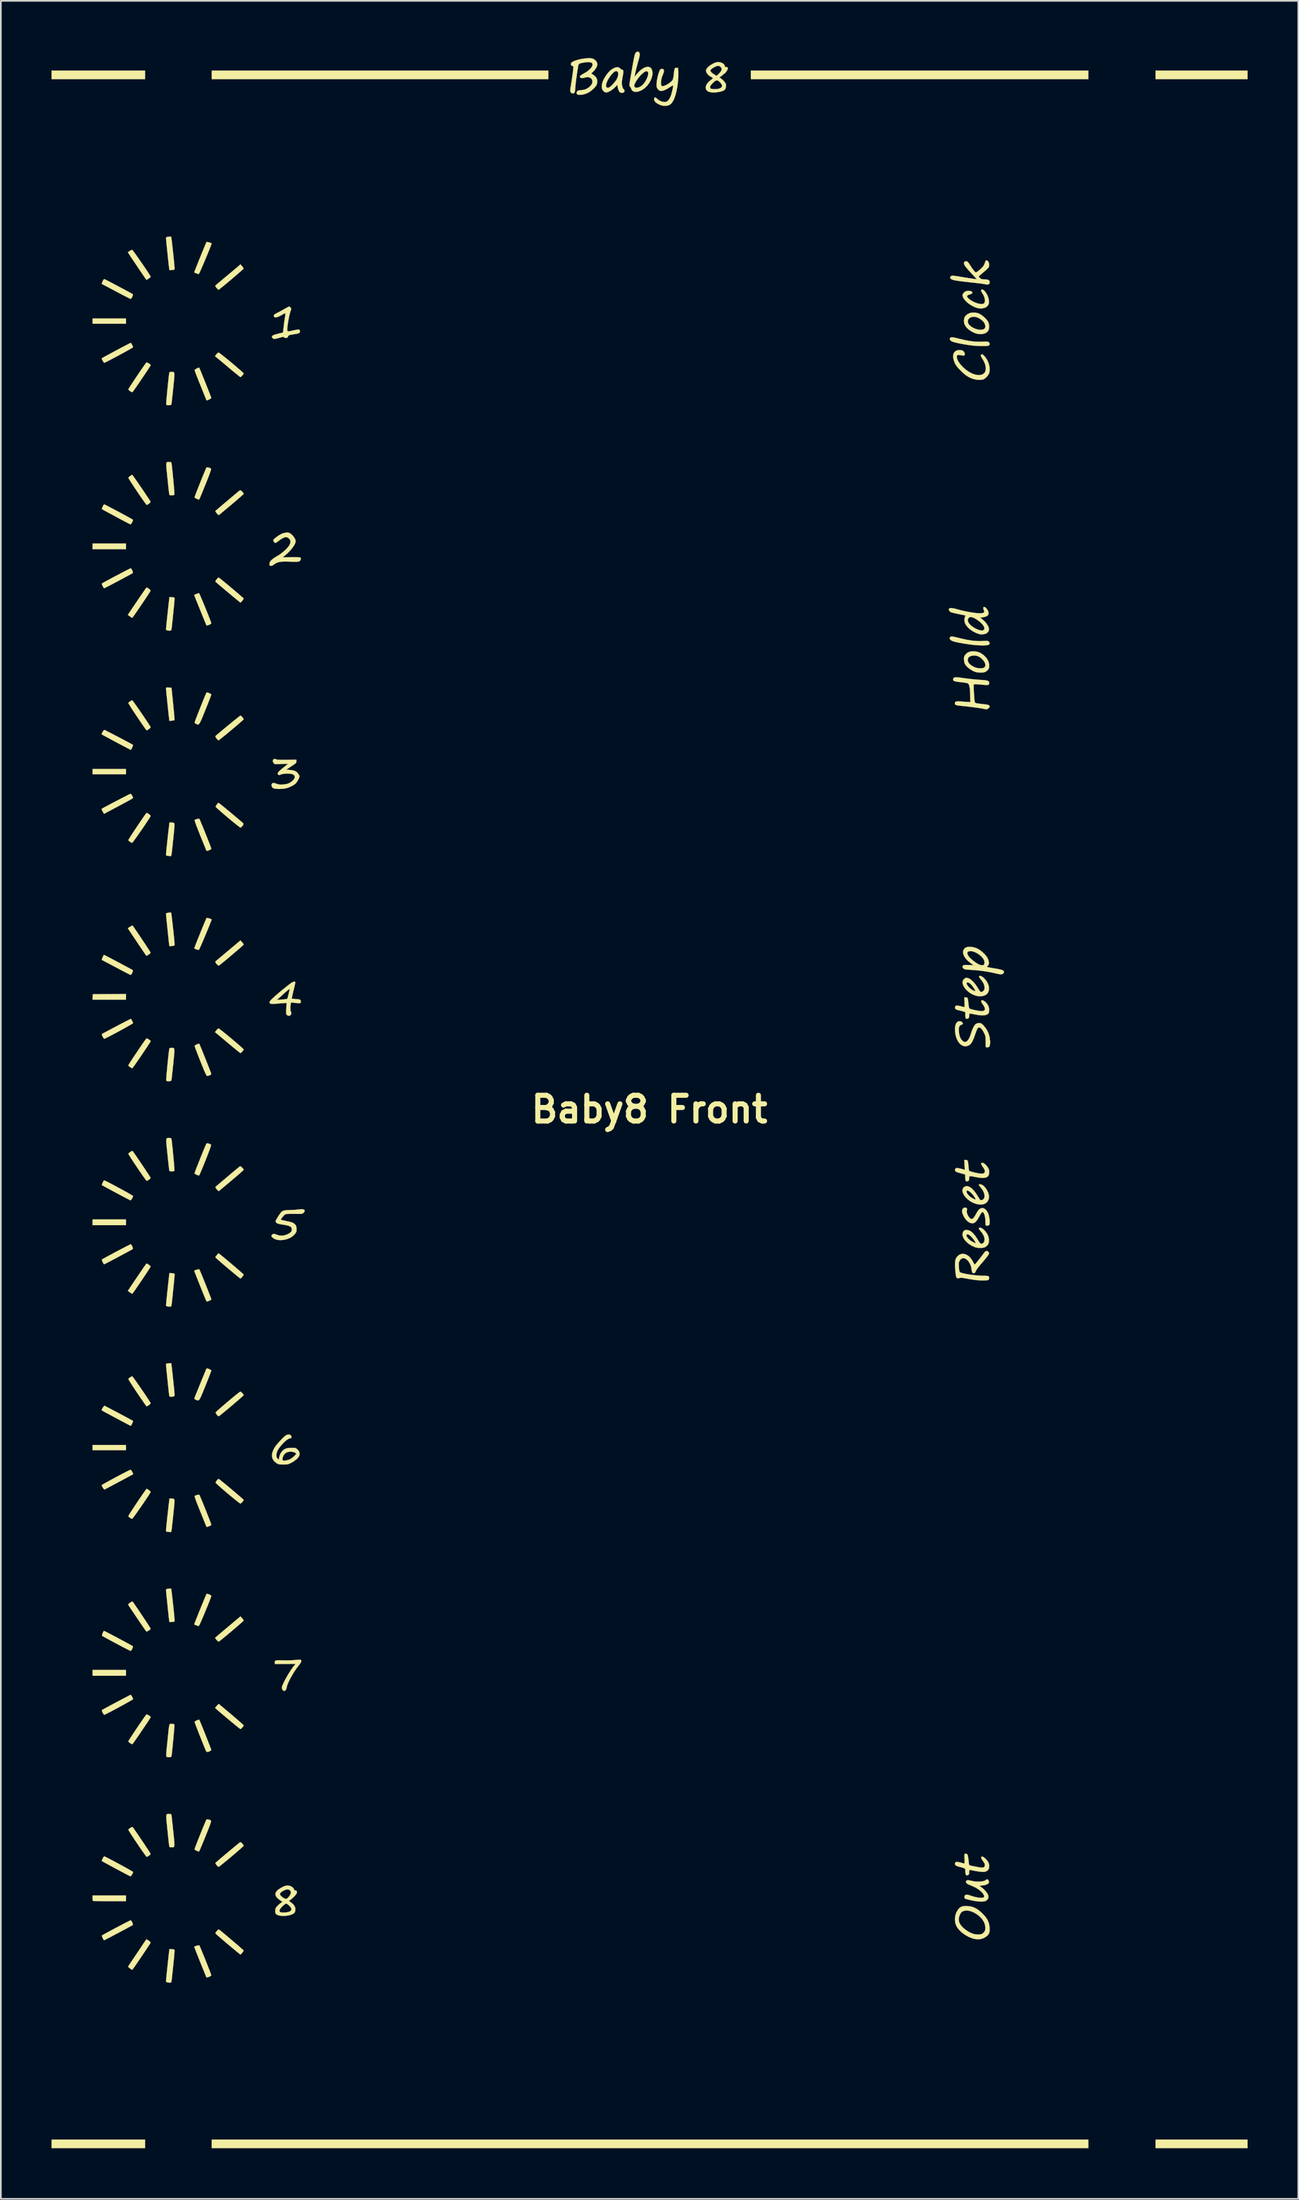
<source format=kicad_pcb>
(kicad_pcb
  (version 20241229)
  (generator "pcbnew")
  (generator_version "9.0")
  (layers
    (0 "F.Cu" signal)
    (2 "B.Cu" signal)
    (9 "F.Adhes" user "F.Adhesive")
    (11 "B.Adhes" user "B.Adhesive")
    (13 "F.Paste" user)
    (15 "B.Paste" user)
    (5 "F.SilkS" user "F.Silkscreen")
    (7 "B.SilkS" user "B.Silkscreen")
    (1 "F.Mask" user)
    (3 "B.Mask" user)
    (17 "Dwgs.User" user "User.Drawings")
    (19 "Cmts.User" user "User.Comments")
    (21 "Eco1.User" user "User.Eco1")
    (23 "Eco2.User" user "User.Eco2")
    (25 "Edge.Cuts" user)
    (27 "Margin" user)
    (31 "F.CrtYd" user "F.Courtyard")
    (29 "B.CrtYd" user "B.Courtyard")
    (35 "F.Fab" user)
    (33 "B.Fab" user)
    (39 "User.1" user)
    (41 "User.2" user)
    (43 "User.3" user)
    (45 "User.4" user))
  (footprint "Baby8 Front"
    (layer "F.Cu")
    (at 35.396 62.624)
    (property "Reference" "Baby8 Front" (at 0 0 0) (layer "F.SilkS") (effects (font (size 1.524 1.524) (thickness 0.3))))
    (attr through_hole)
    (fp_poly (pts (xy -30.988 -46.51) (xy -32.964 -46.51) (xy -32.964 -46.821) (xy -30.988 -46.821) (xy -30.988 -46.51)) (stroke (width 0.01) (type solid)) (fill yes) (layer "F.SilkS"))
    (fp_poly (pts (xy -30.988 -33.161) (xy -32.964 -33.161) (xy -32.964 -33.5) (xy -30.988 -33.5) (xy -30.988 -33.161)) (stroke (width 0.01) (type solid)) (fill yes) (layer "F.SilkS"))
    (fp_poly (pts (xy -30.988 -19.84) (xy -32.964 -19.84) (xy -32.964 -20.151) (xy -30.988 -20.151) (xy -30.988 -19.84)) (stroke (width 0.01) (type solid)) (fill yes) (layer "F.SilkS"))
    (fp_poly (pts (xy -30.988 6.858) (xy -32.964 6.858) (xy -32.964 6.519) (xy -30.988 6.519) (xy -30.988 6.858)) (stroke (width 0.01) (type solid)) (fill yes) (layer "F.SilkS"))
    (fp_poly (pts (xy -30.988 20.179) (xy -32.964 20.179) (xy -32.964 19.868) (xy -30.988 19.868) (xy -30.988 20.179)) (stroke (width 0.01) (type solid)) (fill yes) (layer "F.SilkS"))
    (fp_poly (pts (xy -30.988 33.528) (xy -32.964 33.528) (xy -32.964 33.189) (xy -30.988 33.189) (xy -30.988 33.528)) (stroke (width 0.01) (type solid)) (fill yes) (layer "F.SilkS"))
    (fp_poly (pts (xy -29.859 -60.988) (xy -35.391 -60.988) (xy -35.391 -61.496) (xy -29.859 -61.496) (xy -29.859 -60.988)) (stroke (width 0.01) (type solid)) (fill yes) (layer "F.SilkS"))
    (fp_poly (pts (xy -29.859 61.496) (xy -35.391 61.496) (xy -35.391 60.988) (xy -29.859 60.988) (xy -29.859 61.496)) (stroke (width 0.01) (type solid)) (fill yes) (layer "F.SilkS"))
    (fp_poly (pts (xy -5.983 -60.988) (xy -25.908 -60.988) (xy -25.908 -61.496) (xy -5.983 -61.496) (xy -5.983 -60.988)) (stroke (width 0.01) (type solid)) (fill yes) (layer "F.SilkS"))
    (fp_poly (pts (xy 25.993 -60.988) (xy 6.011 -60.988) (xy 6.011 -61.496) (xy 25.993 -61.496) (xy 25.993 -60.988)) (stroke (width 0.01) (type solid)) (fill yes) (layer "F.SilkS"))
    (fp_poly (pts (xy 25.993 61.496) (xy -25.908 61.496) (xy -25.908 60.988) (xy 25.993 60.988) (xy 25.993 61.496)) (stroke (width 0.01) (type solid)) (fill yes) (layer "F.SilkS"))
    (fp_poly (pts (xy 35.419 -60.988) (xy 29.972 -60.988) (xy 29.972 -61.496) (xy 35.419 -61.496) (xy 35.419 -60.988)) (stroke (width 0.01) (type solid)) (fill yes) (layer "F.SilkS"))
    (fp_poly (pts (xy 35.419 61.496) (xy 29.972 61.496) (xy 29.972 60.988) (xy 35.419 60.988) (xy 35.419 61.496)) (stroke (width 0.01) (type solid)) (fill yes) (layer "F.SilkS"))
    (fp_poly (pts (xy -30.988 -6.491) (xy -32.966 -6.491) (xy -32.958 -6.653) (xy -32.949 -6.816) (xy -31.969 -6.823) (xy -30.988 -6.831) (xy -30.988 -6.491)) (stroke (width 0.01) (type solid)) (fill yes) (layer "F.SilkS"))
    (fp_poly (pts (xy -30.988 46.877) (xy -31.957 46.877) (xy -32.185 46.877) (xy -32.396 46.875) (xy -32.581 46.873) (xy -32.736 46.87) (xy -32.852 46.866) (xy -32.924 46.862) (xy -32.945 46.858) (xy -32.955 46.822) (xy -32.962 46.748) (xy -32.964 46.689) (xy -32.964 46.538) (xy -30.988 46.538) (xy -30.988 46.877)) (stroke (width 0.01) (type solid)) (fill yes) (layer "F.SilkS"))
    (fp_poly (pts (xy -24.758 35.816) (xy -24.584 35.964) (xy -24.424 36.101) (xy -24.284 36.223) (xy -24.168 36.326) (xy -24.082 36.405) (xy -24.031 36.456) (xy -24.018 36.473) (xy -24.036 36.512) (xy -24.08 36.571) (xy -24.134 36.631) (xy -24.183 36.676) (xy -24.209 36.689) (xy -24.235 36.671) (xy -24.3 36.622) (xy -24.396 36.545) (xy -24.52 36.445) (xy -24.664 36.326) (xy -24.825 36.193) (xy -24.894 36.136) (xy -25.063 35.994) (xy -25.221 35.861) (xy -25.363 35.741) (xy -25.481 35.64) (xy -25.571 35.563) (xy -25.625 35.515) (xy -25.634 35.506) (xy -25.713 35.429) (xy -25.499 35.192) (xy -24.758 35.816)) (stroke (width 0.01) (type solid)) (fill yes) (layer "F.SilkS"))
    (fp_poly (pts (xy -28.455 -24.971) (xy -28.293 -24.963) (xy -28.195 -24.011) (xy -28.173 -23.785) (xy -28.153 -23.578) (xy -28.137 -23.395) (xy -28.124 -23.244) (xy -28.116 -23.131) (xy -28.113 -23.062) (xy -28.114 -23.044) (xy -28.149 -23.031) (xy -28.221 -23.018) (xy -28.273 -23.011) (xy -28.415 -22.994) (xy -28.432 -23.117) (xy -28.441 -23.193) (xy -28.455 -23.311) (xy -28.471 -23.462) (xy -28.49 -23.637) (xy -28.51 -23.829) (xy -28.531 -24.028) (xy -28.551 -24.227) (xy -28.571 -24.415) (xy -28.588 -24.586) (xy -28.601 -24.729) (xy -28.612 -24.838) (xy -28.617 -24.902) (xy -28.617 -24.915) (xy -28.613 -24.951) (xy -28.592 -24.969) (xy -28.54 -24.974) (xy -28.455 -24.971)) (stroke (width 0.01) (type solid)) (fill yes) (layer "F.SilkS"))
    (fp_poly (pts (xy -24.112 30.126) (xy -24.058 30.194) (xy -24.024 30.248) (xy -24.019 30.266) (xy -24.04 30.29) (xy -24.099 30.344) (xy -24.188 30.424) (xy -24.304 30.525) (xy -24.438 30.64) (xy -24.585 30.766) (xy -24.739 30.896) (xy -24.894 31.027) (xy -25.043 31.151) (xy -25.181 31.265) (xy -25.301 31.364) (xy -25.397 31.441) (xy -25.463 31.492) (xy -25.493 31.511) (xy -25.529 31.498) (xy -25.583 31.452) (xy -25.619 31.413) (xy -25.671 31.348) (xy -25.704 31.302) (xy -25.71 31.289) (xy -25.69 31.269) (xy -25.63 31.216) (xy -25.538 31.136) (xy -25.416 31.033) (xy -25.271 30.91) (xy -25.108 30.772) (xy -24.958 30.646) (xy -24.206 30.016) (xy -24.112 30.126)) (stroke (width 0.01) (type solid)) (fill yes) (layer "F.SilkS"))
    (fp_poly (pts (xy -30.685 -18.66) (xy -30.643 -18.604) (xy -30.601 -18.534) (xy -30.572 -18.468) (xy -30.565 -18.435) (xy -30.589 -18.415) (xy -30.656 -18.374) (xy -30.76 -18.313) (xy -30.895 -18.238) (xy -31.054 -18.151) (xy -31.221 -18.062) (xy -31.41 -17.961) (xy -31.594 -17.863) (xy -31.764 -17.773) (xy -31.91 -17.695) (xy -32.023 -17.635) (xy -32.08 -17.604) (xy -32.283 -17.495) (xy -32.325 -17.56) (xy -32.37 -17.637) (xy -32.406 -17.713) (xy -32.425 -17.77) (xy -32.425 -17.791) (xy -32.392 -17.811) (xy -32.318 -17.853) (xy -32.208 -17.913) (xy -32.069 -17.987) (xy -31.91 -18.071) (xy -31.738 -18.162) (xy -31.558 -18.256) (xy -31.379 -18.349) (xy -31.208 -18.438) (xy -31.052 -18.518) (xy -30.917 -18.587) (xy -30.812 -18.639) (xy -30.743 -18.673) (xy -30.717 -18.683) (xy -30.685 -18.66)) (stroke (width 0.01) (type solid)) (fill yes) (layer "F.SilkS"))
    (fp_poly (pts (xy -30.596 -37.541) (xy -30.55 -37.479) (xy -30.481 -37.382) (xy -30.395 -37.258) (xy -30.294 -37.114) (xy -30.186 -36.956) (xy -30.072 -36.79) (xy -29.959 -36.623) (xy -29.85 -36.462) (xy -29.751 -36.313) (xy -29.664 -36.183) (xy -29.596 -36.079) (xy -29.551 -36.007) (xy -29.532 -35.974) (xy -29.545 -35.937) (xy -29.59 -35.886) (xy -29.654 -35.836) (xy -29.718 -35.798) (xy -29.762 -35.786) (xy -29.784 -35.808) (xy -29.834 -35.873) (xy -29.907 -35.973) (xy -30 -36.104) (xy -30.109 -36.26) (xy -30.23 -36.436) (xy -30.32 -36.569) (xy -30.446 -36.757) (xy -30.561 -36.93) (xy -30.661 -37.084) (xy -30.744 -37.212) (xy -30.805 -37.309) (xy -30.84 -37.369) (xy -30.847 -37.386) (xy -30.826 -37.419) (xy -30.774 -37.467) (xy -30.709 -37.516) (xy -30.649 -37.552) (xy -30.616 -37.564) (xy -30.596 -37.541)) (stroke (width 0.01) (type solid)) (fill yes) (layer "F.SilkS"))
    (fp_poly (pts (xy -29.74 9.137) (xy -29.678 9.169) (xy -29.611 9.216) (xy -29.556 9.265) (xy -29.53 9.306) (xy -29.53 9.313) (xy -29.548 9.347) (xy -29.593 9.42) (xy -29.661 9.525) (xy -29.746 9.656) (xy -29.845 9.805) (xy -29.954 9.967) (xy -30.067 10.135) (xy -30.18 10.302) (xy -30.289 10.461) (xy -30.389 10.607) (xy -30.477 10.733) (xy -30.547 10.831) (xy -30.594 10.896) (xy -30.616 10.921) (xy -30.616 10.921) (xy -30.648 10.905) (xy -30.71 10.866) (xy -30.756 10.834) (xy -30.878 10.748) (xy -30.827 10.671) (xy -30.751 10.555) (xy -30.658 10.416) (xy -30.552 10.26) (xy -30.439 10.092) (xy -30.322 9.92) (xy -30.207 9.75) (xy -30.096 9.588) (xy -29.996 9.442) (xy -29.909 9.316) (xy -29.842 9.219) (xy -29.797 9.155) (xy -29.779 9.133) (xy -29.74 9.137)) (stroke (width 0.01) (type solid)) (fill yes) (layer "F.SilkS"))
    (fp_poly (pts (xy -29.739 -30.882) (xy -29.678 -30.85) (xy -29.611 -30.803) (xy -29.556 -30.753) (xy -29.53 -30.713) (xy -29.53 -30.706) (xy -29.548 -30.672) (xy -29.593 -30.599) (xy -29.66 -30.493) (xy -29.746 -30.363) (xy -29.845 -30.213) (xy -29.953 -30.051) (xy -30.066 -29.884) (xy -30.18 -29.717) (xy -30.289 -29.557) (xy -30.389 -29.411) (xy -30.476 -29.286) (xy -30.546 -29.188) (xy -30.594 -29.123) (xy -30.615 -29.098) (xy -30.616 -29.098) (xy -30.648 -29.114) (xy -30.71 -29.153) (xy -30.756 -29.185) (xy -30.878 -29.271) (xy -30.827 -29.348) (xy -30.738 -29.481) (xy -30.636 -29.634) (xy -30.523 -29.801) (xy -30.405 -29.976) (xy -30.286 -30.151) (xy -30.17 -30.322) (xy -30.061 -30.481) (xy -29.964 -30.622) (xy -29.883 -30.74) (xy -29.823 -30.827) (xy -29.787 -30.877) (xy -29.778 -30.887) (xy -29.739 -30.882)) (stroke (width 0.01) (type solid)) (fill yes) (layer "F.SilkS"))
    (fp_poly (pts (xy -26.104 42.041) (xy -26.027 42.066) (xy -25.967 42.099) (xy -25.946 42.123) (xy -25.95 42.162) (xy -25.974 42.244) (xy -26.012 42.357) (xy -26.062 42.491) (xy -26.091 42.566) (xy -26.231 42.915) (xy -26.351 43.213) (xy -26.453 43.461) (xy -26.535 43.658) (xy -26.597 43.803) (xy -26.64 43.897) (xy -26.663 43.938) (xy -26.666 43.94) (xy -26.701 43.929) (xy -26.769 43.905) (xy -26.804 43.892) (xy -26.888 43.849) (xy -26.923 43.804) (xy -26.924 43.797) (xy -26.914 43.76) (xy -26.885 43.678) (xy -26.841 43.56) (xy -26.784 43.413) (xy -26.718 43.244) (xy -26.646 43.062) (xy -26.571 42.874) (xy -26.495 42.688) (xy -26.423 42.511) (xy -26.357 42.352) (xy -26.301 42.218) (xy -26.256 42.116) (xy -26.227 42.054) (xy -26.219 42.04) (xy -26.175 42.03) (xy -26.104 42.041)) (stroke (width 0.01) (type solid)) (fill yes) (layer "F.SilkS"))
    (fp_poly (pts (xy -25.481 -18.129) (xy -25.418 -18.081) (xy -25.323 -18.006) (xy -25.204 -17.91) (xy -25.067 -17.797) (xy -24.918 -17.675) (xy -24.763 -17.546) (xy -24.609 -17.417) (xy -24.46 -17.292) (xy -24.325 -17.178) (xy -24.208 -17.078) (xy -24.116 -16.998) (xy -24.056 -16.944) (xy -24.034 -16.921) (xy -24.034 -16.878) (xy -24.064 -16.815) (xy -24.112 -16.75) (xy -24.166 -16.7) (xy -24.211 -16.681) (xy -24.243 -16.699) (xy -24.312 -16.75) (xy -24.414 -16.828) (xy -24.542 -16.93) (xy -24.691 -17.052) (xy -24.856 -17.188) (xy -24.963 -17.278) (xy -25.133 -17.422) (xy -25.289 -17.556) (xy -25.426 -17.676) (xy -25.538 -17.775) (xy -25.62 -17.851) (xy -25.668 -17.898) (xy -25.677 -17.91) (xy -25.666 -17.953) (xy -25.63 -18.017) (xy -25.582 -18.083) (xy -25.536 -18.132) (xy -25.508 -18.147) (xy -25.481 -18.129)) (stroke (width 0.01) (type solid)) (fill yes) (layer "F.SilkS"))
    (fp_poly (pts (xy -25.47 -44.785) (xy -25.402 -44.736) (xy -25.304 -44.661) (xy -25.182 -44.564) (xy -25.042 -44.452) (xy -24.891 -44.328) (xy -24.735 -44.199) (xy -24.58 -44.069) (xy -24.433 -43.943) (xy -24.298 -43.827) (xy -24.183 -43.727) (xy -24.094 -43.646) (xy -24.037 -43.59) (xy -24.018 -43.565) (xy -24.037 -43.525) (xy -24.081 -43.466) (xy -24.136 -43.406) (xy -24.185 -43.362) (xy -24.211 -43.349) (xy -24.238 -43.367) (xy -24.303 -43.416) (xy -24.399 -43.494) (xy -24.523 -43.594) (xy -24.667 -43.713) (xy -24.828 -43.847) (xy -24.896 -43.903) (xy -25.064 -44.045) (xy -25.222 -44.178) (xy -25.364 -44.297) (xy -25.483 -44.397) (xy -25.573 -44.472) (xy -25.627 -44.518) (xy -25.637 -44.526) (xy -25.718 -44.594) (xy -25.634 -44.698) (xy -25.574 -44.76) (xy -25.521 -44.798) (xy -25.503 -44.803) (xy -25.47 -44.785)) (stroke (width 0.01) (type solid)) (fill yes) (layer "F.SilkS"))
    (fp_poly (pts (xy -25.44 8.569) (xy -25.355 8.637) (xy -25.243 8.727) (xy -25.112 8.836) (xy -24.966 8.958) (xy -24.813 9.087) (xy -24.657 9.219) (xy -24.506 9.348) (xy -24.365 9.469) (xy -24.24 9.578) (xy -24.138 9.668) (xy -24.064 9.735) (xy -24.024 9.773) (xy -24.019 9.78) (xy -24.034 9.816) (xy -24.074 9.875) (xy -24.125 9.939) (xy -24.174 9.992) (xy -24.207 10.018) (xy -24.21 10.018) (xy -24.235 10) (xy -24.298 9.95) (xy -24.395 9.872) (xy -24.519 9.77) (xy -24.665 9.649) (xy -24.829 9.512) (xy -24.963 9.4) (xy -25.136 9.253) (xy -25.295 9.117) (xy -25.434 8.997) (xy -25.549 8.896) (xy -25.634 8.82) (xy -25.684 8.771) (xy -25.696 8.756) (xy -25.679 8.722) (xy -25.635 8.662) (xy -25.602 8.623) (xy -25.508 8.516) (xy -25.44 8.569)) (stroke (width 0.01) (type solid)) (fill yes) (layer "F.SilkS"))
    (fp_poly (pts (xy 17.941 -27.991) (xy 18.029 -27.977) (xy 18.151 -27.951) (xy 18.317 -27.91) (xy 18.41 -27.886) (xy 18.807 -27.797) (xy 19.168 -27.742) (xy 19.502 -27.72) (xy 19.752 -27.726) (xy 19.888 -27.733) (xy 19.979 -27.734) (xy 20.038 -27.728) (xy 20.077 -27.713) (xy 20.098 -27.697) (xy 20.147 -27.626) (xy 20.144 -27.557) (xy 20.09 -27.504) (xy 20.062 -27.491) (xy 19.975 -27.474) (xy 19.844 -27.466) (xy 19.677 -27.465) (xy 19.487 -27.472) (xy 19.282 -27.487) (xy 19.107 -27.505) (xy 18.906 -27.532) (xy 18.696 -27.564) (xy 18.489 -27.599) (xy 18.3 -27.634) (xy 18.14 -27.668) (xy 18.022 -27.698) (xy 18.018 -27.699) (xy 17.895 -27.749) (xy 17.814 -27.81) (xy 17.78 -27.875) (xy 17.796 -27.941) (xy 17.814 -27.963) (xy 17.842 -27.982) (xy 17.882 -27.992) (xy 17.941 -27.991)) (stroke (width 0.01) (type solid)) (fill yes) (layer "F.SilkS"))
    (fp_poly (pts (xy -30.593 -10.876) (xy -30.567 -10.842) (xy -30.516 -10.769) (xy -30.443 -10.663) (xy -30.353 -10.531) (xy -30.251 -10.38) (xy -30.141 -10.217) (xy -30.029 -10.049) (xy -29.917 -9.881) (xy -29.811 -9.722) (xy -29.716 -9.578) (xy -29.636 -9.455) (xy -29.575 -9.361) (xy -29.539 -9.302) (xy -29.53 -9.285) (xy -29.546 -9.243) (xy -29.608 -9.188) (xy -29.642 -9.165) (xy -29.714 -9.121) (xy -29.764 -9.094) (xy -29.777 -9.089) (xy -29.795 -9.112) (xy -29.841 -9.176) (xy -29.91 -9.276) (xy -29.998 -9.406) (xy -30.103 -9.56) (xy -30.22 -9.733) (xy -30.282 -9.827) (xy -30.406 -10.012) (xy -30.522 -10.185) (xy -30.626 -10.34) (xy -30.712 -10.469) (xy -30.778 -10.568) (xy -30.818 -10.629) (xy -30.827 -10.642) (xy -30.878 -10.72) (xy -30.747 -10.81) (xy -30.672 -10.855) (xy -30.615 -10.878) (xy -30.593 -10.876)) (stroke (width 0.01) (type solid)) (fill yes) (layer "F.SilkS"))
    (fp_poly (pts (xy -30.592 -24.191) (xy -30.544 -24.128) (xy -30.473 -24.031) (xy -30.385 -23.906) (xy -30.283 -23.761) (xy -30.173 -23.603) (xy -30.059 -23.436) (xy -29.945 -23.269) (xy -29.837 -23.108) (xy -29.737 -22.959) (xy -29.652 -22.829) (xy -29.586 -22.725) (xy -29.542 -22.653) (xy -29.526 -22.621) (xy -29.543 -22.59) (xy -29.592 -22.543) (xy -29.657 -22.494) (xy -29.72 -22.454) (xy -29.765 -22.437) (xy -29.767 -22.437) (xy -29.787 -22.46) (xy -29.835 -22.524) (xy -29.906 -22.624) (xy -29.998 -22.755) (xy -30.105 -22.911) (xy -30.225 -23.088) (xy -30.318 -23.225) (xy -30.444 -23.414) (xy -30.559 -23.588) (xy -30.66 -23.743) (xy -30.742 -23.873) (xy -30.803 -23.971) (xy -30.839 -24.032) (xy -30.847 -24.05) (xy -30.824 -24.088) (xy -30.769 -24.135) (xy -30.701 -24.18) (xy -30.639 -24.209) (xy -30.614 -24.213) (xy -30.592 -24.191)) (stroke (width 0.01) (type solid)) (fill yes) (layer "F.SilkS"))
    (fp_poly (pts (xy -30.592 15.828) (xy -30.543 15.892) (xy -30.473 15.989) (xy -30.384 16.113) (xy -30.282 16.258) (xy -30.172 16.416) (xy -30.058 16.583) (xy -29.944 16.75) (xy -29.836 16.911) (xy -29.737 17.06) (xy -29.652 17.189) (xy -29.585 17.293) (xy -29.542 17.365) (xy -29.526 17.397) (xy -29.543 17.428) (xy -29.592 17.476) (xy -29.657 17.525) (xy -29.72 17.565) (xy -29.765 17.582) (xy -29.767 17.582) (xy -29.787 17.559) (xy -29.835 17.495) (xy -29.907 17.394) (xy -29.998 17.263) (xy -30.105 17.107) (xy -30.225 16.931) (xy -30.318 16.794) (xy -30.444 16.605) (xy -30.559 16.431) (xy -30.66 16.276) (xy -30.742 16.147) (xy -30.803 16.048) (xy -30.839 15.987) (xy -30.847 15.969) (xy -30.824 15.932) (xy -30.769 15.884) (xy -30.701 15.839) (xy -30.639 15.81) (xy -30.614 15.806) (xy -30.592 15.828)) (stroke (width 0.01) (type solid)) (fill yes) (layer "F.SilkS"))
    (fp_poly (pts (xy -26.647 -30.53) (xy -26.612 -30.458) (xy -26.564 -30.348) (xy -26.504 -30.208) (xy -26.435 -30.045) (xy -26.361 -29.867) (xy -26.284 -29.68) (xy -26.209 -29.494) (xy -26.136 -29.314) (xy -26.071 -29.149) (xy -26.015 -29.006) (xy -25.972 -28.892) (xy -25.945 -28.814) (xy -25.937 -28.783) (xy -25.962 -28.741) (xy -26.032 -28.698) (xy -26.05 -28.691) (xy -26.141 -28.658) (xy -26.194 -28.647) (xy -26.222 -28.659) (xy -26.228 -28.667) (xy -26.241 -28.697) (xy -26.272 -28.771) (xy -26.318 -28.883) (xy -26.376 -29.024) (xy -26.442 -29.187) (xy -26.514 -29.364) (xy -26.588 -29.547) (xy -26.662 -29.729) (xy -26.732 -29.902) (xy -26.795 -30.059) (xy -26.849 -30.192) (xy -26.889 -30.293) (xy -26.893 -30.305) (xy -26.952 -30.454) (xy -26.821 -30.51) (xy -26.74 -30.541) (xy -26.681 -30.557) (xy -26.663 -30.558) (xy -26.647 -30.53)) (stroke (width 0.01) (type solid)) (fill yes) (layer "F.SilkS"))
    (fp_poly (pts (xy -25.48 -4.776) (xy -25.413 -4.728) (xy -25.316 -4.654) (xy -25.195 -4.558) (xy -25.056 -4.446) (xy -24.906 -4.322) (xy -24.749 -4.193) (xy -24.594 -4.062) (xy -24.445 -3.936) (xy -24.309 -3.818) (xy -24.192 -3.716) (xy -24.101 -3.633) (xy -24.041 -3.575) (xy -24.018 -3.546) (xy -24.018 -3.546) (xy -24.036 -3.506) (xy -24.08 -3.448) (xy -24.135 -3.388) (xy -24.184 -3.343) (xy -24.209 -3.33) (xy -24.236 -3.348) (xy -24.3 -3.397) (xy -24.397 -3.474) (xy -24.52 -3.574) (xy -24.665 -3.693) (xy -24.825 -3.827) (xy -24.894 -3.884) (xy -25.063 -4.026) (xy -25.221 -4.159) (xy -25.363 -4.278) (xy -25.482 -4.377) (xy -25.572 -4.453) (xy -25.627 -4.499) (xy -25.637 -4.507) (xy -25.718 -4.575) (xy -25.634 -4.679) (xy -25.576 -4.743) (xy -25.526 -4.784) (xy -25.51 -4.791) (xy -25.48 -4.776)) (stroke (width 0.01) (type solid)) (fill yes) (layer "F.SilkS"))
    (fp_poly (pts (xy -25.467 21.898) (xy -25.401 21.949) (xy -25.305 22.026) (xy -25.184 22.124) (xy -25.047 22.237) (xy -24.897 22.362) (xy -24.742 22.491) (xy -24.588 22.621) (xy -24.44 22.747) (xy -24.305 22.862) (xy -24.19 22.963) (xy -24.099 23.043) (xy -24.039 23.098) (xy -24.017 23.122) (xy -24.017 23.122) (xy -24.036 23.166) (xy -24.081 23.226) (xy -24.138 23.286) (xy -24.19 23.328) (xy -24.215 23.338) (xy -24.246 23.32) (xy -24.314 23.27) (xy -24.415 23.191) (xy -24.543 23.089) (xy -24.692 22.968) (xy -24.857 22.832) (xy -24.968 22.738) (xy -25.139 22.594) (xy -25.295 22.459) (xy -25.432 22.34) (xy -25.543 22.24) (xy -25.625 22.164) (xy -25.672 22.116) (xy -25.681 22.103) (xy -25.665 22.055) (xy -25.625 21.991) (xy -25.573 21.93) (xy -25.525 21.887) (xy -25.498 21.878) (xy -25.467 21.898)) (stroke (width 0.01) (type solid)) (fill yes) (layer "F.SilkS"))
    (fp_poly (pts (xy -24.172 -23.291) (xy -24.119 -23.241) (xy -24.066 -23.178) (xy -24.027 -23.121) (xy -24.017 -23.092) (xy -24.038 -23.069) (xy -24.096 -23.014) (xy -24.186 -22.935) (xy -24.302 -22.835) (xy -24.436 -22.719) (xy -24.584 -22.594) (xy -24.739 -22.464) (xy -24.895 -22.334) (xy -25.045 -22.209) (xy -25.185 -22.095) (xy -25.307 -21.996) (xy -25.405 -21.918) (xy -25.473 -21.866) (xy -25.506 -21.844) (xy -25.508 -21.844) (xy -25.54 -21.864) (xy -25.592 -21.917) (xy -25.627 -21.959) (xy -25.674 -22.027) (xy -25.696 -22.079) (xy -25.693 -22.096) (xy -25.606 -22.172) (xy -25.492 -22.269) (xy -25.358 -22.382) (xy -25.209 -22.506) (xy -25.051 -22.637) (xy -24.891 -22.769) (xy -24.734 -22.897) (xy -24.587 -23.016) (xy -24.456 -23.122) (xy -24.347 -23.209) (xy -24.265 -23.272) (xy -24.218 -23.306) (xy -24.208 -23.312) (xy -24.172 -23.291)) (stroke (width 0.01) (type solid)) (fill yes) (layer "F.SilkS"))
    (fp_poly (pts (xy -32.257 -9.131) (xy -32.185 -9.095) (xy -32.078 -9.04) (xy -31.942 -8.97) (xy -31.786 -8.887) (xy -31.614 -8.797) (xy -31.436 -8.702) (xy -31.257 -8.607) (xy -31.086 -8.515) (xy -30.928 -8.431) (xy -30.792 -8.357) (xy -30.684 -8.297) (xy -30.611 -8.256) (xy -30.58 -8.238) (xy -30.575 -8.2) (xy -30.594 -8.134) (xy -30.628 -8.06) (xy -30.667 -7.996) (xy -30.704 -7.962) (xy -30.712 -7.96) (xy -30.745 -7.973) (xy -30.821 -8.009) (xy -30.935 -8.066) (xy -31.08 -8.141) (xy -31.25 -8.229) (xy -31.439 -8.329) (xy -31.567 -8.397) (xy -31.764 -8.502) (xy -31.947 -8.599) (xy -32.107 -8.683) (xy -32.24 -8.753) (xy -32.339 -8.805) (xy -32.399 -8.836) (xy -32.413 -8.843) (xy -32.416 -8.87) (xy -32.399 -8.929) (xy -32.37 -9.004) (xy -32.337 -9.076) (xy -32.305 -9.128) (xy -32.286 -9.144) (xy -32.257 -9.131)) (stroke (width 0.01) (type solid)) (fill yes) (layer "F.SilkS"))
    (fp_poly (pts (xy -32.255 30.888) (xy -32.183 30.924) (xy -32.075 30.979) (xy -31.94 31.05) (xy -31.783 31.132) (xy -31.611 31.222) (xy -31.433 31.317) (xy -31.255 31.412) (xy -31.083 31.504) (xy -30.926 31.589) (xy -30.79 31.663) (xy -30.682 31.722) (xy -30.61 31.763) (xy -30.58 31.781) (xy -30.575 31.819) (xy -30.594 31.885) (xy -30.628 31.959) (xy -30.668 32.023) (xy -30.704 32.058) (xy -30.712 32.059) (xy -30.745 32.046) (xy -30.821 32.01) (xy -30.935 31.953) (xy -31.08 31.878) (xy -31.25 31.79) (xy -31.439 31.69) (xy -31.562 31.625) (xy -31.76 31.519) (xy -31.941 31.422) (xy -32.101 31.335) (xy -32.234 31.262) (xy -32.332 31.207) (xy -32.39 31.173) (xy -32.403 31.164) (xy -32.406 31.128) (xy -32.388 31.062) (xy -32.358 30.985) (xy -32.324 30.918) (xy -32.293 30.879) (xy -32.284 30.875) (xy -32.255 30.888)) (stroke (width 0.01) (type solid)) (fill yes) (layer "F.SilkS"))
    (fp_poly (pts (xy -32.246 -35.801) (xy -32.171 -35.765) (xy -32.062 -35.709) (xy -31.924 -35.638) (xy -31.766 -35.555) (xy -31.593 -35.464) (xy -31.414 -35.369) (xy -31.236 -35.273) (xy -31.065 -35.18) (xy -30.909 -35.095) (xy -30.774 -35.021) (xy -30.669 -34.962) (xy -30.6 -34.922) (xy -30.574 -34.904) (xy -30.576 -34.864) (xy -30.601 -34.798) (xy -30.639 -34.725) (xy -30.679 -34.664) (xy -30.713 -34.632) (xy -30.719 -34.631) (xy -30.75 -34.645) (xy -30.825 -34.682) (xy -30.937 -34.74) (xy -31.081 -34.815) (xy -31.25 -34.904) (xy -31.438 -35.004) (xy -31.571 -35.076) (xy -31.769 -35.182) (xy -31.951 -35.28) (xy -32.111 -35.367) (xy -32.243 -35.439) (xy -32.341 -35.494) (xy -32.399 -35.527) (xy -32.412 -35.535) (xy -32.411 -35.569) (xy -32.389 -35.632) (xy -32.355 -35.705) (xy -32.318 -35.771) (xy -32.287 -35.81) (xy -32.278 -35.814) (xy -32.246 -35.801)) (stroke (width 0.01) (type solid)) (fill yes) (layer "F.SilkS"))
    (fp_poly (pts (xy -32.241 4.218) (xy -32.164 4.254) (xy -32.052 4.31) (xy -31.913 4.382) (xy -31.754 4.465) (xy -31.582 4.557) (xy -31.404 4.653) (xy -31.226 4.749) (xy -31.056 4.843) (xy -30.9 4.929) (xy -30.767 5.005) (xy -30.662 5.067) (xy -30.592 5.11) (xy -30.566 5.13) (xy -30.566 5.131) (xy -30.578 5.18) (xy -30.611 5.248) (xy -30.653 5.318) (xy -30.694 5.37) (xy -30.72 5.387) (xy -30.751 5.374) (xy -30.825 5.336) (xy -30.937 5.279) (xy -31.081 5.204) (xy -31.25 5.114) (xy -31.438 5.014) (xy -31.571 4.943) (xy -31.769 4.837) (xy -31.951 4.738) (xy -32.111 4.652) (xy -32.242 4.58) (xy -32.34 4.525) (xy -32.399 4.492) (xy -32.412 4.484) (xy -32.411 4.45) (xy -32.389 4.387) (xy -32.355 4.314) (xy -32.318 4.248) (xy -32.286 4.209) (xy -32.277 4.205) (xy -32.241 4.218)) (stroke (width 0.01) (type solid)) (fill yes) (layer "F.SilkS"))
    (fp_poly (pts (xy -32.239 44.237) (xy -32.162 44.273) (xy -32.051 44.329) (xy -31.912 44.401) (xy -31.753 44.484) (xy -31.581 44.576) (xy -31.403 44.672) (xy -31.225 44.769) (xy -31.055 44.862) (xy -30.9 44.949) (xy -30.766 45.024) (xy -30.661 45.086) (xy -30.592 45.129) (xy -30.565 45.15) (xy -30.565 45.15) (xy -30.578 45.199) (xy -30.611 45.268) (xy -30.654 45.337) (xy -30.694 45.389) (xy -30.72 45.406) (xy -30.751 45.393) (xy -30.825 45.355) (xy -30.937 45.298) (xy -31.081 45.222) (xy -31.25 45.133) (xy -31.438 45.032) (xy -31.573 44.96) (xy -31.771 44.854) (xy -31.953 44.755) (xy -32.113 44.668) (xy -32.246 44.595) (xy -32.344 44.541) (xy -32.403 44.507) (xy -32.417 44.498) (xy -32.416 44.465) (xy -32.392 44.403) (xy -32.356 44.331) (xy -32.317 44.266) (xy -32.284 44.228) (xy -32.275 44.224) (xy -32.239 44.237)) (stroke (width 0.01) (type solid)) (fill yes) (layer "F.SilkS"))
    (fp_poly (pts (xy -32.239 -22.452) (xy -32.166 -22.417) (xy -32.058 -22.362) (xy -31.921 -22.292) (xy -31.763 -22.211) (xy -31.591 -22.121) (xy -31.412 -22.028) (xy -31.233 -21.934) (xy -31.062 -21.843) (xy -30.905 -21.76) (xy -30.77 -21.687) (xy -30.664 -21.629) (xy -30.593 -21.59) (xy -30.567 -21.573) (xy -30.571 -21.543) (xy -30.594 -21.483) (xy -30.627 -21.408) (xy -30.663 -21.338) (xy -30.692 -21.291) (xy -30.704 -21.281) (xy -30.731 -21.294) (xy -30.803 -21.331) (xy -30.913 -21.388) (xy -31.055 -21.463) (xy -31.223 -21.552) (xy -31.412 -21.652) (xy -31.567 -21.735) (xy -31.767 -21.842) (xy -31.951 -21.941) (xy -32.114 -22.029) (xy -32.248 -22.102) (xy -32.349 -22.157) (xy -32.41 -22.191) (xy -32.426 -22.201) (xy -32.424 -22.233) (xy -32.398 -22.293) (xy -32.358 -22.363) (xy -32.315 -22.425) (xy -32.279 -22.461) (xy -32.269 -22.465) (xy -32.239 -22.452)) (stroke (width 0.01) (type solid)) (fill yes) (layer "F.SilkS"))
    (fp_poly (pts (xy -32.229 17.562) (xy -32.156 17.599) (xy -32.047 17.655) (xy -31.911 17.727) (xy -31.753 17.81) (xy -31.581 17.9) (xy -31.403 17.995) (xy -31.225 18.089) (xy -31.055 18.18) (xy -30.899 18.263) (xy -30.765 18.336) (xy -30.661 18.392) (xy -30.592 18.431) (xy -30.567 18.446) (xy -30.571 18.476) (xy -30.594 18.537) (xy -30.627 18.611) (xy -30.663 18.681) (xy -30.692 18.728) (xy -30.704 18.738) (xy -30.731 18.725) (xy -30.803 18.688) (xy -30.913 18.631) (xy -31.055 18.556) (xy -31.223 18.467) (xy -31.412 18.366) (xy -31.567 18.284) (xy -31.767 18.176) (xy -31.951 18.077) (xy -32.114 17.99) (xy -32.248 17.917) (xy -32.349 17.861) (xy -32.411 17.827) (xy -32.427 17.817) (xy -32.424 17.785) (xy -32.397 17.726) (xy -32.356 17.656) (xy -32.312 17.593) (xy -32.274 17.553) (xy -32.26 17.547) (xy -32.229 17.562)) (stroke (width 0.01) (type solid)) (fill yes) (layer "F.SilkS"))
    (fp_poly (pts (xy -32.221 -49.13) (xy -32.14 -49.089) (xy -32.026 -49.03) (xy -31.884 -48.956) (xy -31.723 -48.872) (xy -31.549 -48.78) (xy -31.371 -48.685) (xy -31.194 -48.591) (xy -31.026 -48.501) (xy -30.875 -48.42) (xy -30.748 -48.351) (xy -30.652 -48.298) (xy -30.594 -48.265) (xy -30.58 -48.257) (xy -30.575 -48.219) (xy -30.594 -48.153) (xy -30.628 -48.079) (xy -30.667 -48.015) (xy -30.704 -47.98) (xy -30.712 -47.978) (xy -30.745 -47.991) (xy -30.821 -48.028) (xy -30.935 -48.085) (xy -31.08 -48.16) (xy -31.25 -48.248) (xy -31.439 -48.348) (xy -31.567 -48.415) (xy -31.764 -48.521) (xy -31.947 -48.617) (xy -32.107 -48.702) (xy -32.24 -48.772) (xy -32.339 -48.824) (xy -32.399 -48.855) (xy -32.413 -48.861) (xy -32.418 -48.89) (xy -32.399 -48.955) (xy -32.373 -49.018) (xy -32.326 -49.106) (xy -32.288 -49.146) (xy -32.26 -49.149) (xy -32.221 -49.13)) (stroke (width 0.01) (type solid)) (fill yes) (layer "F.SilkS"))
    (fp_poly (pts (xy -30.675 8.01) (xy -30.638 8.069) (xy -30.603 8.142) (xy -30.58 8.212) (xy -30.576 8.259) (xy -30.58 8.266) (xy -30.611 8.285) (xy -30.684 8.327) (xy -30.793 8.387) (xy -30.93 8.461) (xy -31.087 8.546) (xy -31.259 8.638) (xy -31.437 8.733) (xy -31.616 8.828) (xy -31.786 8.918) (xy -31.943 9) (xy -32.078 9.07) (xy -32.184 9.125) (xy -32.255 9.16) (xy -32.283 9.172) (xy -32.306 9.149) (xy -32.342 9.09) (xy -32.366 9.043) (xy -32.399 8.966) (xy -32.415 8.908) (xy -32.414 8.892) (xy -32.386 8.873) (xy -32.316 8.832) (xy -32.209 8.773) (xy -32.073 8.699) (xy -31.916 8.614) (xy -31.745 8.522) (xy -31.566 8.427) (xy -31.386 8.332) (xy -31.214 8.242) (xy -31.056 8.16) (xy -30.919 8.089) (xy -30.81 8.034) (xy -30.737 7.999) (xy -30.707 7.987) (xy -30.675 8.01)) (stroke (width 0.01) (type solid)) (fill yes) (layer "F.SilkS"))
    (fp_poly (pts (xy -30.598 -50.862) (xy -30.549 -50.799) (xy -30.477 -50.702) (xy -30.387 -50.578) (xy -30.284 -50.433) (xy -30.173 -50.274) (xy -30.058 -50.108) (xy -29.943 -49.941) (xy -29.834 -49.779) (xy -29.734 -49.629) (xy -29.648 -49.499) (xy -29.581 -49.394) (xy -29.537 -49.32) (xy -29.521 -49.285) (xy -29.52 -49.285) (xy -29.542 -49.261) (xy -29.595 -49.219) (xy -29.662 -49.172) (xy -29.726 -49.132) (xy -29.77 -49.109) (xy -29.777 -49.108) (xy -29.795 -49.131) (xy -29.841 -49.195) (xy -29.91 -49.295) (xy -29.998 -49.425) (xy -30.103 -49.579) (xy -30.22 -49.752) (xy -30.282 -49.846) (xy -30.406 -50.031) (xy -30.522 -50.204) (xy -30.626 -50.358) (xy -30.712 -50.488) (xy -30.778 -50.587) (xy -30.819 -50.648) (xy -30.827 -50.661) (xy -30.878 -50.739) (xy -30.771 -50.812) (xy -30.697 -50.856) (xy -30.637 -50.882) (xy -30.622 -50.884) (xy -30.598 -50.862)) (stroke (width 0.01) (type solid)) (fill yes) (layer "F.SilkS"))
    (fp_poly (pts (xy -28.315 -30.323) (xy -28.258 -30.318) (xy -28.171 -30.308) (xy -28.127 -30.292) (xy -28.111 -30.261) (xy -28.109 -30.218) (xy -28.112 -30.168) (xy -28.12 -30.071) (xy -28.133 -29.935) (xy -28.148 -29.77) (xy -28.167 -29.584) (xy -28.187 -29.385) (xy -28.207 -29.184) (xy -28.228 -28.988) (xy -28.247 -28.805) (xy -28.264 -28.646) (xy -28.279 -28.519) (xy -28.29 -28.432) (xy -28.295 -28.399) (xy -28.323 -28.355) (xy -28.387 -28.338) (xy -28.495 -28.345) (xy -28.554 -28.355) (xy -28.606 -28.385) (xy -28.617 -28.419) (xy -28.614 -28.46) (xy -28.606 -28.549) (xy -28.594 -28.675) (xy -28.578 -28.832) (xy -28.56 -29.011) (xy -28.539 -29.204) (xy -28.518 -29.405) (xy -28.496 -29.603) (xy -28.476 -29.793) (xy -28.457 -29.966) (xy -28.44 -30.113) (xy -28.427 -30.227) (xy -28.417 -30.301) (xy -28.413 -30.326) (xy -28.383 -30.327) (xy -28.315 -30.323)) (stroke (width 0.01) (type solid)) (fill yes) (layer "F.SilkS"))
    (fp_poly (pts (xy -26.649 -3.883) (xy -26.634 -3.853) (xy -26.601 -3.777) (xy -26.554 -3.664) (xy -26.495 -3.521) (xy -26.428 -3.356) (xy -26.356 -3.175) (xy -26.28 -2.987) (xy -26.206 -2.8) (xy -26.134 -2.619) (xy -26.07 -2.454) (xy -26.015 -2.312) (xy -25.972 -2.2) (xy -25.945 -2.126) (xy -25.936 -2.097) (xy -25.96 -2.062) (xy -26.02 -2.024) (xy -26.096 -1.992) (xy -26.169 -1.977) (xy -26.182 -1.976) (xy -26.201 -1.987) (xy -26.226 -2.022) (xy -26.261 -2.085) (xy -26.306 -2.182) (xy -26.364 -2.316) (xy -26.437 -2.492) (xy -26.527 -2.714) (xy -26.579 -2.844) (xy -26.662 -3.053) (xy -26.738 -3.247) (xy -26.804 -3.419) (xy -26.858 -3.562) (xy -26.898 -3.67) (xy -26.92 -3.737) (xy -26.925 -3.755) (xy -26.901 -3.784) (xy -26.843 -3.821) (xy -26.77 -3.856) (xy -26.701 -3.881) (xy -26.655 -3.886) (xy -26.649 -3.883)) (stroke (width 0.01) (type solid)) (fill yes) (layer "F.SilkS"))
    (fp_poly (pts (xy -26.649 22.817) (xy -26.644 22.82) (xy -26.626 22.853) (xy -26.591 22.932) (xy -26.542 23.048) (xy -26.481 23.193) (xy -26.413 23.36) (xy -26.339 23.542) (xy -26.263 23.73) (xy -26.189 23.917) (xy -26.119 24.095) (xy -26.055 24.257) (xy -26.003 24.394) (xy -25.964 24.5) (xy -25.941 24.567) (xy -25.936 24.585) (xy -25.962 24.625) (xy -26.032 24.666) (xy -26.057 24.676) (xy -26.145 24.709) (xy -26.195 24.719) (xy -26.222 24.705) (xy -26.241 24.667) (xy -26.244 24.659) (xy -26.261 24.618) (xy -26.296 24.532) (xy -26.346 24.406) (xy -26.409 24.249) (xy -26.483 24.067) (xy -26.564 23.866) (xy -26.611 23.751) (xy -26.719 23.48) (xy -26.805 23.261) (xy -26.867 23.092) (xy -26.906 22.974) (xy -26.923 22.905) (xy -26.921 22.887) (xy -26.852 22.854) (xy -26.77 22.828) (xy -26.696 22.814) (xy -26.649 22.817)) (stroke (width 0.01) (type solid)) (fill yes) (layer "F.SilkS"))
    (fp_poly (pts (xy -26.648 -17.202) (xy -26.644 -17.199) (xy -26.626 -17.166) (xy -26.591 -17.087) (xy -26.542 -16.972) (xy -26.482 -16.827) (xy -26.413 -16.659) (xy -26.34 -16.478) (xy -26.264 -16.29) (xy -26.19 -16.103) (xy -26.119 -15.925) (xy -26.056 -15.763) (xy -26.003 -15.625) (xy -25.964 -15.519) (xy -25.941 -15.452) (xy -25.936 -15.433) (xy -25.961 -15.395) (xy -26.028 -15.355) (xy -26.057 -15.343) (xy -26.145 -15.311) (xy -26.195 -15.301) (xy -26.222 -15.314) (xy -26.242 -15.352) (xy -26.245 -15.36) (xy -26.261 -15.401) (xy -26.296 -15.488) (xy -26.346 -15.613) (xy -26.41 -15.77) (xy -26.484 -15.952) (xy -26.565 -16.153) (xy -26.611 -16.268) (xy -26.72 -16.54) (xy -26.805 -16.76) (xy -26.868 -16.93) (xy -26.907 -17.048) (xy -26.923 -17.115) (xy -26.921 -17.133) (xy -26.852 -17.165) (xy -26.77 -17.191) (xy -26.696 -17.205) (xy -26.648 -17.202)) (stroke (width 0.01) (type solid)) (fill yes) (layer "F.SilkS"))
    (fp_poly (pts (xy -26.115 15.355) (xy -26.039 15.386) (xy -25.974 15.422) (xy -25.938 15.457) (xy -25.936 15.465) (xy -25.946 15.501) (xy -25.976 15.582) (xy -26.021 15.703) (xy -26.08 15.857) (xy -26.151 16.036) (xy -26.231 16.236) (xy -26.284 16.369) (xy -26.382 16.611) (xy -26.461 16.805) (xy -26.526 16.956) (xy -26.578 17.069) (xy -26.621 17.149) (xy -26.659 17.2) (xy -26.694 17.226) (xy -26.73 17.233) (xy -26.77 17.226) (xy -26.817 17.208) (xy -26.848 17.195) (xy -26.921 17.154) (xy -26.941 17.116) (xy -26.94 17.111) (xy -26.904 17.019) (xy -26.854 16.892) (xy -26.792 16.739) (xy -26.722 16.566) (xy -26.647 16.381) (xy -26.57 16.191) (xy -26.494 16.004) (xy -26.421 15.827) (xy -26.355 15.666) (xy -26.299 15.531) (xy -26.256 15.427) (xy -26.228 15.363) (xy -26.219 15.345) (xy -26.181 15.339) (xy -26.115 15.355)) (stroke (width 0.01) (type solid)) (fill yes) (layer "F.SilkS"))
    (fp_poly (pts (xy -26.103 2.022) (xy -26.026 2.047) (xy -25.966 2.081) (xy -25.945 2.105) (xy -25.951 2.141) (xy -25.976 2.22) (xy -26.016 2.336) (xy -26.07 2.481) (xy -26.133 2.647) (xy -26.203 2.829) (xy -26.277 3.017) (xy -26.352 3.205) (xy -26.425 3.386) (xy -26.494 3.552) (xy -26.555 3.695) (xy -26.606 3.81) (xy -26.643 3.887) (xy -26.664 3.92) (xy -26.666 3.921) (xy -26.701 3.91) (xy -26.769 3.886) (xy -26.804 3.873) (xy -26.885 3.831) (xy -26.923 3.789) (xy -26.924 3.78) (xy -26.914 3.743) (xy -26.885 3.661) (xy -26.841 3.543) (xy -26.784 3.396) (xy -26.718 3.227) (xy -26.646 3.045) (xy -26.571 2.857) (xy -26.496 2.671) (xy -26.424 2.494) (xy -26.358 2.335) (xy -26.301 2.2) (xy -26.257 2.098) (xy -26.228 2.036) (xy -26.219 2.021) (xy -26.175 2.011) (xy -26.103 2.022)) (stroke (width 0.01) (type solid)) (fill yes) (layer "F.SilkS"))
    (fp_poly (pts (xy -24.182 16.726) (xy -24.127 16.771) (xy -24.071 16.83) (xy -24.03 16.888) (xy -24.018 16.919) (xy -24.039 16.944) (xy -24.097 16.998) (xy -24.186 17.078) (xy -24.301 17.179) (xy -24.435 17.295) (xy -24.582 17.421) (xy -24.736 17.551) (xy -24.891 17.682) (xy -25.04 17.807) (xy -25.179 17.921) (xy -25.3 18.02) (xy -25.397 18.097) (xy -25.465 18.149) (xy -25.497 18.169) (xy -25.497 18.169) (xy -25.534 18.154) (xy -25.586 18.105) (xy -25.607 18.079) (xy -25.653 18.011) (xy -25.679 17.956) (xy -25.681 17.944) (xy -25.66 17.918) (xy -25.601 17.862) (xy -25.511 17.781) (xy -25.396 17.679) (xy -25.261 17.563) (xy -25.114 17.437) (xy -24.961 17.307) (xy -24.807 17.177) (xy -24.658 17.054) (xy -24.522 16.942) (xy -24.404 16.847) (xy -24.31 16.773) (xy -24.246 16.726) (xy -24.221 16.712) (xy -24.182 16.726)) (stroke (width 0.01) (type solid)) (fill yes) (layer "F.SilkS"))
    (fp_poly (pts (xy -24.113 -9.894) (xy -24.059 -9.826) (xy -24.025 -9.772) (xy -24.019 -9.753) (xy -24.04 -9.729) (xy -24.098 -9.675) (xy -24.188 -9.595) (xy -24.303 -9.494) (xy -24.437 -9.379) (xy -24.584 -9.253) (xy -24.738 -9.123) (xy -24.893 -8.992) (xy -25.042 -8.868) (xy -25.18 -8.754) (xy -25.3 -8.656) (xy -25.396 -8.578) (xy -25.463 -8.528) (xy -25.492 -8.508) (xy -25.528 -8.521) (xy -25.583 -8.568) (xy -25.622 -8.611) (xy -25.677 -8.678) (xy -25.698 -8.719) (xy -25.691 -8.748) (xy -25.665 -8.776) (xy -25.63 -8.806) (xy -25.558 -8.868) (xy -25.454 -8.955) (xy -25.325 -9.064) (xy -25.177 -9.188) (xy -25.015 -9.324) (xy -24.977 -9.356) (xy -24.812 -9.494) (xy -24.658 -9.623) (xy -24.522 -9.737) (xy -24.41 -9.831) (xy -24.327 -9.901) (xy -24.28 -9.941) (xy -24.275 -9.946) (xy -24.209 -10.005) (xy -24.113 -9.894)) (stroke (width 0.01) (type solid)) (fill yes) (layer "F.SilkS"))
    (fp_poly (pts (xy 18.003 -45.699) (xy 18.105 -45.679) (xy 18.246 -45.645) (xy 18.379 -45.613) (xy 18.696 -45.538) (xy 18.975 -45.486) (xy 19.228 -45.454) (xy 19.469 -45.441) (xy 19.712 -45.445) (xy 19.715 -45.445) (xy 19.863 -45.451) (xy 19.966 -45.45) (xy 20.035 -45.443) (xy 20.08 -45.427) (xy 20.091 -45.42) (xy 20.142 -45.358) (xy 20.148 -45.289) (xy 20.112 -45.231) (xy 20.078 -45.211) (xy 20.01 -45.198) (xy 19.897 -45.19) (xy 19.751 -45.188) (xy 19.583 -45.19) (xy 19.406 -45.197) (xy 19.231 -45.209) (xy 19.069 -45.226) (xy 19.054 -45.228) (xy 18.827 -45.26) (xy 18.606 -45.296) (xy 18.399 -45.335) (xy 18.214 -45.374) (xy 18.061 -45.413) (xy 17.948 -45.448) (xy 17.885 -45.477) (xy 17.811 -45.545) (xy 17.785 -45.611) (xy 17.808 -45.668) (xy 17.848 -45.696) (xy 17.883 -45.706) (xy 17.932 -45.707) (xy 18.003 -45.699)) (stroke (width 0.01) (type solid)) (fill yes) (layer "F.SilkS"))
    (fp_poly (pts (xy -30.695 -5.359) (xy -30.654 -5.296) (xy -30.612 -5.219) (xy -30.579 -5.149) (xy -30.565 -5.105) (xy -30.565 -5.105) (xy -30.589 -5.085) (xy -30.656 -5.043) (xy -30.76 -4.982) (xy -30.892 -4.906) (xy -31.046 -4.82) (xy -31.215 -4.726) (xy -31.393 -4.629) (xy -31.571 -4.533) (xy -31.744 -4.441) (xy -31.903 -4.357) (xy -32.043 -4.285) (xy -32.156 -4.228) (xy -32.235 -4.191) (xy -32.274 -4.177) (xy -32.274 -4.177) (xy -32.301 -4.2) (xy -32.342 -4.258) (xy -32.368 -4.305) (xy -32.405 -4.387) (xy -32.416 -4.443) (xy -32.411 -4.457) (xy -32.379 -4.477) (xy -32.305 -4.518) (xy -32.196 -4.578) (xy -32.059 -4.651) (xy -31.902 -4.735) (xy -31.731 -4.826) (xy -31.552 -4.92) (xy -31.374 -5.014) (xy -31.203 -5.103) (xy -31.046 -5.185) (xy -30.909 -5.255) (xy -30.801 -5.309) (xy -30.728 -5.345) (xy -30.696 -5.359) (xy -30.695 -5.359)) (stroke (width 0.01) (type solid)) (fill yes) (layer "F.SilkS"))
    (fp_poly (pts (xy -30.676 48.03) (xy -30.638 48.088) (xy -30.603 48.161) (xy -30.579 48.231) (xy -30.576 48.279) (xy -30.58 48.285) (xy -30.611 48.304) (xy -30.683 48.345) (xy -30.792 48.404) (xy -30.928 48.478) (xy -31.085 48.563) (xy -31.257 48.655) (xy -31.436 48.75) (xy -31.614 48.844) (xy -31.785 48.935) (xy -31.942 49.017) (xy -32.078 49.088) (xy -32.185 49.143) (xy -32.257 49.179) (xy -32.286 49.191) (xy -32.286 49.191) (xy -32.307 49.168) (xy -32.342 49.109) (xy -32.366 49.062) (xy -32.399 48.985) (xy -32.415 48.927) (xy -32.414 48.91) (xy -32.386 48.891) (xy -32.315 48.85) (xy -32.208 48.791) (xy -32.072 48.716) (xy -31.915 48.632) (xy -31.744 48.54) (xy -31.565 48.444) (xy -31.386 48.35) (xy -31.214 48.26) (xy -31.056 48.178) (xy -30.919 48.107) (xy -30.81 48.053) (xy -30.738 48.018) (xy -30.708 48.006) (xy -30.676 48.03)) (stroke (width 0.01) (type solid)) (fill yes) (layer "F.SilkS"))
    (fp_poly (pts (xy -30.675 -32.009) (xy -30.637 -31.95) (xy -30.603 -31.877) (xy -30.58 -31.806) (xy -30.576 -31.759) (xy -30.58 -31.752) (xy -30.611 -31.733) (xy -30.685 -31.691) (xy -30.793 -31.632) (xy -30.93 -31.557) (xy -31.088 -31.472) (xy -31.259 -31.38) (xy -31.438 -31.285) (xy -31.616 -31.19) (xy -31.787 -31.1) (xy -31.943 -31.018) (xy -32.078 -30.948) (xy -32.184 -30.893) (xy -32.255 -30.859) (xy -32.282 -30.847) (xy -32.305 -30.87) (xy -32.342 -30.93) (xy -32.368 -30.98) (xy -32.404 -31.058) (xy -32.416 -31.103) (xy -32.404 -31.13) (xy -32.383 -31.148) (xy -32.342 -31.173) (xy -32.26 -31.219) (xy -32.144 -31.283) (xy -32.002 -31.359) (xy -31.841 -31.446) (xy -31.668 -31.538) (xy -31.489 -31.632) (xy -31.313 -31.724) (xy -31.147 -31.811) (xy -30.997 -31.889) (xy -30.871 -31.953) (xy -30.776 -32.001) (xy -30.719 -32.028) (xy -30.706 -32.032) (xy -30.675 -32.009)) (stroke (width 0.01) (type solid)) (fill yes) (layer "F.SilkS"))
    (fp_poly (pts (xy -30.66 -45.321) (xy -30.62 -45.247) (xy -30.585 -45.175) (xy -30.566 -45.126) (xy -30.565 -45.119) (xy -30.589 -45.1) (xy -30.656 -45.058) (xy -30.759 -44.998) (xy -30.891 -44.923) (xy -31.046 -44.838) (xy -31.215 -44.745) (xy -31.392 -44.649) (xy -31.571 -44.553) (xy -31.743 -44.461) (xy -31.903 -44.377) (xy -32.043 -44.305) (xy -32.156 -44.248) (xy -32.235 -44.211) (xy -32.273 -44.196) (xy -32.274 -44.196) (xy -32.302 -44.219) (xy -32.342 -44.277) (xy -32.364 -44.316) (xy -32.401 -44.39) (xy -32.424 -44.442) (xy -32.427 -44.454) (xy -32.404 -44.471) (xy -32.337 -44.51) (xy -32.234 -44.568) (xy -32.102 -44.641) (xy -31.948 -44.725) (xy -31.778 -44.816) (xy -31.6 -44.911) (xy -31.421 -45.007) (xy -31.247 -45.099) (xy -31.085 -45.184) (xy -30.943 -45.257) (xy -30.827 -45.317) (xy -30.743 -45.358) (xy -30.7 -45.377) (xy -30.695 -45.378) (xy -30.66 -45.321)) (stroke (width 0.01) (type solid)) (fill yes) (layer "F.SilkS"))
    (fp_poly (pts (xy -30.592 29.143) (xy -30.567 29.177) (xy -30.515 29.249) (xy -30.443 29.355) (xy -30.353 29.487) (xy -30.251 29.637) (xy -30.141 29.8) (xy -30.029 29.969) (xy -29.917 30.136) (xy -29.811 30.296) (xy -29.716 30.44) (xy -29.636 30.563) (xy -29.575 30.658) (xy -29.538 30.717) (xy -29.529 30.734) (xy -29.542 30.778) (xy -29.583 30.816) (xy -29.659 30.863) (xy -29.708 30.895) (xy -29.741 30.912) (xy -29.77 30.909) (xy -29.805 30.877) (xy -29.856 30.811) (xy -29.894 30.757) (xy -29.936 30.696) (xy -30.002 30.6) (xy -30.087 30.475) (xy -30.185 30.33) (xy -30.292 30.171) (xy -30.403 30.007) (xy -30.512 29.845) (xy -30.615 29.693) (xy -30.706 29.557) (xy -30.78 29.447) (xy -30.832 29.368) (xy -30.856 29.331) (xy -30.847 29.299) (xy -30.802 29.253) (xy -30.739 29.204) (xy -30.672 29.162) (xy -30.617 29.14) (xy -30.592 29.143)) (stroke (width 0.01) (type solid)) (fill yes) (layer "F.SilkS"))
    (fp_poly (pts (xy -30.587 2.48) (xy -30.581 2.486) (xy -30.554 2.521) (xy -30.502 2.595) (xy -30.428 2.702) (xy -30.337 2.834) (xy -30.234 2.985) (xy -30.124 3.148) (xy -30.011 3.316) (xy -29.9 3.482) (xy -29.796 3.638) (xy -29.703 3.779) (xy -29.625 3.897) (xy -29.569 3.984) (xy -29.537 4.036) (xy -29.533 4.044) (xy -29.545 4.091) (xy -29.611 4.152) (xy -29.624 4.16) (xy -29.694 4.204) (xy -29.748 4.23) (xy -29.761 4.233) (xy -29.784 4.211) (xy -29.834 4.147) (xy -29.907 4.046) (xy -30 3.916) (xy -30.109 3.759) (xy -30.229 3.584) (xy -30.32 3.45) (xy -30.445 3.262) (xy -30.561 3.089) (xy -30.661 2.935) (xy -30.744 2.806) (xy -30.805 2.709) (xy -30.84 2.649) (xy -30.847 2.632) (xy -30.825 2.597) (xy -30.77 2.548) (xy -30.733 2.522) (xy -30.661 2.478) (xy -30.617 2.465) (xy -30.587 2.48)) (stroke (width 0.01) (type solid)) (fill yes) (layer "F.SilkS"))
    (fp_poly (pts (xy -30.587 42.499) (xy -30.58 42.505) (xy -30.554 42.539) (xy -30.502 42.614) (xy -30.428 42.72) (xy -30.337 42.853) (xy -30.234 43.004) (xy -30.124 43.167) (xy -30.011 43.335) (xy -29.9 43.5) (xy -29.796 43.657) (xy -29.703 43.798) (xy -29.625 43.916) (xy -29.569 44.004) (xy -29.537 44.055) (xy -29.533 44.064) (xy -29.545 44.11) (xy -29.611 44.17) (xy -29.624 44.179) (xy -29.694 44.223) (xy -29.748 44.249) (xy -29.761 44.252) (xy -29.783 44.23) (xy -29.833 44.166) (xy -29.906 44.066) (xy -29.999 43.935) (xy -30.108 43.779) (xy -30.228 43.603) (xy -30.319 43.469) (xy -30.445 43.282) (xy -30.56 43.108) (xy -30.661 42.954) (xy -30.743 42.826) (xy -30.804 42.728) (xy -30.839 42.668) (xy -30.847 42.651) (xy -30.825 42.616) (xy -30.77 42.567) (xy -30.733 42.541) (xy -30.661 42.497) (xy -30.617 42.484) (xy -30.587 42.499)) (stroke (width 0.01) (type solid)) (fill yes) (layer "F.SilkS"))
    (fp_poly (pts (xy -29.759 49.146) (xy -29.7 49.177) (xy -29.648 49.209) (xy -29.567 49.268) (xy -29.531 49.317) (xy -29.53 49.332) (xy -29.548 49.366) (xy -29.593 49.439) (xy -29.661 49.544) (xy -29.747 49.674) (xy -29.846 49.824) (xy -29.954 49.986) (xy -30.067 50.153) (xy -30.18 50.32) (xy -30.289 50.48) (xy -30.39 50.626) (xy -30.477 50.751) (xy -30.547 50.85) (xy -30.595 50.915) (xy -30.617 50.94) (xy -30.617 50.94) (xy -30.649 50.924) (xy -30.71 50.885) (xy -30.756 50.853) (xy -30.828 50.793) (xy -30.858 50.748) (xy -30.855 50.735) (xy -30.836 50.705) (xy -30.79 50.635) (xy -30.721 50.533) (xy -30.635 50.404) (xy -30.536 50.256) (xy -30.428 50.095) (xy -30.315 49.927) (xy -30.203 49.76) (xy -30.096 49.6) (xy -29.997 49.453) (xy -29.913 49.327) (xy -29.846 49.228) (xy -29.802 49.163) (xy -29.785 49.139) (xy -29.759 49.146)) (stroke (width 0.01) (type solid)) (fill yes) (layer "F.SilkS"))
    (fp_poly (pts (xy -29.733 35.827) (xy -29.671 35.859) (xy -29.602 35.903) (xy -29.546 35.946) (xy -29.521 35.978) (xy -29.52 35.979) (xy -29.536 36.009) (xy -29.579 36.078) (xy -29.645 36.18) (xy -29.729 36.309) (xy -29.828 36.457) (xy -29.937 36.618) (xy -30.05 36.786) (xy -30.164 36.954) (xy -30.274 37.115) (xy -30.376 37.262) (xy -30.465 37.389) (xy -30.536 37.489) (xy -30.585 37.556) (xy -30.608 37.583) (xy -30.609 37.583) (xy -30.647 37.574) (xy -30.71 37.54) (xy -30.741 37.521) (xy -30.805 37.47) (xy -30.843 37.426) (xy -30.847 37.413) (xy -30.832 37.382) (xy -30.789 37.311) (xy -30.723 37.207) (xy -30.638 37.077) (xy -30.54 36.927) (xy -30.432 36.765) (xy -30.319 36.597) (xy -30.206 36.43) (xy -30.097 36.27) (xy -29.996 36.124) (xy -29.909 35.999) (xy -29.839 35.902) (xy -29.792 35.84) (xy -29.772 35.818) (xy -29.733 35.827)) (stroke (width 0.01) (type solid)) (fill yes) (layer "F.SilkS"))
    (fp_poly (pts (xy -29.733 -44.211) (xy -29.671 -44.179) (xy -29.602 -44.136) (xy -29.546 -44.092) (xy -29.521 -44.061) (xy -29.52 -44.059) (xy -29.536 -44.029) (xy -29.579 -43.96) (xy -29.645 -43.858) (xy -29.729 -43.729) (xy -29.828 -43.58) (xy -29.936 -43.419) (xy -30.05 -43.251) (xy -30.164 -43.083) (xy -30.274 -42.923) (xy -30.375 -42.776) (xy -30.464 -42.649) (xy -30.535 -42.549) (xy -30.584 -42.482) (xy -30.607 -42.456) (xy -30.607 -42.456) (xy -30.646 -42.464) (xy -30.711 -42.498) (xy -30.741 -42.518) (xy -30.805 -42.568) (xy -30.843 -42.611) (xy -30.847 -42.624) (xy -30.832 -42.655) (xy -30.789 -42.726) (xy -30.723 -42.83) (xy -30.638 -42.96) (xy -30.54 -43.109) (xy -30.432 -43.271) (xy -30.319 -43.439) (xy -30.206 -43.607) (xy -30.097 -43.767) (xy -29.996 -43.913) (xy -29.909 -44.038) (xy -29.839 -44.135) (xy -29.792 -44.198) (xy -29.772 -44.22) (xy -29.733 -44.211)) (stroke (width 0.01) (type solid)) (fill yes) (layer "F.SilkS"))
    (fp_poly (pts (xy -29.733 -4.192) (xy -29.671 -4.16) (xy -29.602 -4.116) (xy -29.546 -4.073) (xy -29.521 -4.042) (xy -29.52 -4.04) (xy -29.536 -4.01) (xy -29.579 -3.941) (xy -29.645 -3.839) (xy -29.729 -3.71) (xy -29.828 -3.562) (xy -29.936 -3.4) (xy -30.05 -3.232) (xy -30.164 -3.065) (xy -30.274 -2.904) (xy -30.376 -2.757) (xy -30.464 -2.63) (xy -30.536 -2.53) (xy -30.585 -2.463) (xy -30.608 -2.436) (xy -30.608 -2.436) (xy -30.646 -2.445) (xy -30.711 -2.479) (xy -30.741 -2.499) (xy -30.805 -2.549) (xy -30.843 -2.593) (xy -30.847 -2.605) (xy -30.832 -2.637) (xy -30.789 -2.708) (xy -30.723 -2.812) (xy -30.638 -2.942) (xy -30.54 -3.091) (xy -30.432 -3.253) (xy -30.319 -3.421) (xy -30.206 -3.589) (xy -30.097 -3.749) (xy -29.996 -3.894) (xy -29.909 -4.019) (xy -29.839 -4.116) (xy -29.792 -4.179) (xy -29.772 -4.201) (xy -29.733 -4.192)) (stroke (width 0.01) (type solid)) (fill yes) (layer "F.SilkS"))
    (fp_poly (pts (xy -29.723 22.481) (xy -29.66 22.52) (xy -29.595 22.569) (xy -29.545 22.617) (xy -29.526 22.65) (xy -29.526 22.651) (xy -29.546 22.69) (xy -29.592 22.767) (xy -29.662 22.876) (xy -29.749 23.009) (xy -29.85 23.16) (xy -29.96 23.322) (xy -30.075 23.49) (xy -30.19 23.655) (xy -30.3 23.812) (xy -30.401 23.954) (xy -30.488 24.074) (xy -30.557 24.166) (xy -30.603 24.223) (xy -30.621 24.24) (xy -30.671 24.225) (xy -30.74 24.187) (xy -30.755 24.178) (xy -30.814 24.129) (xy -30.845 24.086) (xy -30.847 24.078) (xy -30.831 24.047) (xy -30.789 23.976) (xy -30.724 23.872) (xy -30.64 23.743) (xy -30.543 23.593) (xy -30.436 23.431) (xy -30.324 23.263) (xy -30.211 23.095) (xy -30.102 22.934) (xy -30.001 22.787) (xy -29.912 22.659) (xy -29.841 22.559) (xy -29.791 22.492) (xy -29.767 22.466) (xy -29.767 22.466) (xy -29.723 22.481)) (stroke (width 0.01) (type solid)) (fill yes) (layer "F.SilkS"))
    (fp_poly (pts (xy -29.723 -17.538) (xy -29.66 -17.5) (xy -29.595 -17.45) (xy -29.545 -17.402) (xy -29.526 -17.369) (xy -29.526 -17.368) (xy -29.546 -17.329) (xy -29.592 -17.251) (xy -29.662 -17.143) (xy -29.749 -17.01) (xy -29.85 -16.859) (xy -29.96 -16.696) (xy -30.075 -16.529) (xy -30.19 -16.364) (xy -30.3 -16.207) (xy -30.401 -16.065) (xy -30.488 -15.945) (xy -30.557 -15.853) (xy -30.603 -15.796) (xy -30.621 -15.779) (xy -30.671 -15.795) (xy -30.74 -15.832) (xy -30.755 -15.841) (xy -30.814 -15.89) (xy -30.845 -15.933) (xy -30.847 -15.941) (xy -30.831 -15.972) (xy -30.789 -16.043) (xy -30.724 -16.147) (xy -30.64 -16.276) (xy -30.543 -16.426) (xy -30.436 -16.588) (xy -30.323 -16.756) (xy -30.211 -16.924) (xy -30.101 -17.085) (xy -30 -17.232) (xy -29.912 -17.36) (xy -29.841 -17.46) (xy -29.791 -17.527) (xy -29.767 -17.553) (xy -29.767 -17.553) (xy -29.723 -17.538)) (stroke (width 0.01) (type solid)) (fill yes) (layer "F.SilkS"))
    (fp_poly (pts (xy -28.315 9.696) (xy -28.258 9.701) (xy -28.171 9.711) (xy -28.127 9.727) (xy -28.111 9.758) (xy -28.109 9.801) (xy -28.112 9.851) (xy -28.12 9.948) (xy -28.133 10.084) (xy -28.148 10.249) (xy -28.167 10.435) (xy -28.187 10.634) (xy -28.207 10.835) (xy -28.228 11.032) (xy -28.247 11.214) (xy -28.264 11.373) (xy -28.279 11.5) (xy -28.29 11.587) (xy -28.295 11.62) (xy -28.311 11.658) (xy -28.349 11.677) (xy -28.418 11.679) (xy -28.529 11.665) (xy -28.54 11.664) (xy -28.602 11.638) (xy -28.617 11.604) (xy -28.614 11.561) (xy -28.606 11.473) (xy -28.594 11.346) (xy -28.578 11.189) (xy -28.56 11.009) (xy -28.54 10.816) (xy -28.518 10.615) (xy -28.497 10.416) (xy -28.476 10.227) (xy -28.457 10.054) (xy -28.441 9.907) (xy -28.428 9.792) (xy -28.418 9.719) (xy -28.414 9.694) (xy -28.384 9.692) (xy -28.315 9.696)) (stroke (width 0.01) (type solid)) (fill yes) (layer "F.SilkS"))
    (fp_poly (pts (xy -28.198 -43.657) (xy -28.165 -43.647) (xy -28.141 -43.623) (xy -28.127 -43.579) (xy -28.121 -43.511) (xy -28.123 -43.413) (xy -28.132 -43.279) (xy -28.149 -43.104) (xy -28.171 -42.882) (xy -28.19 -42.695) (xy -28.213 -42.472) (xy -28.235 -42.266) (xy -28.255 -42.084) (xy -28.272 -41.932) (xy -28.285 -41.819) (xy -28.294 -41.75) (xy -28.297 -41.734) (xy -28.331 -41.703) (xy -28.4 -41.685) (xy -28.482 -41.681) (xy -28.556 -41.692) (xy -28.602 -41.718) (xy -28.607 -41.725) (xy -28.607 -41.76) (xy -28.602 -41.844) (xy -28.593 -41.966) (xy -28.58 -42.121) (xy -28.564 -42.299) (xy -28.546 -42.492) (xy -28.527 -42.692) (xy -28.507 -42.891) (xy -28.487 -43.08) (xy -28.468 -43.252) (xy -28.452 -43.399) (xy -28.437 -43.511) (xy -28.431 -43.554) (xy -28.417 -43.621) (xy -28.391 -43.651) (xy -28.335 -43.659) (xy -28.297 -43.659) (xy -28.242 -43.66) (xy -28.198 -43.657)) (stroke (width 0.01) (type solid)) (fill yes) (layer "F.SilkS"))
    (fp_poly (pts (xy -28.198 -3.638) (xy -28.165 -3.628) (xy -28.141 -3.604) (xy -28.127 -3.56) (xy -28.121 -3.492) (xy -28.123 -3.394) (xy -28.132 -3.26) (xy -28.149 -3.085) (xy -28.171 -2.863) (xy -28.19 -2.676) (xy -28.213 -2.453) (xy -28.235 -2.247) (xy -28.255 -2.065) (xy -28.272 -1.913) (xy -28.285 -1.8) (xy -28.294 -1.731) (xy -28.297 -1.714) (xy -28.331 -1.684) (xy -28.4 -1.666) (xy -28.482 -1.662) (xy -28.556 -1.673) (xy -28.602 -1.699) (xy -28.607 -1.706) (xy -28.607 -1.741) (xy -28.602 -1.824) (xy -28.593 -1.947) (xy -28.58 -2.102) (xy -28.564 -2.28) (xy -28.546 -2.473) (xy -28.527 -2.673) (xy -28.507 -2.872) (xy -28.487 -3.061) (xy -28.468 -3.233) (xy -28.452 -3.38) (xy -28.437 -3.492) (xy -28.431 -3.535) (xy -28.417 -3.602) (xy -28.391 -3.632) (xy -28.335 -3.64) (xy -28.297 -3.64) (xy -28.242 -3.641) (xy -28.198 -3.638)) (stroke (width 0.01) (type solid)) (fill yes) (layer "F.SilkS"))
    (fp_poly (pts (xy -26.652 -43.905) (xy -26.637 -43.875) (xy -26.604 -43.799) (xy -26.556 -43.686) (xy -26.498 -43.543) (xy -26.43 -43.377) (xy -26.357 -43.197) (xy -26.282 -43.009) (xy -26.207 -42.821) (xy -26.135 -42.64) (xy -26.07 -42.475) (xy -26.015 -42.333) (xy -25.972 -42.22) (xy -25.945 -42.146) (xy -25.936 -42.117) (xy -25.959 -42.089) (xy -26.016 -42.05) (xy -26.089 -42.01) (xy -26.159 -41.979) (xy -26.207 -41.966) (xy -26.225 -41.99) (xy -26.249 -42.042) (xy -26.266 -42.087) (xy -26.302 -42.177) (xy -26.353 -42.304) (xy -26.417 -42.463) (xy -26.491 -42.645) (xy -26.571 -42.844) (xy -26.601 -42.918) (xy -26.681 -43.119) (xy -26.755 -43.304) (xy -26.818 -43.467) (xy -26.869 -43.601) (xy -26.904 -43.698) (xy -26.922 -43.753) (xy -26.924 -43.761) (xy -26.901 -43.792) (xy -26.845 -43.832) (xy -26.774 -43.871) (xy -26.706 -43.9) (xy -26.66 -43.909) (xy -26.652 -43.905)) (stroke (width 0.01) (type solid)) (fill yes) (layer "F.SilkS"))
    (fp_poly (pts (xy -26.648 36.137) (xy -26.633 36.168) (xy -26.6 36.243) (xy -26.553 36.356) (xy -26.494 36.499) (xy -26.427 36.665) (xy -26.354 36.846) (xy -26.279 37.033) (xy -26.205 37.221) (xy -26.134 37.401) (xy -26.069 37.566) (xy -26.014 37.708) (xy -25.972 37.82) (xy -25.945 37.894) (xy -25.936 37.923) (xy -25.96 37.956) (xy -26.019 37.994) (xy -26.093 38.027) (xy -26.163 38.043) (xy -26.174 38.044) (xy -26.221 38.021) (xy -26.243 37.994) (xy -26.266 37.943) (xy -26.306 37.851) (xy -26.358 37.724) (xy -26.42 37.57) (xy -26.489 37.398) (xy -26.562 37.215) (xy -26.636 37.029) (xy -26.707 36.846) (xy -26.773 36.676) (xy -26.831 36.526) (xy -26.877 36.403) (xy -26.909 36.315) (xy -26.923 36.271) (xy -26.924 36.267) (xy -26.901 36.236) (xy -26.843 36.198) (xy -26.77 36.162) (xy -26.701 36.138) (xy -26.654 36.134) (xy -26.648 36.137)) (stroke (width 0.01) (type solid)) (fill yes) (layer "F.SilkS"))
    (fp_poly (pts (xy -26.115 -51.338) (xy -26.035 -51.316) (xy -25.961 -51.29) (xy -25.915 -51.266) (xy -25.921 -51.238) (xy -25.946 -51.165) (xy -25.988 -51.055) (xy -26.044 -50.915) (xy -26.11 -50.752) (xy -26.183 -50.574) (xy -26.26 -50.387) (xy -26.339 -50.199) (xy -26.416 -50.018) (xy -26.489 -49.85) (xy -26.553 -49.702) (xy -26.607 -49.583) (xy -26.647 -49.499) (xy -26.67 -49.457) (xy -26.674 -49.453) (xy -26.723 -49.46) (xy -26.798 -49.483) (xy -26.825 -49.493) (xy -26.896 -49.523) (xy -26.94 -49.542) (xy -26.946 -49.545) (xy -26.939 -49.572) (xy -26.912 -49.644) (xy -26.87 -49.753) (xy -26.816 -49.892) (xy -26.751 -50.055) (xy -26.68 -50.233) (xy -26.605 -50.419) (xy -26.529 -50.607) (xy -26.455 -50.788) (xy -26.386 -50.956) (xy -26.325 -51.103) (xy -26.274 -51.221) (xy -26.238 -51.305) (xy -26.219 -51.345) (xy -26.217 -51.348) (xy -26.183 -51.35) (xy -26.115 -51.338)) (stroke (width 0.01) (type solid)) (fill yes) (layer "F.SilkS"))
    (fp_poly (pts (xy -26.115 -11.319) (xy -26.035 -11.297) (xy -25.961 -11.271) (xy -25.915 -11.247) (xy -25.921 -11.219) (xy -25.947 -11.146) (xy -25.989 -11.036) (xy -26.044 -10.896) (xy -26.11 -10.733) (xy -26.183 -10.555) (xy -26.261 -10.368) (xy -26.34 -10.18) (xy -26.417 -9.999) (xy -26.489 -9.831) (xy -26.554 -9.683) (xy -26.608 -9.564) (xy -26.648 -9.48) (xy -26.671 -9.438) (xy -26.674 -9.434) (xy -26.723 -9.441) (xy -26.798 -9.464) (xy -26.825 -9.474) (xy -26.896 -9.504) (xy -26.941 -9.523) (xy -26.947 -9.526) (xy -26.939 -9.553) (xy -26.913 -9.625) (xy -26.871 -9.734) (xy -26.816 -9.874) (xy -26.752 -10.036) (xy -26.68 -10.214) (xy -26.605 -10.401) (xy -26.529 -10.588) (xy -26.455 -10.769) (xy -26.386 -10.937) (xy -26.325 -11.084) (xy -26.274 -11.202) (xy -26.238 -11.286) (xy -26.219 -11.326) (xy -26.217 -11.329) (xy -26.183 -11.331) (xy -26.115 -11.319)) (stroke (width 0.01) (type solid)) (fill yes) (layer "F.SilkS"))
    (fp_poly (pts (xy -26.115 -24.664) (xy -26.039 -24.633) (xy -25.974 -24.597) (xy -25.938 -24.562) (xy -25.936 -24.553) (xy -25.947 -24.517) (xy -25.976 -24.435) (xy -26.021 -24.314) (xy -26.081 -24.16) (xy -26.151 -23.981) (xy -26.231 -23.781) (xy -26.284 -23.649) (xy -26.382 -23.407) (xy -26.462 -23.212) (xy -26.527 -23.061) (xy -26.579 -22.947) (xy -26.623 -22.867) (xy -26.66 -22.816) (xy -26.694 -22.789) (xy -26.729 -22.782) (xy -26.767 -22.79) (xy -26.811 -22.807) (xy -26.832 -22.817) (xy -26.894 -22.856) (xy -26.923 -22.898) (xy -26.924 -22.903) (xy -26.914 -22.938) (xy -26.885 -23.018) (xy -26.841 -23.134) (xy -26.785 -23.28) (xy -26.72 -23.448) (xy -26.648 -23.63) (xy -26.574 -23.818) (xy -26.499 -24.005) (xy -26.427 -24.183) (xy -26.361 -24.345) (xy -26.304 -24.482) (xy -26.259 -24.588) (xy -26.23 -24.655) (xy -26.219 -24.674) (xy -26.181 -24.68) (xy -26.115 -24.664)) (stroke (width 0.01) (type solid)) (fill yes) (layer "F.SilkS"))
    (fp_poly (pts (xy -26.107 28.698) (xy -26.031 28.729) (xy -25.968 28.767) (xy -25.938 28.805) (xy -25.937 28.81) (xy -25.948 28.853) (xy -25.978 28.939) (xy -26.023 29.06) (xy -26.081 29.208) (xy -26.148 29.377) (xy -26.222 29.558) (xy -26.299 29.745) (xy -26.377 29.93) (xy -26.451 30.106) (xy -26.52 30.265) (xy -26.58 30.399) (xy -26.628 30.502) (xy -26.661 30.566) (xy -26.674 30.585) (xy -26.723 30.578) (xy -26.798 30.555) (xy -26.825 30.545) (xy -26.896 30.516) (xy -26.941 30.496) (xy -26.947 30.493) (xy -26.939 30.466) (xy -26.913 30.394) (xy -26.871 30.285) (xy -26.816 30.145) (xy -26.752 29.983) (xy -26.68 29.805) (xy -26.605 29.619) (xy -26.529 29.431) (xy -26.455 29.25) (xy -26.386 29.082) (xy -26.325 28.935) (xy -26.274 28.817) (xy -26.238 28.733) (xy -26.219 28.693) (xy -26.217 28.691) (xy -26.175 28.682) (xy -26.107 28.698)) (stroke (width 0.01) (type solid)) (fill yes) (layer "F.SilkS"))
    (fp_poly (pts (xy -25.481 48.559) (xy -25.459 48.573) (xy -25.406 48.613) (xy -25.322 48.681) (xy -25.211 48.771) (xy -25.08 48.88) (xy -24.936 49.001) (xy -24.784 49.13) (xy -24.631 49.26) (xy -24.482 49.387) (xy -24.344 49.506) (xy -24.222 49.612) (xy -24.124 49.699) (xy -24.055 49.761) (xy -24.021 49.795) (xy -24.019 49.799) (xy -24.034 49.835) (xy -24.074 49.894) (xy -24.125 49.958) (xy -24.174 50.011) (xy -24.207 50.036) (xy -24.21 50.037) (xy -24.235 50.019) (xy -24.298 49.969) (xy -24.394 49.891) (xy -24.518 49.789) (xy -24.665 49.667) (xy -24.829 49.53) (xy -24.963 49.418) (xy -25.136 49.271) (xy -25.295 49.135) (xy -25.434 49.015) (xy -25.549 48.915) (xy -25.634 48.838) (xy -25.684 48.79) (xy -25.696 48.776) (xy -25.68 48.742) (xy -25.637 48.682) (xy -25.606 48.643) (xy -25.551 48.579) (xy -25.514 48.554) (xy -25.481 48.559)) (stroke (width 0.01) (type solid)) (fill yes) (layer "F.SilkS"))
    (fp_poly (pts (xy -24.112 -49.912) (xy -24.059 -49.843) (xy -24.027 -49.788) (xy -24.023 -49.768) (xy -24.046 -49.743) (xy -24.106 -49.688) (xy -24.197 -49.608) (xy -24.313 -49.507) (xy -24.448 -49.391) (xy -24.596 -49.264) (xy -24.75 -49.133) (xy -24.905 -49.003) (xy -25.055 -48.878) (xy -25.193 -48.763) (xy -25.314 -48.664) (xy -25.41 -48.587) (xy -25.477 -48.535) (xy -25.507 -48.515) (xy -25.508 -48.515) (xy -25.535 -48.535) (xy -25.585 -48.586) (xy -25.622 -48.63) (xy -25.677 -48.698) (xy -25.698 -48.738) (xy -25.691 -48.767) (xy -25.665 -48.795) (xy -25.63 -48.825) (xy -25.558 -48.886) (xy -25.454 -48.974) (xy -25.325 -49.082) (xy -25.177 -49.207) (xy -25.015 -49.342) (xy -24.977 -49.374) (xy -24.812 -49.512) (xy -24.658 -49.641) (xy -24.522 -49.755) (xy -24.41 -49.85) (xy -24.327 -49.92) (xy -24.28 -49.96) (xy -24.275 -49.964) (xy -24.209 -50.024) (xy -24.112 -49.912)) (stroke (width 0.01) (type solid)) (fill yes) (layer "F.SilkS"))
    (fp_poly (pts (xy -30.687 21.358) (xy -30.646 21.413) (xy -30.605 21.483) (xy -30.574 21.549) (xy -30.564 21.594) (xy -30.567 21.602) (xy -30.594 21.618) (xy -30.665 21.657) (xy -30.774 21.716) (xy -30.915 21.792) (xy -31.082 21.881) (xy -31.268 21.981) (xy -31.384 22.043) (xy -31.581 22.148) (xy -31.764 22.245) (xy -31.925 22.331) (xy -32.06 22.403) (xy -32.16 22.456) (xy -32.221 22.489) (xy -32.235 22.496) (xy -32.27 22.502) (xy -32.306 22.474) (xy -32.353 22.403) (xy -32.355 22.399) (xy -32.397 22.324) (xy -32.423 22.267) (xy -32.427 22.251) (xy -32.403 22.232) (xy -32.336 22.191) (xy -32.233 22.131) (xy -32.101 22.057) (xy -31.946 21.972) (xy -31.777 21.88) (xy -31.599 21.784) (xy -31.421 21.689) (xy -31.248 21.598) (xy -31.088 21.515) (xy -30.948 21.443) (xy -30.835 21.387) (xy -30.756 21.35) (xy -30.719 21.336) (xy -30.718 21.336) (xy -30.687 21.358)) (stroke (width 0.01) (type solid)) (fill yes) (layer "F.SilkS"))
    (fp_poly (pts (xy -30.683 34.68) (xy -30.647 34.736) (xy -30.609 34.806) (xy -30.578 34.873) (xy -30.565 34.916) (xy -30.565 34.916) (xy -30.589 34.936) (xy -30.657 34.978) (xy -30.76 35.038) (xy -30.892 35.113) (xy -31.046 35.199) (xy -31.216 35.292) (xy -31.393 35.389) (xy -31.572 35.485) (xy -31.744 35.577) (xy -31.904 35.661) (xy -32.044 35.733) (xy -32.157 35.79) (xy -32.236 35.828) (xy -32.275 35.842) (xy -32.276 35.842) (xy -32.302 35.819) (xy -32.342 35.761) (xy -32.368 35.714) (xy -32.405 35.632) (xy -32.416 35.576) (xy -32.411 35.562) (xy -32.381 35.544) (xy -32.308 35.504) (xy -32.2 35.445) (xy -32.064 35.371) (xy -31.907 35.287) (xy -31.736 35.195) (xy -31.558 35.1) (xy -31.379 35.006) (xy -31.208 34.915) (xy -31.051 34.833) (xy -30.916 34.762) (xy -30.809 34.707) (xy -30.737 34.67) (xy -30.707 34.657) (xy -30.707 34.657) (xy -30.683 34.68)) (stroke (width 0.01) (type solid)) (fill yes) (layer "F.SilkS"))
    (fp_poly (pts (xy -28.429 -38.325) (xy -28.346 -38.319) (xy -28.305 -38.295) (xy -28.297 -38.276) (xy -28.288 -38.226) (xy -28.275 -38.13) (xy -28.26 -37.997) (xy -28.242 -37.834) (xy -28.223 -37.65) (xy -28.204 -37.454) (xy -28.185 -37.253) (xy -28.166 -37.055) (xy -28.15 -36.869) (xy -28.136 -36.702) (xy -28.125 -36.564) (xy -28.119 -36.462) (xy -28.117 -36.405) (xy -28.118 -36.396) (xy -28.148 -36.366) (xy -28.216 -36.352) (xy -28.275 -36.35) (xy -28.358 -36.352) (xy -28.401 -36.366) (xy -28.421 -36.4) (xy -28.429 -36.442) (xy -28.436 -36.492) (xy -28.448 -36.591) (xy -28.463 -36.731) (xy -28.482 -36.903) (xy -28.503 -37.101) (xy -28.526 -37.316) (xy -28.535 -37.405) (xy -28.561 -37.656) (xy -28.581 -37.857) (xy -28.595 -38.014) (xy -28.602 -38.131) (xy -28.6 -38.214) (xy -28.591 -38.27) (xy -28.572 -38.303) (xy -28.543 -38.319) (xy -28.504 -38.325) (xy -28.454 -38.325) (xy -28.429 -38.325)) (stroke (width 0.01) (type solid)) (fill yes) (layer "F.SilkS"))
    (fp_poly (pts (xy -28.429 1.694) (xy -28.346 1.7) (xy -28.305 1.724) (xy -28.297 1.743) (xy -28.288 1.793) (xy -28.275 1.889) (xy -28.26 2.022) (xy -28.242 2.185) (xy -28.223 2.369) (xy -28.204 2.565) (xy -28.185 2.767) (xy -28.166 2.964) (xy -28.15 3.151) (xy -28.136 3.317) (xy -28.125 3.455) (xy -28.119 3.557) (xy -28.117 3.614) (xy -28.118 3.623) (xy -28.148 3.653) (xy -28.216 3.667) (xy -28.275 3.669) (xy -28.358 3.667) (xy -28.401 3.653) (xy -28.421 3.62) (xy -28.429 3.577) (xy -28.436 3.527) (xy -28.448 3.428) (xy -28.463 3.288) (xy -28.482 3.116) (xy -28.503 2.918) (xy -28.526 2.703) (xy -28.535 2.615) (xy -28.561 2.363) (xy -28.581 2.162) (xy -28.595 2.005) (xy -28.602 1.888) (xy -28.6 1.805) (xy -28.591 1.749) (xy -28.572 1.716) (xy -28.543 1.7) (xy -28.504 1.694) (xy -28.454 1.694) (xy -28.429 1.694)) (stroke (width 0.01) (type solid)) (fill yes) (layer "F.SilkS"))
    (fp_poly (pts (xy -28.33 -11.649) (xy -28.314 -11.644) (xy -28.307 -11.613) (xy -28.295 -11.534) (xy -28.28 -11.415) (xy -28.261 -11.263) (xy -28.241 -11.088) (xy -28.219 -10.898) (xy -28.198 -10.699) (xy -28.176 -10.501) (xy -28.157 -10.311) (xy -28.139 -10.138) (xy -28.125 -9.989) (xy -28.115 -9.874) (xy -28.111 -9.798) (xy -28.11 -9.786) (xy -28.114 -9.716) (xy -28.134 -9.686) (xy -28.176 -9.68) (xy -28.255 -9.675) (xy -28.329 -9.663) (xy -28.383 -9.656) (xy -28.411 -9.671) (xy -28.425 -9.722) (xy -28.432 -9.769) (xy -28.44 -9.835) (xy -28.453 -9.944) (xy -28.468 -10.088) (xy -28.486 -10.259) (xy -28.506 -10.447) (xy -28.526 -10.645) (xy -28.547 -10.843) (xy -28.566 -11.034) (xy -28.584 -11.208) (xy -28.598 -11.358) (xy -28.609 -11.475) (xy -28.616 -11.55) (xy -28.617 -11.574) (xy -28.603 -11.606) (xy -28.552 -11.628) (xy -28.474 -11.642) (xy -28.39 -11.65) (xy -28.33 -11.649)) (stroke (width 0.01) (type solid)) (fill yes) (layer "F.SilkS"))
    (fp_poly (pts (xy -28.315 49.715) (xy -28.258 49.72) (xy -28.171 49.731) (xy -28.127 49.746) (xy -28.111 49.777) (xy -28.109 49.821) (xy -28.112 49.87) (xy -28.12 49.967) (xy -28.133 50.103) (xy -28.148 50.268) (xy -28.167 50.454) (xy -28.187 50.653) (xy -28.207 50.854) (xy -28.228 51.051) (xy -28.247 51.233) (xy -28.264 51.392) (xy -28.279 51.519) (xy -28.29 51.606) (xy -28.295 51.64) (xy -28.311 51.677) (xy -28.349 51.696) (xy -28.418 51.698) (xy -28.529 51.684) (xy -28.54 51.683) (xy -28.599 51.661) (xy -28.617 51.612) (xy -28.617 51.61) (xy -28.614 51.564) (xy -28.606 51.472) (xy -28.593 51.343) (xy -28.577 51.185) (xy -28.559 51.004) (xy -28.538 50.81) (xy -28.517 50.61) (xy -28.496 50.412) (xy -28.475 50.224) (xy -28.457 50.055) (xy -28.44 49.911) (xy -28.427 49.801) (xy -28.418 49.733) (xy -28.415 49.714) (xy -28.384 49.712) (xy -28.315 49.715)) (stroke (width 0.01) (type solid)) (fill yes) (layer "F.SilkS"))
    (fp_poly (pts (xy -28.309 15.032) (xy -28.303 15.062) (xy -28.292 15.14) (xy -28.277 15.258) (xy -28.26 15.408) (xy -28.24 15.582) (xy -28.219 15.772) (xy -28.198 15.969) (xy -28.177 16.166) (xy -28.158 16.355) (xy -28.14 16.527) (xy -28.126 16.675) (xy -28.116 16.79) (xy -28.111 16.864) (xy -28.11 16.88) (xy -28.115 16.95) (xy -28.141 16.984) (xy -28.198 17) (xy -28.306 17.018) (xy -28.373 17.015) (xy -28.41 16.986) (xy -28.429 16.924) (xy -28.432 16.898) (xy -28.442 16.825) (xy -28.455 16.709) (xy -28.471 16.56) (xy -28.49 16.386) (xy -28.51 16.196) (xy -28.53 15.998) (xy -28.551 15.8) (xy -28.57 15.612) (xy -28.587 15.442) (xy -28.601 15.298) (xy -28.611 15.189) (xy -28.617 15.123) (xy -28.617 15.11) (xy -28.61 15.073) (xy -28.578 15.052) (xy -28.508 15.039) (xy -28.469 15.035) (xy -28.384 15.029) (xy -28.325 15.029) (xy -28.309 15.032)) (stroke (width 0.01) (type solid)) (fill yes) (layer "F.SilkS"))
    (fp_poly (pts (xy -26.645 9.471) (xy -26.645 9.471) (xy -26.628 9.505) (xy -26.593 9.583) (xy -26.544 9.699) (xy -26.484 9.844) (xy -26.416 10.011) (xy -26.343 10.192) (xy -26.267 10.38) (xy -26.193 10.567) (xy -26.122 10.745) (xy -26.059 10.908) (xy -26.006 11.046) (xy -25.965 11.153) (xy -25.942 11.221) (xy -25.936 11.242) (xy -25.96 11.276) (xy -26.02 11.315) (xy -26.05 11.328) (xy -26.141 11.362) (xy -26.194 11.372) (xy -26.222 11.361) (xy -26.228 11.352) (xy -26.244 11.317) (xy -26.277 11.238) (xy -26.325 11.123) (xy -26.384 10.979) (xy -26.451 10.813) (xy -26.523 10.633) (xy -26.598 10.445) (xy -26.673 10.259) (xy -26.744 10.08) (xy -26.809 9.915) (xy -26.865 9.773) (xy -26.908 9.661) (xy -26.937 9.586) (xy -26.947 9.555) (xy -26.947 9.554) (xy -26.899 9.529) (xy -26.826 9.503) (xy -26.746 9.481) (xy -26.679 9.469) (xy -26.645 9.471)) (stroke (width 0.01) (type solid)) (fill yes) (layer "F.SilkS"))
    (fp_poly (pts (xy -26.645 49.49) (xy -26.645 49.49) (xy -26.628 49.524) (xy -26.593 49.602) (xy -26.544 49.718) (xy -26.484 49.863) (xy -26.416 50.03) (xy -26.342 50.211) (xy -26.267 50.399) (xy -26.192 50.586) (xy -26.122 50.765) (xy -26.059 50.927) (xy -26.005 51.065) (xy -25.965 51.172) (xy -25.942 51.24) (xy -25.936 51.26) (xy -25.96 51.295) (xy -26.02 51.334) (xy -26.05 51.347) (xy -26.141 51.381) (xy -26.194 51.391) (xy -26.222 51.38) (xy -26.228 51.371) (xy -26.244 51.336) (xy -26.277 51.257) (xy -26.325 51.142) (xy -26.383 50.998) (xy -26.45 50.832) (xy -26.523 50.652) (xy -26.598 50.465) (xy -26.673 50.278) (xy -26.744 50.099) (xy -26.809 49.934) (xy -26.864 49.793) (xy -26.908 49.68) (xy -26.936 49.605) (xy -26.947 49.574) (xy -26.947 49.573) (xy -26.899 49.548) (xy -26.825 49.522) (xy -26.745 49.5) (xy -26.679 49.488) (xy -26.645 49.49)) (stroke (width 0.01) (type solid)) (fill yes) (layer "F.SilkS"))
    (fp_poly (pts (xy -26.103 -37.997) (xy -26.026 -37.971) (xy -25.966 -37.938) (xy -25.945 -37.913) (xy -25.951 -37.876) (xy -25.975 -37.794) (xy -26.016 -37.676) (xy -26.071 -37.527) (xy -26.137 -37.355) (xy -26.203 -37.188) (xy -26.312 -36.919) (xy -26.401 -36.698) (xy -26.473 -36.52) (xy -26.531 -36.38) (xy -26.575 -36.275) (xy -26.607 -36.199) (xy -26.631 -36.148) (xy -26.647 -36.117) (xy -26.658 -36.102) (xy -26.665 -36.098) (xy -26.666 -36.098) (xy -26.701 -36.109) (xy -26.769 -36.133) (xy -26.804 -36.146) (xy -26.883 -36.187) (xy -26.922 -36.228) (xy -26.924 -36.238) (xy -26.914 -36.275) (xy -26.885 -36.356) (xy -26.841 -36.474) (xy -26.784 -36.621) (xy -26.718 -36.789) (xy -26.646 -36.971) (xy -26.571 -37.159) (xy -26.496 -37.346) (xy -26.424 -37.522) (xy -26.358 -37.682) (xy -26.301 -37.817) (xy -26.257 -37.92) (xy -26.228 -37.983) (xy -26.218 -37.999) (xy -26.174 -38.009) (xy -26.103 -37.997)) (stroke (width 0.01) (type solid)) (fill yes) (layer "F.SilkS"))
    (fp_poly (pts (xy -25.47 -31.465) (xy -25.403 -31.414) (xy -25.307 -31.337) (xy -25.186 -31.238) (xy -25.048 -31.124) (xy -24.899 -31) (xy -24.744 -30.87) (xy -24.589 -30.74) (xy -24.441 -30.614) (xy -24.307 -30.499) (xy -24.191 -30.398) (xy -24.1 -30.318) (xy -24.041 -30.264) (xy -24.019 -30.24) (xy -24.019 -30.239) (xy -24.034 -30.203) (xy -24.074 -30.144) (xy -24.125 -30.08) (xy -24.174 -30.027) (xy -24.207 -30.002) (xy -24.21 -30.001) (xy -24.235 -30.019) (xy -24.298 -30.069) (xy -24.394 -30.147) (xy -24.518 -30.248) (xy -24.663 -30.369) (xy -24.826 -30.504) (xy -24.934 -30.595) (xy -25.106 -30.74) (xy -25.265 -30.874) (xy -25.406 -30.992) (xy -25.523 -31.092) (xy -25.61 -31.167) (xy -25.664 -31.213) (xy -25.677 -31.224) (xy -25.692 -31.254) (xy -25.679 -31.296) (xy -25.632 -31.362) (xy -25.62 -31.377) (xy -25.563 -31.441) (xy -25.518 -31.48) (xy -25.5 -31.486) (xy -25.47 -31.465)) (stroke (width 0.01) (type solid)) (fill yes) (layer "F.SilkS"))
    (fp_poly (pts (xy -24.192 3.378) (xy -24.14 3.42) (xy -24.115 3.444) (xy -24.057 3.507) (xy -24.022 3.558) (xy -24.017 3.573) (xy -24.038 3.599) (xy -24.097 3.656) (xy -24.19 3.741) (xy -24.31 3.847) (xy -24.454 3.971) (xy -24.615 4.108) (xy -24.716 4.193) (xy -24.887 4.337) (xy -25.046 4.47) (xy -25.187 4.588) (xy -25.305 4.687) (xy -25.393 4.761) (xy -25.447 4.807) (xy -25.46 4.817) (xy -25.491 4.835) (xy -25.523 4.825) (xy -25.57 4.781) (xy -25.607 4.739) (xy -25.661 4.67) (xy -25.692 4.617) (xy -25.695 4.598) (xy -25.672 4.577) (xy -25.612 4.524) (xy -25.52 4.446) (xy -25.404 4.347) (xy -25.27 4.233) (xy -25.123 4.109) (xy -24.97 3.98) (xy -24.817 3.851) (xy -24.67 3.727) (xy -24.535 3.615) (xy -24.419 3.518) (xy -24.327 3.442) (xy -24.267 3.393) (xy -24.262 3.389) (xy -24.227 3.37) (xy -24.192 3.378)) (stroke (width 0.01) (type solid)) (fill yes) (layer "F.SilkS"))
    (fp_poly (pts (xy -24.189 -36.639) (xy -24.137 -36.596) (xy -24.114 -36.574) (xy -24.056 -36.511) (xy -24.022 -36.46) (xy -24.017 -36.445) (xy -24.038 -36.419) (xy -24.097 -36.361) (xy -24.19 -36.277) (xy -24.31 -36.171) (xy -24.454 -36.046) (xy -24.615 -35.909) (xy -24.716 -35.825) (xy -24.887 -35.681) (xy -25.046 -35.548) (xy -25.187 -35.43) (xy -25.305 -35.331) (xy -25.393 -35.257) (xy -25.447 -35.212) (xy -25.46 -35.201) (xy -25.491 -35.184) (xy -25.524 -35.194) (xy -25.571 -35.239) (xy -25.607 -35.281) (xy -25.661 -35.349) (xy -25.692 -35.402) (xy -25.695 -35.421) (xy -25.671 -35.443) (xy -25.61 -35.496) (xy -25.519 -35.575) (xy -25.402 -35.675) (xy -25.268 -35.789) (xy -25.121 -35.913) (xy -24.968 -36.042) (xy -24.816 -36.171) (xy -24.67 -36.293) (xy -24.537 -36.404) (xy -24.423 -36.499) (xy -24.335 -36.572) (xy -24.278 -36.618) (xy -24.263 -36.629) (xy -24.226 -36.648) (xy -24.189 -36.639)) (stroke (width 0.01) (type solid)) (fill yes) (layer "F.SilkS"))
    (fp_poly (pts (xy -24.176 43.397) (xy -24.127 43.443) (xy -24.106 43.465) (xy -24.053 43.529) (xy -24.022 43.58) (xy -24.018 43.594) (xy -24.039 43.619) (xy -24.097 43.675) (xy -24.187 43.756) (xy -24.302 43.858) (xy -24.436 43.974) (xy -24.584 44.1) (xy -24.739 44.231) (xy -24.894 44.362) (xy -25.044 44.486) (xy -25.183 44.6) (xy -25.305 44.698) (xy -25.402 44.775) (xy -25.47 44.826) (xy -25.503 44.845) (xy -25.503 44.845) (xy -25.54 44.825) (xy -25.594 44.774) (xy -25.622 44.742) (xy -25.67 44.676) (xy -25.693 44.628) (xy -25.693 44.615) (xy -25.668 44.59) (xy -25.606 44.535) (xy -25.513 44.455) (xy -25.395 44.354) (xy -25.259 44.239) (xy -25.111 44.114) (xy -24.957 43.985) (xy -24.804 43.857) (xy -24.657 43.735) (xy -24.524 43.624) (xy -24.411 43.531) (xy -24.323 43.46) (xy -24.267 43.416) (xy -24.253 43.406) (xy -24.212 43.387) (xy -24.176 43.397)) (stroke (width 0.01) (type solid)) (fill yes) (layer "F.SilkS"))
    (fp_poly (pts (xy -28.429 41.713) (xy -28.346 41.72) (xy -28.305 41.744) (xy -28.297 41.762) (xy -28.291 41.801) (xy -28.28 41.889) (xy -28.265 42.02) (xy -28.247 42.185) (xy -28.226 42.378) (xy -28.204 42.592) (xy -28.19 42.723) (xy -28.164 42.981) (xy -28.143 43.189) (xy -28.129 43.351) (xy -28.121 43.474) (xy -28.122 43.563) (xy -28.13 43.623) (xy -28.147 43.66) (xy -28.174 43.679) (xy -28.21 43.687) (xy -28.257 43.688) (xy -28.297 43.688) (xy -28.372 43.684) (xy -28.408 43.665) (xy -28.425 43.618) (xy -28.429 43.596) (xy -28.436 43.546) (xy -28.448 43.447) (xy -28.463 43.307) (xy -28.482 43.135) (xy -28.503 42.937) (xy -28.526 42.722) (xy -28.535 42.634) (xy -28.561 42.382) (xy -28.581 42.181) (xy -28.595 42.025) (xy -28.602 41.908) (xy -28.6 41.824) (xy -28.591 41.769) (xy -28.572 41.735) (xy -28.543 41.719) (xy -28.504 41.713) (xy -28.454 41.713) (xy -28.429 41.713)) (stroke (width 0.01) (type solid)) (fill yes) (layer "F.SilkS"))
    (fp_poly (pts (xy -28.33 28.37) (xy -28.314 28.375) (xy -28.307 28.406) (xy -28.295 28.485) (xy -28.28 28.605) (xy -28.261 28.756) (xy -28.241 28.931) (xy -28.219 29.121) (xy -28.198 29.32) (xy -28.176 29.518) (xy -28.157 29.708) (xy -28.139 29.881) (xy -28.125 30.03) (xy -28.115 30.146) (xy -28.111 30.221) (xy -28.11 30.233) (xy -28.113 30.302) (xy -28.134 30.332) (xy -28.186 30.339) (xy -28.201 30.339) (xy -28.287 30.345) (xy -28.354 30.356) (xy -28.393 30.36) (xy -28.415 30.336) (xy -28.429 30.271) (xy -28.432 30.25) (xy -28.44 30.181) (xy -28.453 30.07) (xy -28.469 29.924) (xy -28.487 29.753) (xy -28.507 29.564) (xy -28.527 29.366) (xy -28.547 29.168) (xy -28.567 28.978) (xy -28.584 28.805) (xy -28.599 28.656) (xy -28.61 28.541) (xy -28.616 28.468) (xy -28.617 28.447) (xy -28.604 28.414) (xy -28.555 28.392) (xy -28.474 28.377) (xy -28.39 28.369) (xy -28.33 28.37)) (stroke (width 0.01) (type solid)) (fill yes) (layer "F.SilkS"))
    (fp_poly (pts (xy -28.328 -51.666) (xy -28.312 -51.662) (xy -28.306 -51.631) (xy -28.294 -51.552) (xy -28.279 -51.433) (xy -28.261 -51.282) (xy -28.241 -51.107) (xy -28.219 -50.917) (xy -28.198 -50.718) (xy -28.177 -50.52) (xy -28.157 -50.331) (xy -28.14 -50.158) (xy -28.126 -50.01) (xy -28.116 -49.894) (xy -28.111 -49.819) (xy -28.11 -49.805) (xy -28.114 -49.735) (xy -28.134 -49.705) (xy -28.176 -49.699) (xy -28.255 -49.694) (xy -28.329 -49.682) (xy -28.383 -49.675) (xy -28.411 -49.69) (xy -28.425 -49.741) (xy -28.432 -49.788) (xy -28.441 -49.862) (xy -28.454 -49.977) (xy -28.471 -50.126) (xy -28.489 -50.3) (xy -28.509 -50.491) (xy -28.53 -50.689) (xy -28.551 -50.887) (xy -28.57 -51.075) (xy -28.587 -51.246) (xy -28.601 -51.39) (xy -28.611 -51.5) (xy -28.617 -51.566) (xy -28.617 -51.58) (xy -28.609 -51.616) (xy -28.575 -51.639) (xy -28.501 -51.655) (xy -28.473 -51.659) (xy -28.388 -51.667) (xy -28.328 -51.666)) (stroke (width 0.01) (type solid)) (fill yes) (layer "F.SilkS"))
    (fp_poly (pts (xy -28.303 36.377) (xy -28.275 36.378) (xy -28.181 36.385) (xy -28.131 36.405) (xy -28.118 36.424) (xy -28.118 36.46) (xy -28.122 36.544) (xy -28.131 36.668) (xy -28.144 36.823) (xy -28.159 37.002) (xy -28.177 37.196) (xy -28.196 37.397) (xy -28.215 37.597) (xy -28.234 37.787) (xy -28.253 37.959) (xy -28.269 38.106) (xy -28.283 38.219) (xy -28.294 38.289) (xy -28.297 38.305) (xy -28.323 38.338) (xy -28.384 38.352) (xy -28.429 38.354) (xy -28.513 38.348) (xy -28.576 38.333) (xy -28.586 38.328) (xy -28.596 38.314) (xy -28.603 38.282) (xy -28.604 38.229) (xy -28.601 38.146) (xy -28.593 38.03) (xy -28.579 37.875) (xy -28.56 37.675) (xy -28.535 37.433) (xy -28.507 37.161) (xy -28.484 36.94) (xy -28.466 36.764) (xy -28.45 36.629) (xy -28.435 36.529) (xy -28.42 36.459) (xy -28.404 36.414) (xy -28.386 36.389) (xy -28.364 36.377) (xy -28.337 36.375) (xy -28.303 36.377)) (stroke (width 0.01) (type solid)) (fill yes) (layer "F.SilkS"))
    (fp_poly (pts (xy -28.305 -16.982) (xy -28.252 -16.976) (xy -28.21 -16.971) (xy -28.176 -16.967) (xy -28.149 -16.957) (xy -28.131 -16.936) (xy -28.119 -16.899) (xy -28.115 -16.84) (xy -28.117 -16.754) (xy -28.126 -16.635) (xy -28.141 -16.477) (xy -28.161 -16.276) (xy -28.187 -16.025) (xy -28.195 -15.948) (xy -28.222 -15.69) (xy -28.244 -15.483) (xy -28.262 -15.321) (xy -28.276 -15.199) (xy -28.288 -15.111) (xy -28.299 -15.051) (xy -28.309 -15.015) (xy -28.319 -14.997) (xy -28.33 -14.99) (xy -28.343 -14.991) (xy -28.343 -14.991) (xy -28.391 -14.996) (xy -28.47 -15.004) (xy -28.497 -15.007) (xy -28.574 -15.018) (xy -28.609 -15.04) (xy -28.617 -15.079) (xy -28.614 -15.13) (xy -28.606 -15.225) (xy -28.593 -15.357) (xy -28.577 -15.519) (xy -28.558 -15.701) (xy -28.537 -15.897) (xy -28.515 -16.098) (xy -28.493 -16.296) (xy -28.472 -16.483) (xy -28.452 -16.652) (xy -28.435 -16.794) (xy -28.422 -16.901) (xy -28.413 -16.966) (xy -28.409 -16.982) (xy -28.375 -16.986) (xy -28.305 -16.982)) (stroke (width 0.01) (type solid)) (fill yes) (layer "F.SilkS"))
    (fp_poly (pts (xy -28.305 23.037) (xy -28.252 23.043) (xy -28.21 23.048) (xy -28.176 23.052) (xy -28.149 23.062) (xy -28.131 23.083) (xy -28.119 23.12) (xy -28.115 23.179) (xy -28.117 23.265) (xy -28.126 23.385) (xy -28.141 23.542) (xy -28.161 23.743) (xy -28.187 23.994) (xy -28.195 24.071) (xy -28.222 24.329) (xy -28.244 24.536) (xy -28.262 24.698) (xy -28.276 24.82) (xy -28.288 24.908) (xy -28.299 24.968) (xy -28.309 25.004) (xy -28.319 25.022) (xy -28.33 25.029) (xy -28.343 25.028) (xy -28.343 25.028) (xy -28.391 25.023) (xy -28.47 25.015) (xy -28.497 25.012) (xy -28.574 25.001) (xy -28.609 24.979) (xy -28.617 24.94) (xy -28.614 24.889) (xy -28.606 24.794) (xy -28.593 24.662) (xy -28.577 24.5) (xy -28.558 24.318) (xy -28.537 24.122) (xy -28.515 23.921) (xy -28.493 23.723) (xy -28.472 23.536) (xy -28.452 23.368) (xy -28.435 23.226) (xy -28.422 23.118) (xy -28.413 23.053) (xy -28.409 23.037) (xy -28.375 23.033) (xy -28.305 23.037)) (stroke (width 0.01) (type solid)) (fill yes) (layer "F.SilkS"))
    (fp_poly (pts (xy -20.646 32.586) (xy -20.607 32.626) (xy -20.612 32.696) (xy -20.661 32.793) (xy -20.74 32.898) (xy -20.861 33.054) (xy -20.984 33.232) (xy -21.104 33.422) (xy -21.216 33.616) (xy -21.314 33.802) (xy -21.393 33.972) (xy -21.446 34.115) (xy -21.469 34.211) (xy -21.498 34.323) (xy -21.545 34.397) (xy -21.605 34.43) (xy -21.668 34.416) (xy -21.715 34.368) (xy -21.75 34.291) (xy -21.759 34.231) (xy -21.744 34.16) (xy -21.702 34.052) (xy -21.639 33.916) (xy -21.558 33.759) (xy -21.466 33.591) (xy -21.366 33.421) (xy -21.265 33.259) (xy -21.166 33.111) (xy -21.076 32.989) (xy -21.053 32.96) (xy -20.944 32.83) (xy -21.556 32.833) (xy -22.169 32.837) (xy -22.178 32.753) (xy -22.18 32.7) (xy -22.165 32.661) (xy -22.128 32.635) (xy -22.061 32.62) (xy -21.957 32.614) (xy -21.808 32.615) (xy -21.682 32.619) (xy -21.503 32.621) (xy -21.314 32.619) (xy -21.136 32.612) (xy -20.991 32.602) (xy -20.978 32.6) (xy -20.852 32.589) (xy -20.745 32.583) (xy -20.671 32.582) (xy -20.646 32.586)) (stroke (width 0.01) (type solid)) (fill yes) (layer "F.SilkS"))
    (fp_poly (pts (xy 19.467 -47.13) (xy 19.556 -47.091) (xy 19.693 -47.006) (xy 19.829 -46.895) (xy 19.95 -46.773) (xy 20.041 -46.655) (xy 20.065 -46.611) (xy 20.11 -46.472) (xy 20.122 -46.322) (xy 20.102 -46.181) (xy 20.065 -46.092) (xy 19.976 -45.997) (xy 19.848 -45.931) (xy 19.692 -45.896) (xy 19.521 -45.896) (xy 19.344 -45.931) (xy 19.318 -45.94) (xy 19.102 -46.035) (xy 18.916 -46.157) (xy 18.769 -46.299) (xy 18.681 -46.43) (xy 18.636 -46.565) (xy 18.631 -46.638) (xy 18.855 -46.638) (xy 18.882 -46.529) (xy 18.941 -46.439) (xy 19.054 -46.338) (xy 19.192 -46.256) (xy 19.344 -46.195) (xy 19.498 -46.159) (xy 19.642 -46.15) (xy 19.764 -46.171) (xy 19.843 -46.216) (xy 19.886 -46.291) (xy 19.891 -46.391) (xy 19.86 -46.503) (xy 19.795 -46.613) (xy 19.792 -46.618) (xy 19.69 -46.718) (xy 19.56 -46.81) (xy 19.422 -46.88) (xy 19.303 -46.916) (xy 19.154 -46.921) (xy 19.029 -46.888) (xy 18.934 -46.825) (xy 18.874 -46.739) (xy 18.855 -46.638) (xy 18.631 -46.638) (xy 18.626 -46.712) (xy 18.651 -46.85) (xy 18.691 -46.936) (xy 18.801 -47.051) (xy 18.944 -47.13) (xy 19.111 -47.171) (xy 19.289 -47.171) (xy 19.467 -47.13)) (stroke (width 0.01) (type solid)) (fill yes) (layer "F.SilkS"))
    (fp_poly (pts (xy 19.733 -48.532) (xy 19.809 -48.485) (xy 19.854 -48.442) (xy 19.959 -48.301) (xy 20.039 -48.143) (xy 20.09 -47.98) (xy 20.11 -47.824) (xy 20.095 -47.687) (xy 20.057 -47.601) (xy 19.96 -47.502) (xy 19.827 -47.439) (xy 19.667 -47.412) (xy 19.489 -47.424) (xy 19.375 -47.453) (xy 19.197 -47.524) (xy 19.026 -47.618) (xy 18.869 -47.729) (xy 18.734 -47.85) (xy 18.629 -47.974) (xy 18.563 -48.092) (xy 18.542 -48.189) (xy 18.57 -48.288) (xy 18.65 -48.376) (xy 18.731 -48.426) (xy 18.812 -48.45) (xy 18.913 -48.457) (xy 19.009 -48.447) (xy 19.08 -48.422) (xy 19.09 -48.413) (xy 19.128 -48.358) (xy 19.119 -48.312) (xy 19.058 -48.271) (xy 18.944 -48.233) (xy 18.943 -48.233) (xy 18.848 -48.198) (xy 18.809 -48.153) (xy 18.822 -48.094) (xy 18.884 -48.016) (xy 18.991 -47.925) (xy 19.123 -47.843) (xy 19.269 -47.773) (xy 19.419 -47.719) (xy 19.561 -47.685) (xy 19.684 -47.674) (xy 19.778 -47.689) (xy 19.812 -47.71) (xy 19.86 -47.789) (xy 19.872 -47.901) (xy 19.849 -48.035) (xy 19.793 -48.182) (xy 19.707 -48.333) (xy 19.695 -48.349) (xy 19.648 -48.44) (xy 19.644 -48.504) (xy 19.675 -48.536) (xy 19.733 -48.532)) (stroke (width 0.01) (type solid)) (fill yes) (layer "F.SilkS"))
    (fp_poly (pts (xy 19.227 -27.117) (xy 19.423 -27.089) (xy 19.595 -27.025) (xy 19.762 -26.916) (xy 19.825 -26.862) (xy 19.978 -26.699) (xy 20.076 -26.526) (xy 20.12 -26.343) (xy 20.122 -26.284) (xy 20.118 -26.178) (xy 20.102 -26.106) (xy 20.068 -26.046) (xy 20.046 -26.019) (xy 19.973 -25.95) (xy 19.891 -25.896) (xy 19.878 -25.89) (xy 19.774 -25.864) (xy 19.636 -25.855) (xy 19.487 -25.861) (xy 19.346 -25.883) (xy 19.299 -25.896) (xy 19.166 -25.952) (xy 19.022 -26.037) (xy 18.885 -26.137) (xy 18.773 -26.241) (xy 18.727 -26.297) (xy 18.675 -26.386) (xy 18.646 -26.478) (xy 18.632 -26.6) (xy 18.632 -26.601) (xy 18.631 -26.615) (xy 18.85 -26.615) (xy 18.87 -26.5) (xy 18.941 -26.389) (xy 19.058 -26.285) (xy 19.218 -26.194) (xy 19.293 -26.162) (xy 19.416 -26.127) (xy 19.55 -26.11) (xy 19.676 -26.11) (xy 19.775 -26.13) (xy 19.793 -26.138) (xy 19.86 -26.186) (xy 19.891 -26.249) (xy 19.896 -26.32) (xy 19.873 -26.424) (xy 19.808 -26.538) (xy 19.712 -26.651) (xy 19.596 -26.75) (xy 19.471 -26.822) (xy 19.463 -26.826) (xy 19.333 -26.861) (xy 19.197 -26.867) (xy 19.067 -26.847) (xy 18.959 -26.803) (xy 18.887 -26.738) (xy 18.882 -26.728) (xy 18.85 -26.615) (xy 18.631 -26.615) (xy 18.628 -26.708) (xy 18.637 -26.783) (xy 18.663 -26.847) (xy 18.692 -26.893) (xy 18.8 -27.011) (xy 18.941 -27.085) (xy 19.117 -27.117) (xy 19.227 -27.117)) (stroke (width 0.01) (type solid)) (fill yes) (layer "F.SilkS"))
    (fp_poly (pts (xy 18.767 5.832) (xy 18.811 5.882) (xy 18.807 5.955) (xy 18.801 5.97) (xy 18.789 6.051) (xy 18.809 6.152) (xy 18.852 6.261) (xy 18.912 6.362) (xy 18.98 6.442) (xy 19.05 6.487) (xy 19.077 6.491) (xy 19.134 6.477) (xy 19.191 6.43) (xy 19.255 6.345) (xy 19.331 6.214) (xy 19.347 6.183) (xy 19.409 6.077) (xy 19.474 5.982) (xy 19.53 5.917) (xy 19.536 5.912) (xy 19.642 5.852) (xy 19.751 5.845) (xy 19.856 5.887) (xy 19.953 5.976) (xy 20.037 6.108) (xy 20.091 6.248) (xy 20.122 6.373) (xy 20.142 6.508) (xy 20.15 6.639) (xy 20.147 6.75) (xy 20.131 6.829) (xy 20.117 6.852) (xy 20.065 6.877) (xy 19.994 6.886) (xy 19.932 6.877) (xy 19.915 6.867) (xy 19.906 6.832) (xy 19.9 6.755) (xy 19.897 6.653) (xy 19.897 6.633) (xy 19.889 6.473) (xy 19.867 6.331) (xy 19.834 6.213) (xy 19.794 6.128) (xy 19.748 6.083) (xy 19.7 6.085) (xy 19.689 6.092) (xy 19.66 6.13) (xy 19.612 6.205) (xy 19.555 6.304) (xy 19.527 6.354) (xy 19.428 6.524) (xy 19.337 6.644) (xy 19.249 6.717) (xy 19.156 6.747) (xy 19.053 6.739) (xy 18.956 6.707) (xy 18.851 6.638) (xy 18.745 6.53) (xy 18.649 6.395) (xy 18.573 6.249) (xy 18.525 6.108) (xy 18.514 6.017) (xy 18.535 5.917) (xy 18.591 5.845) (xy 18.671 5.814) (xy 18.681 5.814) (xy 18.767 5.832)) (stroke (width 0.01) (type solid)) (fill yes) (layer "F.SilkS"))
    (fp_poly (pts (xy 19.686 4.458) (xy 19.801 4.537) (xy 19.914 4.665) (xy 19.95 4.715) (xy 20.054 4.906) (xy 20.106 5.088) (xy 20.105 5.258) (xy 20.095 5.303) (xy 20.031 5.447) (xy 19.928 5.552) (xy 19.79 5.616) (xy 19.62 5.637) (xy 19.422 5.615) (xy 19.375 5.605) (xy 19.194 5.544) (xy 19.027 5.457) (xy 18.877 5.35) (xy 18.748 5.23) (xy 18.646 5.102) (xy 18.575 4.973) (xy 18.546 4.871) (xy 18.776 4.871) (xy 18.8 4.945) (xy 18.857 5.032) (xy 18.939 5.122) (xy 19.04 5.206) (xy 19.149 5.273) (xy 19.249 5.319) (xy 19.305 5.332) (xy 19.318 5.31) (xy 19.307 5.284) (xy 19.229 5.156) (xy 19.138 5.038) (xy 19.044 4.937) (xy 18.953 4.861) (xy 18.873 4.815) (xy 18.812 4.807) (xy 18.792 4.819) (xy 18.776 4.871) (xy 18.546 4.871) (xy 18.54 4.848) (xy 18.545 4.733) (xy 18.595 4.635) (xy 18.617 4.613) (xy 18.718 4.553) (xy 18.833 4.545) (xy 18.957 4.588) (xy 19.089 4.68) (xy 19.225 4.82) (xy 19.363 5.005) (xy 19.431 5.113) (xy 19.493 5.216) (xy 19.547 5.299) (xy 19.584 5.353) (xy 19.595 5.365) (xy 19.638 5.373) (xy 19.685 5.369) (xy 19.775 5.328) (xy 19.829 5.251) (xy 19.849 5.146) (xy 19.835 5.021) (xy 19.789 4.884) (xy 19.709 4.741) (xy 19.618 4.624) (xy 19.543 4.534) (xy 19.509 4.475) (xy 19.515 4.443) (xy 19.559 4.431) (xy 19.576 4.431) (xy 19.686 4.458)) (stroke (width 0.01) (type solid)) (fill yes) (layer "F.SilkS"))
    (fp_poly (pts (xy 19.637 -7.892) (xy 19.728 -7.842) (xy 19.801 -7.784) (xy 19.936 -7.635) (xy 20.033 -7.476) (xy 20.092 -7.316) (xy 20.113 -7.16) (xy 20.097 -7.017) (xy 20.043 -6.893) (xy 19.952 -6.795) (xy 19.824 -6.73) (xy 19.781 -6.719) (xy 19.617 -6.694) (xy 19.471 -6.699) (xy 19.326 -6.73) (xy 19.143 -6.8) (xy 18.971 -6.9) (xy 18.818 -7.024) (xy 18.69 -7.162) (xy 18.598 -7.308) (xy 18.548 -7.451) (xy 18.546 -7.476) (xy 18.787 -7.476) (xy 18.788 -7.439) (xy 18.816 -7.362) (xy 18.883 -7.272) (xy 18.975 -7.179) (xy 19.079 -7.096) (xy 19.184 -7.033) (xy 19.276 -7.001) (xy 19.299 -6.999) (xy 19.3 -7.02) (xy 19.274 -7.077) (xy 19.223 -7.161) (xy 19.19 -7.209) (xy 19.09 -7.345) (xy 19.006 -7.436) (xy 18.93 -7.49) (xy 18.854 -7.513) (xy 18.846 -7.514) (xy 18.801 -7.511) (xy 18.787 -7.476) (xy 18.546 -7.476) (xy 18.542 -7.518) (xy 18.563 -7.614) (xy 18.619 -7.702) (xy 18.694 -7.766) (xy 18.773 -7.789) (xy 18.9 -7.761) (xy 19.036 -7.682) (xy 19.176 -7.557) (xy 19.316 -7.39) (xy 19.452 -7.184) (xy 19.464 -7.162) (xy 19.537 -7.044) (xy 19.595 -6.974) (xy 19.648 -6.946) (xy 19.702 -6.958) (xy 19.768 -7.004) (xy 19.773 -7.009) (xy 19.823 -7.064) (xy 19.845 -7.13) (xy 19.847 -7.201) (xy 19.833 -7.329) (xy 19.789 -7.452) (xy 19.71 -7.583) (xy 19.631 -7.686) (xy 19.57 -7.767) (xy 19.528 -7.834) (xy 19.515 -7.872) (xy 19.516 -7.875) (xy 19.564 -7.904) (xy 19.637 -7.892)) (stroke (width 0.01) (type solid)) (fill yes) (layer "F.SilkS"))
    (fp_poly (pts (xy 18.5 -44.936) (xy 18.567 -44.909) (xy 18.617 -44.862) (xy 18.665 -44.784) (xy 18.681 -44.707) (xy 18.665 -44.649) (xy 18.638 -44.629) (xy 18.587 -44.625) (xy 18.503 -44.634) (xy 18.446 -44.645) (xy 18.328 -44.664) (xy 18.254 -44.658) (xy 18.216 -44.622) (xy 18.203 -44.552) (xy 18.203 -44.545) (xy 18.228 -44.414) (xy 18.302 -44.264) (xy 18.421 -44.099) (xy 18.569 -43.939) (xy 18.751 -43.779) (xy 18.94 -43.65) (xy 19.128 -43.554) (xy 19.31 -43.493) (xy 19.48 -43.467) (xy 19.632 -43.478) (xy 19.758 -43.527) (xy 19.854 -43.616) (xy 19.868 -43.637) (xy 19.915 -43.766) (xy 19.92 -43.922) (xy 19.885 -44.096) (xy 19.811 -44.28) (xy 19.71 -44.451) (xy 19.644 -44.562) (xy 19.624 -44.641) (xy 19.648 -44.687) (xy 19.68 -44.699) (xy 19.736 -44.684) (xy 19.807 -44.627) (xy 19.887 -44.537) (xy 19.967 -44.425) (xy 20.038 -44.298) (xy 20.04 -44.295) (xy 20.105 -44.124) (xy 20.142 -43.939) (xy 20.15 -43.759) (xy 20.127 -43.603) (xy 20.122 -43.588) (xy 20.068 -43.479) (xy 19.983 -43.371) (xy 19.884 -43.278) (xy 19.785 -43.218) (xy 19.759 -43.209) (xy 19.582 -43.183) (xy 19.384 -43.193) (xy 19.185 -43.237) (xy 19.163 -43.244) (xy 18.999 -43.308) (xy 18.854 -43.384) (xy 18.713 -43.481) (xy 18.564 -43.608) (xy 18.437 -43.73) (xy 18.305 -43.866) (xy 18.209 -43.98) (xy 18.138 -44.083) (xy 18.09 -44.173) (xy 18.018 -44.367) (xy 17.987 -44.54) (xy 17.998 -44.689) (xy 18.048 -44.808) (xy 18.135 -44.894) (xy 18.258 -44.943) (xy 18.399 -44.95) (xy 18.5 -44.936)) (stroke (width 0.01) (type solid)) (fill yes) (layer "F.SilkS"))
    (fp_poly (pts (xy 19.709 7.051) (xy 19.807 7.129) (xy 19.905 7.233) (xy 19.993 7.356) (xy 20.042 7.444) (xy 20.087 7.576) (xy 20.108 7.719) (xy 20.103 7.856) (xy 20.071 7.968) (xy 20.05 8.004) (xy 19.964 8.102) (xy 19.872 8.163) (xy 19.758 8.195) (xy 19.634 8.206) (xy 19.45 8.2) (xy 19.297 8.166) (xy 19.29 8.163) (xy 19.095 8.078) (xy 18.923 7.971) (xy 18.778 7.849) (xy 18.663 7.718) (xy 18.583 7.583) (xy 18.544 7.454) (xy 18.77 7.454) (xy 18.788 7.518) (xy 18.835 7.595) (xy 18.908 7.677) (xy 19.002 7.757) (xy 19.112 7.828) (xy 19.131 7.839) (xy 19.221 7.884) (xy 19.289 7.917) (xy 19.322 7.93) (xy 19.322 7.93) (xy 19.318 7.908) (xy 19.292 7.852) (xy 19.271 7.811) (xy 19.201 7.703) (xy 19.114 7.597) (xy 19.022 7.504) (xy 18.935 7.434) (xy 18.863 7.397) (xy 18.844 7.394) (xy 18.787 7.41) (xy 18.77 7.454) (xy 18.544 7.454) (xy 18.543 7.451) (xy 18.547 7.327) (xy 18.599 7.217) (xy 18.6 7.215) (xy 18.649 7.167) (xy 18.708 7.145) (xy 18.794 7.14) (xy 18.918 7.161) (xy 19.041 7.224) (xy 19.167 7.333) (xy 19.297 7.49) (xy 19.436 7.698) (xy 19.486 7.782) (xy 19.554 7.887) (xy 19.608 7.944) (xy 19.646 7.959) (xy 19.745 7.935) (xy 19.813 7.864) (xy 19.836 7.805) (xy 19.847 7.661) (xy 19.808 7.504) (xy 19.719 7.341) (xy 19.611 7.204) (xy 19.539 7.12) (xy 19.507 7.064) (xy 19.513 7.028) (xy 19.544 7.009) (xy 19.618 7.009) (xy 19.709 7.051)) (stroke (width 0.01) (type solid)) (fill yes) (layer "F.SilkS"))
    (fp_poly (pts (xy 18.822 47.164) (xy 19.04 47.19) (xy 19.24 47.255) (xy 19.434 47.362) (xy 19.629 47.517) (xy 19.727 47.61) (xy 19.891 47.79) (xy 20.009 47.958) (xy 20.088 48.127) (xy 20.132 48.309) (xy 20.145 48.446) (xy 20.148 48.605) (xy 20.133 48.725) (xy 20.095 48.818) (xy 20.031 48.899) (xy 19.987 48.941) (xy 19.815 49.056) (xy 19.62 49.12) (xy 19.408 49.134) (xy 19.181 49.096) (xy 19.134 49.082) (xy 18.904 48.989) (xy 18.683 48.863) (xy 18.484 48.714) (xy 18.318 48.55) (xy 18.196 48.38) (xy 18.19 48.37) (xy 18.118 48.182) (xy 18.091 47.975) (xy 18.092 47.963) (xy 18.321 47.963) (xy 18.347 48.125) (xy 18.371 48.186) (xy 18.46 48.322) (xy 18.592 48.461) (xy 18.755 48.592) (xy 18.934 48.705) (xy 19.119 48.791) (xy 19.148 48.802) (xy 19.284 48.835) (xy 19.431 48.85) (xy 19.569 48.845) (xy 19.678 48.82) (xy 19.698 48.811) (xy 19.771 48.758) (xy 19.838 48.686) (xy 19.841 48.682) (xy 19.884 48.58) (xy 19.895 48.446) (xy 19.877 48.296) (xy 19.829 48.146) (xy 19.811 48.106) (xy 19.709 47.945) (xy 19.572 47.796) (xy 19.41 47.664) (xy 19.234 47.556) (xy 19.054 47.478) (xy 18.879 47.435) (xy 18.719 47.433) (xy 18.681 47.44) (xy 18.576 47.47) (xy 18.507 47.505) (xy 18.454 47.561) (xy 18.412 47.627) (xy 18.343 47.792) (xy 18.321 47.963) (xy 18.092 47.963) (xy 18.108 47.764) (xy 18.167 47.563) (xy 18.267 47.386) (xy 18.271 47.38) (xy 18.362 47.278) (xy 18.456 47.212) (xy 18.57 47.175) (xy 18.715 47.162) (xy 18.822 47.164)) (stroke (width 0.01) (type solid)) (fill yes) (layer "F.SilkS"))
    (fp_poly (pts (xy 18.791 2.998) (xy 18.83 3.025) (xy 18.858 3.079) (xy 18.877 3.17) (xy 18.891 3.306) (xy 18.895 3.36) (xy 18.906 3.475) (xy 18.919 3.569) (xy 18.932 3.629) (xy 18.936 3.638) (xy 18.971 3.658) (xy 19.049 3.685) (xy 19.157 3.714) (xy 19.281 3.745) (xy 19.41 3.772) (xy 19.529 3.794) (xy 19.626 3.807) (xy 19.666 3.809) (xy 19.78 3.794) (xy 19.848 3.747) (xy 19.871 3.672) (xy 19.846 3.57) (xy 19.774 3.446) (xy 19.755 3.421) (xy 19.678 3.306) (xy 19.645 3.224) (xy 19.658 3.176) (xy 19.711 3.161) (xy 19.791 3.185) (xy 19.884 3.252) (xy 19.978 3.351) (xy 20.043 3.441) (xy 20.095 3.541) (xy 20.119 3.64) (xy 20.122 3.726) (xy 20.108 3.856) (xy 20.061 3.953) (xy 19.98 4.019) (xy 19.86 4.055) (xy 19.699 4.061) (xy 19.494 4.04) (xy 19.318 4.008) (xy 19.166 3.977) (xy 19.062 3.959) (xy 18.995 3.954) (xy 18.958 3.966) (xy 18.941 3.994) (xy 18.937 4.041) (xy 18.937 4.072) (xy 18.93 4.156) (xy 18.911 4.217) (xy 18.903 4.228) (xy 18.85 4.255) (xy 18.786 4.259) (xy 18.736 4.241) (xy 18.725 4.226) (xy 18.717 4.18) (xy 18.71 4.098) (xy 18.705 4.023) (xy 18.697 3.855) (xy 18.514 3.804) (xy 18.4 3.772) (xy 18.291 3.742) (xy 18.225 3.724) (xy 18.142 3.682) (xy 18.098 3.619) (xy 18.098 3.549) (xy 18.119 3.513) (xy 18.16 3.483) (xy 18.224 3.474) (xy 18.32 3.485) (xy 18.457 3.518) (xy 18.484 3.526) (xy 18.68 3.58) (xy 18.663 3.286) (xy 18.646 2.992) (xy 18.736 2.992) (xy 18.791 2.998)) (stroke (width 0.01) (type solid)) (fill yes) (layer "F.SilkS"))
    (fp_poly (pts (xy 20.05 45.603) (xy 20.088 45.661) (xy 20.11 45.73) (xy 20.108 45.778) (xy 20.063 45.836) (xy 19.977 45.887) (xy 19.864 45.925) (xy 19.739 45.944) (xy 19.706 45.945) (xy 19.609 45.95) (xy 19.566 45.966) (xy 19.576 45.994) (xy 19.636 46.036) (xy 19.637 46.037) (xy 19.734 46.108) (xy 19.839 46.207) (xy 19.937 46.317) (xy 20.015 46.424) (xy 20.054 46.498) (xy 20.081 46.626) (xy 20.056 46.733) (xy 19.977 46.822) (xy 19.939 46.849) (xy 19.831 46.888) (xy 19.677 46.903) (xy 19.479 46.894) (xy 19.243 46.861) (xy 19.064 46.825) (xy 18.931 46.794) (xy 18.816 46.766) (xy 18.732 46.742) (xy 18.69 46.727) (xy 18.69 46.727) (xy 18.665 46.685) (xy 18.655 46.621) (xy 18.671 46.548) (xy 18.727 46.504) (xy 18.728 46.504) (xy 18.769 46.491) (xy 18.819 46.491) (xy 18.891 46.507) (xy 18.997 46.539) (xy 19.073 46.565) (xy 19.244 46.617) (xy 19.409 46.654) (xy 19.559 46.675) (xy 19.683 46.678) (xy 19.771 46.664) (xy 19.808 46.642) (xy 19.825 46.581) (xy 19.798 46.499) (xy 19.734 46.403) (xy 19.639 46.301) (xy 19.518 46.2) (xy 19.377 46.106) (xy 19.349 46.09) (xy 19.247 46.038) (xy 19.12 45.98) (xy 18.999 45.93) (xy 18.867 45.872) (xy 18.785 45.816) (xy 18.75 45.758) (xy 18.754 45.691) (xy 18.754 45.691) (xy 18.786 45.651) (xy 18.854 45.636) (xy 18.963 45.646) (xy 19.116 45.681) (xy 19.262 45.707) (xy 19.423 45.719) (xy 19.583 45.716) (xy 19.727 45.699) (xy 19.842 45.669) (xy 19.895 45.641) (xy 19.958 45.6) (xy 20.003 45.579) (xy 20.008 45.579) (xy 20.05 45.603)) (stroke (width 0.01) (type solid)) (fill yes) (layer "F.SilkS"))
    (fp_poly (pts (xy -1.813 -61.683) (xy -1.733 -61.631) (xy -1.727 -61.623) (xy -1.675 -61.574) (xy -1.63 -61.553) (xy -1.629 -61.553) (xy -1.574 -61.54) (xy -1.544 -61.497) (xy -1.536 -61.418) (xy -1.55 -61.294) (xy -1.561 -61.235) (xy -1.595 -61.053) (xy -1.617 -60.915) (xy -1.627 -60.807) (xy -1.628 -60.719) (xy -1.62 -60.638) (xy -1.609 -60.582) (xy -1.575 -60.465) (xy -1.531 -60.401) (xy -1.522 -60.394) (xy -1.478 -60.344) (xy -1.471 -60.276) (xy -1.5 -60.215) (xy -1.522 -60.199) (xy -1.625 -60.17) (xy -1.718 -60.193) (xy -1.775 -60.243) (xy -1.812 -60.312) (xy -1.848 -60.41) (xy -1.865 -60.483) (xy -1.898 -60.65) (xy -2.048 -60.494) (xy -2.161 -60.392) (xy -2.287 -60.304) (xy -2.413 -60.238) (xy -2.523 -60.202) (xy -2.561 -60.198) (xy -2.621 -60.216) (xy -2.694 -60.261) (xy -2.713 -60.277) (xy -2.787 -60.38) (xy -2.818 -60.512) (xy -2.815 -60.569) (xy -2.566 -60.569) (xy -2.545 -60.509) (xy -2.491 -60.483) (xy -2.453 -60.48) (xy -2.402 -60.488) (xy -2.348 -60.515) (xy -2.28 -60.57) (xy -2.189 -60.659) (xy -2.176 -60.671) (xy -2.084 -60.773) (xy -2 -60.88) (xy -1.937 -60.972) (xy -1.923 -60.998) (xy -1.865 -61.143) (xy -1.84 -61.27) (xy -1.848 -61.371) (xy -1.887 -61.439) (xy -1.957 -61.468) (xy -1.969 -61.468) (xy -2.042 -61.444) (xy -2.13 -61.377) (xy -2.225 -61.278) (xy -2.321 -61.157) (xy -2.41 -61.023) (xy -2.484 -60.886) (xy -2.537 -60.755) (xy -2.558 -60.672) (xy -2.566 -60.569) (xy -2.815 -60.569) (xy -2.809 -60.669) (xy -2.76 -60.844) (xy -2.673 -61.033) (xy -2.55 -61.229) (xy -2.434 -61.378) (xy -2.308 -61.505) (xy -2.175 -61.602) (xy -2.042 -61.666) (xy -1.919 -61.694) (xy -1.813 -61.683)) (stroke (width 0.01) (type solid)) (fill yes) (layer "F.SilkS"))
    (fp_poly (pts (xy -21.353 -34.138) (xy -21.253 -34.091) (xy -21.15 -34.006) (xy -21.057 -33.898) (xy -20.984 -33.782) (xy -20.945 -33.672) (xy -20.941 -33.633) (xy -20.963 -33.527) (xy -21.026 -33.397) (xy -21.124 -33.251) (xy -21.25 -33.097) (xy -21.399 -32.943) (xy -21.565 -32.797) (xy -21.574 -32.789) (xy -21.713 -32.677) (xy -21.205 -32.684) (xy -21.04 -32.685) (xy -20.893 -32.684) (xy -20.775 -32.681) (xy -20.695 -32.676) (xy -20.663 -32.67) (xy -20.634 -32.623) (xy -20.638 -32.554) (xy -20.672 -32.486) (xy -20.69 -32.467) (xy -20.712 -32.449) (xy -20.739 -32.435) (xy -20.776 -32.426) (xy -20.833 -32.42) (xy -20.914 -32.417) (xy -21.027 -32.418) (xy -21.18 -32.421) (xy -21.379 -32.426) (xy -21.491 -32.43) (xy -21.73 -32.427) (xy -21.924 -32.4) (xy -22.08 -32.349) (xy -22.206 -32.27) (xy -22.222 -32.257) (xy -22.306 -32.201) (xy -22.39 -32.174) (xy -22.457 -32.18) (xy -22.474 -32.192) (xy -22.487 -32.231) (xy -22.493 -32.3) (xy -22.493 -32.309) (xy -22.466 -32.406) (xy -22.384 -32.511) (xy -22.251 -32.621) (xy -22.067 -32.737) (xy -22.023 -32.761) (xy -21.864 -32.86) (xy -21.697 -32.988) (xy -21.539 -33.13) (xy -21.404 -33.273) (xy -21.324 -33.378) (xy -21.259 -33.513) (xy -21.248 -33.637) (xy -21.288 -33.744) (xy -21.379 -33.83) (xy -21.449 -33.867) (xy -21.537 -33.878) (xy -21.646 -33.847) (xy -21.782 -33.773) (xy -21.941 -33.659) (xy -22.026 -33.596) (xy -22.097 -33.549) (xy -22.141 -33.528) (xy -22.144 -33.528) (xy -22.188 -33.551) (xy -22.233 -33.606) (xy -22.263 -33.67) (xy -22.267 -33.698) (xy -22.245 -33.736) (xy -22.185 -33.795) (xy -22.098 -33.865) (xy -21.996 -33.939) (xy -21.889 -34.008) (xy -21.795 -34.061) (xy -21.664 -34.112) (xy -21.524 -34.141) (xy -21.398 -34.145) (xy -21.353 -34.138)) (stroke (width 0.01) (type solid)) (fill yes) (layer "F.SilkS"))
    (fp_poly (pts (xy 18.788 -6.626) (xy 18.826 -6.604) (xy 18.852 -6.555) (xy 18.871 -6.471) (xy 18.886 -6.345) (xy 18.894 -6.258) (xy 18.908 -6.135) (xy 18.926 -6.038) (xy 18.946 -5.98) (xy 18.951 -5.973) (xy 18.996 -5.95) (xy 19.084 -5.922) (xy 19.199 -5.892) (xy 19.33 -5.864) (xy 19.461 -5.839) (xy 19.58 -5.821) (xy 19.672 -5.814) (xy 19.68 -5.814) (xy 19.791 -5.83) (xy 19.855 -5.876) (xy 19.873 -5.951) (xy 19.843 -6.054) (xy 19.766 -6.184) (xy 19.723 -6.241) (xy 19.661 -6.341) (xy 19.645 -6.414) (xy 19.67 -6.456) (xy 19.729 -6.459) (xy 19.818 -6.419) (xy 19.862 -6.389) (xy 19.992 -6.26) (xy 20.081 -6.108) (xy 20.121 -5.946) (xy 20.122 -5.905) (xy 20.117 -5.808) (xy 20.104 -5.728) (xy 20.093 -5.699) (xy 20.021 -5.623) (xy 19.901 -5.578) (xy 19.734 -5.562) (xy 19.52 -5.577) (xy 19.29 -5.616) (xy 19.145 -5.646) (xy 19.046 -5.663) (xy 18.985 -5.667) (xy 18.952 -5.655) (xy 18.939 -5.626) (xy 18.937 -5.578) (xy 18.937 -5.551) (xy 18.93 -5.468) (xy 18.911 -5.407) (xy 18.903 -5.396) (xy 18.849 -5.369) (xy 18.781 -5.363) (xy 18.73 -5.381) (xy 18.73 -5.381) (xy 18.72 -5.417) (xy 18.714 -5.492) (xy 18.711 -5.577) (xy 18.711 -5.755) (xy 18.525 -5.813) (xy 18.425 -5.842) (xy 18.343 -5.862) (xy 18.298 -5.87) (xy 18.246 -5.883) (xy 18.175 -5.912) (xy 18.172 -5.914) (xy 18.112 -5.957) (xy 18.094 -6.009) (xy 18.096 -6.031) (xy 18.115 -6.099) (xy 18.158 -6.137) (xy 18.233 -6.145) (xy 18.348 -6.127) (xy 18.407 -6.113) (xy 18.511 -6.086) (xy 18.595 -6.063) (xy 18.642 -6.049) (xy 18.645 -6.048) (xy 18.659 -6.059) (xy 18.667 -6.11) (xy 18.667 -6.207) (xy 18.662 -6.334) (xy 18.647 -6.632) (xy 18.736 -6.632) (xy 18.788 -6.626)) (stroke (width 0.01) (type solid)) (fill yes) (layer "F.SilkS"))
    (fp_poly (pts (xy 18.474 -5.195) (xy 18.514 -5.165) (xy 18.562 -5.099) (xy 18.557 -5.05) (xy 18.498 -5.014) (xy 18.479 -5.008) (xy 18.399 -4.969) (xy 18.349 -4.902) (xy 18.326 -4.8) (xy 18.326 -4.654) (xy 18.327 -4.643) (xy 18.347 -4.456) (xy 18.383 -4.309) (xy 18.44 -4.187) (xy 18.465 -4.146) (xy 18.556 -4.042) (xy 18.648 -3.992) (xy 18.739 -3.996) (xy 18.828 -4.053) (xy 18.91 -4.161) (xy 18.986 -4.319) (xy 19.037 -4.473) (xy 19.094 -4.648) (xy 19.16 -4.806) (xy 19.229 -4.936) (xy 19.296 -5.026) (xy 19.318 -5.046) (xy 19.421 -5.097) (xy 19.521 -5.108) (xy 19.591 -5.104) (xy 19.646 -5.087) (xy 19.704 -5.046) (xy 19.781 -4.974) (xy 19.794 -4.96) (xy 19.946 -4.771) (xy 20.064 -4.547) (xy 20.143 -4.301) (xy 20.178 -4.046) (xy 20.179 -3.989) (xy 20.172 -3.844) (xy 20.148 -3.746) (xy 20.104 -3.691) (xy 20.037 -3.67) (xy 20.019 -3.669) (xy 19.954 -3.675) (xy 19.921 -3.688) (xy 19.921 -3.69) (xy 19.919 -3.725) (xy 19.917 -3.805) (xy 19.915 -3.915) (xy 19.914 -4.022) (xy 19.911 -4.164) (xy 19.904 -4.266) (xy 19.891 -4.345) (xy 19.867 -4.419) (xy 19.829 -4.503) (xy 19.823 -4.516) (xy 19.736 -4.675) (xy 19.652 -4.784) (xy 19.574 -4.842) (xy 19.502 -4.848) (xy 19.439 -4.8) (xy 19.433 -4.792) (xy 19.406 -4.74) (xy 19.368 -4.649) (xy 19.324 -4.532) (xy 19.29 -4.432) (xy 19.215 -4.223) (xy 19.145 -4.061) (xy 19.078 -3.941) (xy 19.008 -3.855) (xy 18.932 -3.795) (xy 18.923 -3.79) (xy 18.782 -3.738) (xy 18.644 -3.738) (xy 18.512 -3.786) (xy 18.392 -3.877) (xy 18.286 -4.008) (xy 18.2 -4.175) (xy 18.137 -4.372) (xy 18.101 -4.595) (xy 18.097 -4.646) (xy 18.096 -4.83) (xy 18.119 -4.975) (xy 18.168 -5.092) (xy 18.207 -5.149) (xy 18.284 -5.206) (xy 18.38 -5.222) (xy 18.474 -5.195)) (stroke (width 0.01) (type solid)) (fill yes) (layer "F.SilkS"))
    (fp_poly (pts (xy -21.278 -47.505) (xy -21.235 -47.456) (xy -21.206 -47.402) (xy -21.207 -47.354) (xy -21.232 -47.293) (xy -21.258 -47.217) (xy -21.29 -47.099) (xy -21.323 -46.95) (xy -21.357 -46.784) (xy -21.387 -46.614) (xy -21.412 -46.453) (xy -21.429 -46.314) (xy -21.432 -46.277) (xy -21.439 -46.181) (xy -21.438 -46.114) (xy -21.421 -46.075) (xy -21.379 -46.06) (xy -21.306 -46.065) (xy -21.192 -46.088) (xy -21.051 -46.12) (xy -20.93 -46.144) (xy -20.827 -46.16) (xy -20.755 -46.166) (xy -20.734 -46.163) (xy -20.696 -46.12) (xy -20.687 -46.059) (xy -20.694 -46.008) (xy -20.72 -45.969) (xy -20.775 -45.94) (xy -20.866 -45.916) (xy -21.003 -45.892) (xy -21.05 -45.885) (xy -21.196 -45.861) (xy -21.294 -45.839) (xy -21.354 -45.813) (xy -21.386 -45.781) (xy -21.397 -45.743) (xy -21.418 -45.695) (xy -21.472 -45.672) (xy -21.501 -45.669) (xy -21.589 -45.677) (xy -21.628 -45.705) (xy -21.649 -45.725) (xy -21.68 -45.731) (xy -21.735 -45.724) (xy -21.824 -45.7) (xy -21.898 -45.678) (xy -22.043 -45.637) (xy -22.146 -45.615) (xy -22.217 -45.612) (xy -22.266 -45.626) (xy -22.305 -45.658) (xy -22.305 -45.659) (xy -22.344 -45.714) (xy -22.346 -45.762) (xy -22.308 -45.804) (xy -22.225 -45.845) (xy -22.093 -45.887) (xy -21.975 -45.918) (xy -21.69 -45.988) (xy -21.657 -46.284) (xy -21.637 -46.448) (xy -21.613 -46.629) (xy -21.588 -46.795) (xy -21.58 -46.848) (xy -21.562 -46.964) (xy -21.552 -47.058) (xy -21.548 -47.117) (xy -21.551 -47.129) (xy -21.582 -47.126) (xy -21.64 -47.099) (xy -21.655 -47.09) (xy -21.846 -46.982) (xy -21.997 -46.913) (xy -22.109 -46.883) (xy -22.186 -46.891) (xy -22.227 -46.936) (xy -22.234 -46.968) (xy -22.234 -47.006) (xy -22.217 -47.039) (xy -22.174 -47.073) (xy -22.096 -47.117) (xy -22.017 -47.158) (xy -21.877 -47.23) (xy -21.722 -47.315) (xy -21.584 -47.394) (xy -21.575 -47.399) (xy -21.474 -47.456) (xy -21.389 -47.5) (xy -21.332 -47.524) (xy -21.32 -47.526) (xy -21.278 -47.505)) (stroke (width 0.01) (type solid)) (fill yes) (layer "F.SilkS"))
    (fp_poly (pts (xy 18.828 44.11) (xy 18.858 44.171) (xy 18.869 44.229) (xy 18.884 44.326) (xy 18.898 44.444) (xy 18.903 44.486) (xy 18.916 44.598) (xy 18.928 44.687) (xy 18.938 44.738) (xy 18.941 44.746) (xy 18.972 44.755) (xy 19.047 44.774) (xy 19.156 44.798) (xy 19.288 44.826) (xy 19.312 44.83) (xy 19.5 44.866) (xy 19.641 44.884) (xy 19.74 44.885) (xy 19.806 44.867) (xy 19.844 44.83) (xy 19.861 44.772) (xy 19.863 44.756) (xy 19.86 44.689) (xy 19.835 44.622) (xy 19.78 44.536) (xy 19.756 44.504) (xy 19.682 44.389) (xy 19.651 44.302) (xy 19.658 44.248) (xy 19.7 44.232) (xy 19.773 44.258) (xy 19.872 44.331) (xy 19.893 44.351) (xy 20.011 44.476) (xy 20.083 44.596) (xy 20.117 44.724) (xy 20.122 44.816) (xy 20.101 44.953) (xy 20.036 45.054) (xy 19.927 45.119) (xy 19.834 45.142) (xy 19.744 45.144) (xy 19.608 45.134) (xy 19.438 45.111) (xy 19.243 45.077) (xy 19.033 45.035) (xy 19.001 45.028) (xy 18.963 45.024) (xy 18.944 45.043) (xy 18.938 45.097) (xy 18.937 45.154) (xy 18.932 45.246) (xy 18.912 45.299) (xy 18.883 45.324) (xy 18.816 45.35) (xy 18.769 45.339) (xy 18.745 45.319) (xy 18.727 45.274) (xy 18.714 45.193) (xy 18.711 45.12) (xy 18.71 45.027) (xy 18.699 44.973) (xy 18.672 44.943) (xy 18.622 44.919) (xy 18.62 44.918) (xy 18.538 44.89) (xy 18.432 44.86) (xy 18.373 44.846) (xy 18.233 44.806) (xy 18.143 44.76) (xy 18.098 44.705) (xy 18.09 44.66) (xy 18.108 44.591) (xy 18.164 44.555) (xy 18.26 44.553) (xy 18.399 44.582) (xy 18.421 44.589) (xy 18.521 44.617) (xy 18.602 44.639) (xy 18.646 44.647) (xy 18.648 44.648) (xy 18.662 44.62) (xy 18.668 44.536) (xy 18.664 44.398) (xy 18.662 44.366) (xy 18.656 44.236) (xy 18.656 44.152) (xy 18.662 44.103) (xy 18.677 44.077) (xy 18.697 44.065) (xy 18.768 44.064) (xy 18.828 44.11)) (stroke (width 0.01) (type solid)) (fill yes) (layer "F.SilkS"))
    (fp_poly (pts (xy -21.291 19.257) (xy -21.22 19.307) (xy -21.213 19.317) (xy -21.183 19.391) (xy -21.197 19.447) (xy -21.25 19.473) (xy -21.261 19.473) (xy -21.354 19.498) (xy -21.469 19.571) (xy -21.609 19.693) (xy -21.749 19.839) (xy -21.887 20.001) (xy -21.984 20.143) (xy -22.045 20.272) (xy -22.075 20.4) (xy -22.08 20.464) (xy -22.076 20.558) (xy -22.053 20.623) (xy -22.01 20.674) (xy -21.937 20.748) (xy -21.932 20.71) (xy -21.725 20.71) (xy -21.714 20.769) (xy -21.665 20.794) (xy -21.57 20.794) (xy -21.551 20.792) (xy -21.436 20.77) (xy -21.321 20.734) (xy -21.28 20.716) (xy -21.193 20.662) (xy -21.1 20.593) (xy -21.015 20.519) (xy -20.95 20.45) (xy -20.915 20.397) (xy -20.913 20.386) (xy -20.939 20.345) (xy -21.007 20.308) (xy -21.104 20.279) (xy -21.216 20.265) (xy -21.252 20.264) (xy -21.417 20.286) (xy -21.549 20.355) (xy -21.647 20.467) (xy -21.705 20.609) (xy -21.725 20.71) (xy -21.932 20.71) (xy -21.919 20.614) (xy -21.891 20.502) (xy -21.846 20.39) (xy -21.832 20.365) (xy -21.737 20.229) (xy -21.629 20.134) (xy -21.498 20.074) (xy -21.334 20.044) (xy -21.183 20.038) (xy -21.064 20.039) (xy -20.985 20.046) (xy -20.93 20.062) (xy -20.883 20.092) (xy -20.845 20.124) (xy -20.746 20.238) (xy -20.704 20.356) (xy -20.715 20.478) (xy -20.781 20.602) (xy -20.9 20.726) (xy -21.072 20.85) (xy -21.235 20.941) (xy -21.32 20.981) (xy -21.393 21.006) (xy -21.473 21.02) (xy -21.579 21.025) (xy -21.674 21.026) (xy -21.804 21.024) (xy -21.894 21.018) (xy -21.96 21.004) (xy -22.018 20.978) (xy -22.074 20.944) (xy -22.217 20.827) (xy -22.308 20.689) (xy -22.346 20.532) (xy -22.331 20.356) (xy -22.263 20.163) (xy -22.19 20.026) (xy -22.128 19.937) (xy -22.041 19.827) (xy -21.936 19.706) (xy -21.823 19.584) (xy -21.713 19.47) (xy -21.613 19.375) (xy -21.533 19.309) (xy -21.5 19.287) (xy -21.388 19.25) (xy -21.291 19.257)) (stroke (width 0.01) (type solid)) (fill yes) (layer "F.SilkS"))
    (fp_poly (pts (xy -20.488 5.92) (xy -20.422 5.953) (xy -20.402 6.005) (xy -20.431 6.074) (xy -20.478 6.126) (xy -20.507 6.152) (xy -20.537 6.17) (xy -20.578 6.181) (xy -20.639 6.188) (xy -20.729 6.19) (xy -20.859 6.19) (xy -21.011 6.187) (xy -21.172 6.186) (xy -21.318 6.189) (xy -21.437 6.194) (xy -21.518 6.202) (xy -21.544 6.207) (xy -21.591 6.24) (xy -21.654 6.301) (xy -21.72 6.376) (xy -21.777 6.45) (xy -21.811 6.507) (xy -21.815 6.524) (xy -21.81 6.532) (xy -21.788 6.542) (xy -21.742 6.556) (xy -21.665 6.574) (xy -21.549 6.6) (xy -21.388 6.634) (xy -21.326 6.647) (xy -21.194 6.68) (xy -21.1 6.717) (xy -21.026 6.766) (xy -21.003 6.786) (xy -20.946 6.845) (xy -20.913 6.901) (xy -20.897 6.977) (xy -20.89 7.052) (xy -20.886 7.157) (xy -20.896 7.23) (xy -20.926 7.296) (xy -20.953 7.34) (xy -21.075 7.476) (xy -21.237 7.59) (xy -21.429 7.675) (xy -21.637 7.728) (xy -21.85 7.744) (xy -21.989 7.732) (xy -22.138 7.694) (xy -22.257 7.632) (xy -22.317 7.583) (xy -22.37 7.52) (xy -22.372 7.466) (xy -22.329 7.413) (xy -22.278 7.378) (xy -22.221 7.37) (xy -22.143 7.389) (xy -22.058 7.424) (xy -21.871 7.477) (xy -21.676 7.475) (xy -21.479 7.419) (xy -21.456 7.409) (xy -21.318 7.338) (xy -21.229 7.271) (xy -21.181 7.2) (xy -21.167 7.12) (xy -21.175 7.045) (xy -21.204 6.985) (xy -21.261 6.937) (xy -21.351 6.897) (xy -21.48 6.862) (xy -21.655 6.83) (xy -21.811 6.807) (xy -21.963 6.776) (xy -22.064 6.732) (xy -22.116 6.672) (xy -22.126 6.621) (xy -22.11 6.571) (xy -22.067 6.488) (xy -22.005 6.383) (xy -21.93 6.268) (xy -21.849 6.154) (xy -21.793 6.081) (xy -21.744 6.036) (xy -21.674 6.003) (xy -21.575 5.98) (xy -21.439 5.966) (xy -21.258 5.959) (xy -21.172 5.957) (xy -21.028 5.952) (xy -20.874 5.939) (xy -20.743 5.923) (xy -20.741 5.922) (xy -20.595 5.909) (xy -20.488 5.92)) (stroke (width 0.01) (type solid)) (fill yes) (layer "F.SilkS"))
    (fp_poly (pts (xy -0.65 -62.612) (xy -0.609 -62.581) (xy -0.577 -62.527) (xy -0.567 -62.448) (xy -0.581 -62.336) (xy -0.618 -62.183) (xy -0.651 -62.071) (xy -0.681 -61.967) (xy -0.716 -61.836) (xy -0.754 -61.69) (xy -0.791 -61.54) (xy -0.824 -61.398) (xy -0.851 -61.276) (xy -0.869 -61.186) (xy -0.875 -61.141) (xy -0.859 -61.152) (xy -0.818 -61.198) (xy -0.767 -61.261) (xy -0.6 -61.447) (xy -0.434 -61.587) (xy -0.271 -61.679) (xy -0.116 -61.72) (xy -0.08 -61.721) (xy 0.027 -61.697) (xy 0.109 -61.627) (xy 0.164 -61.52) (xy 0.188 -61.381) (xy 0.178 -61.218) (xy 0.173 -61.191) (xy 0.107 -60.976) (xy 0.003 -60.775) (xy -0.133 -60.594) (xy -0.291 -60.442) (xy -0.466 -60.327) (xy -0.649 -60.256) (xy -0.734 -60.241) (xy -0.828 -60.238) (xy -0.91 -60.249) (xy -0.929 -60.255) (xy -1.008 -60.307) (xy -1.06 -60.375) (xy -1.072 -60.419) (xy -1.089 -60.466) (xy -1.129 -60.528) (xy -1.131 -60.532) (xy -1.149 -60.554) (xy -1.162 -60.574) (xy -1.163 -60.575) (xy -0.898 -60.575) (xy -0.862 -60.509) (xy -0.79 -60.478) (xy -0.693 -60.482) (xy -0.577 -60.523) (xy -0.475 -60.582) (xy -0.376 -60.671) (xy -0.28 -60.79) (xy -0.195 -60.928) (xy -0.126 -61.072) (xy -0.08 -61.208) (xy -0.063 -61.324) (xy -0.069 -61.372) (xy -0.106 -61.443) (xy -0.168 -61.464) (xy -0.255 -61.436) (xy -0.367 -61.357) (xy -0.503 -61.229) (xy -0.536 -61.194) (xy -0.64 -61.072) (xy -0.735 -60.942) (xy -0.814 -60.815) (xy -0.87 -60.701) (xy -0.898 -60.612) (xy -0.898 -60.575) (xy -1.163 -60.575) (xy -1.172 -60.599) (xy -1.176 -60.635) (xy -1.174 -60.686) (xy -1.166 -60.76) (xy -1.152 -60.861) (xy -1.129 -60.997) (xy -1.099 -61.172) (xy -1.061 -61.393) (xy -1.028 -61.581) (xy -0.983 -61.832) (xy -0.947 -62.033) (xy -0.917 -62.191) (xy -0.892 -62.312) (xy -0.871 -62.401) (xy -0.851 -62.465) (xy -0.833 -62.51) (xy -0.813 -62.543) (xy -0.791 -62.568) (xy -0.789 -62.57) (xy -0.717 -62.619) (xy -0.65 -62.612)) (stroke (width 0.01) (type solid)) (fill yes) (layer "F.SilkS"))
    (fp_poly (pts (xy 1.618 -61.66) (xy 1.707 -61.651) (xy 1.717 -61.412) (xy 1.716 -61.133) (xy 1.696 -60.842) (xy 1.659 -60.551) (xy 1.606 -60.273) (xy 1.54 -60.022) (xy 1.463 -59.809) (xy 1.437 -59.752) (xy 1.345 -59.597) (xy 1.242 -59.492) (xy 1.12 -59.431) (xy 0.968 -59.409) (xy 0.934 -59.408) (xy 0.779 -59.419) (xy 0.647 -59.457) (xy 0.607 -59.474) (xy 0.449 -59.56) (xy 0.344 -59.646) (xy 0.291 -59.735) (xy 0.282 -59.792) (xy 0.296 -59.875) (xy 0.333 -59.907) (xy 0.391 -59.889) (xy 0.453 -59.834) (xy 0.579 -59.732) (xy 0.733 -59.662) (xy 0.891 -59.634) (xy 0.899 -59.634) (xy 0.989 -59.642) (xy 1.058 -59.676) (xy 1.113 -59.725) (xy 1.174 -59.803) (xy 1.234 -59.909) (xy 1.268 -59.986) (xy 1.301 -60.088) (xy 1.336 -60.215) (xy 1.368 -60.35) (xy 1.394 -60.475) (xy 1.409 -60.574) (xy 1.411 -60.609) (xy 1.39 -60.613) (xy 1.33 -60.585) (xy 1.236 -60.529) (xy 1.192 -60.499) (xy 1.013 -60.39) (xy 0.854 -60.319) (xy 0.721 -60.29) (xy 0.626 -60.3) (xy 0.563 -60.34) (xy 0.498 -60.406) (xy 0.485 -60.424) (xy 0.452 -60.478) (xy 0.433 -60.53) (xy 0.426 -60.597) (xy 0.428 -60.695) (xy 0.432 -60.762) (xy 0.449 -60.906) (xy 0.479 -61.071) (xy 0.519 -61.237) (xy 0.565 -61.388) (xy 0.611 -61.504) (xy 0.62 -61.522) (xy 0.674 -61.579) (xy 0.745 -61.602) (xy 0.812 -61.588) (xy 0.839 -61.564) (xy 0.862 -61.515) (xy 0.865 -61.452) (xy 0.844 -61.365) (xy 0.798 -61.243) (xy 0.773 -61.186) (xy 0.732 -61.064) (xy 0.704 -60.931) (xy 0.69 -60.801) (xy 0.692 -60.69) (xy 0.712 -60.611) (xy 0.726 -60.59) (xy 0.779 -60.573) (xy 0.864 -60.588) (xy 0.968 -60.629) (xy 1.081 -60.688) (xy 1.191 -60.761) (xy 1.289 -60.84) (xy 1.362 -60.92) (xy 1.39 -60.966) (xy 1.412 -61.037) (xy 1.433 -61.144) (xy 1.449 -61.269) (xy 1.453 -61.313) (xy 1.468 -61.462) (xy 1.485 -61.563) (xy 1.509 -61.624) (xy 1.544 -61.655) (xy 1.594 -61.662) (xy 1.618 -61.66)) (stroke (width 0.01) (type solid)) (fill yes) (layer "F.SilkS"))
    (fp_poly (pts (xy 20.019 -50.237) (xy 20.061 -50.198) (xy 20.106 -50.115) (xy 20.123 -50.006) (xy 20.109 -49.896) (xy 20.08 -49.83) (xy 20.042 -49.787) (xy 19.97 -49.719) (xy 19.875 -49.634) (xy 19.769 -49.545) (xy 19.667 -49.459) (xy 19.582 -49.385) (xy 19.524 -49.332) (xy 19.502 -49.306) (xy 19.502 -49.305) (xy 19.52 -49.276) (xy 19.566 -49.225) (xy 19.581 -49.211) (xy 19.629 -49.17) (xy 19.681 -49.147) (xy 19.753 -49.137) (xy 19.859 -49.135) (xy 19.996 -49.126) (xy 20.086 -49.098) (xy 20.135 -49.046) (xy 20.151 -48.965) (xy 20.151 -48.962) (xy 20.131 -48.88) (xy 20.072 -48.836) (xy 19.971 -48.829) (xy 19.854 -48.853) (xy 19.8 -48.864) (xy 19.701 -48.878) (xy 19.565 -48.896) (xy 19.405 -48.915) (xy 19.229 -48.935) (xy 19.219 -48.936) (xy 18.902 -48.97) (xy 18.637 -49) (xy 18.418 -49.028) (xy 18.242 -49.053) (xy 18.104 -49.076) (xy 17.999 -49.1) (xy 17.923 -49.125) (xy 17.87 -49.152) (xy 17.838 -49.181) (xy 17.82 -49.214) (xy 17.813 -49.242) (xy 17.825 -49.3) (xy 17.878 -49.337) (xy 17.913 -49.348) (xy 17.965 -49.351) (xy 18.04 -49.347) (xy 18.147 -49.333) (xy 18.294 -49.311) (xy 18.479 -49.28) (xy 18.661 -49.249) (xy 18.838 -49.221) (xy 18.996 -49.196) (xy 19.124 -49.177) (xy 19.199 -49.167) (xy 19.39 -49.145) (xy 19.296 -49.246) (xy 19.114 -49.441) (xy 18.967 -49.601) (xy 18.853 -49.73) (xy 18.766 -49.832) (xy 18.705 -49.913) (xy 18.664 -49.976) (xy 18.64 -50.027) (xy 18.631 -50.071) (xy 18.631 -50.112) (xy 18.632 -50.113) (xy 18.649 -50.172) (xy 18.695 -50.197) (xy 18.725 -50.201) (xy 18.778 -50.203) (xy 18.82 -50.193) (xy 18.859 -50.163) (xy 18.906 -50.105) (xy 18.969 -50.011) (xy 19.006 -49.953) (xy 19.122 -49.779) (xy 19.218 -49.652) (xy 19.291 -49.572) (xy 19.32 -49.551) (xy 19.359 -49.558) (xy 19.425 -49.597) (xy 19.509 -49.66) (xy 19.6 -49.738) (xy 19.687 -49.822) (xy 19.759 -49.904) (xy 19.788 -49.943) (xy 19.839 -50.036) (xy 19.875 -50.133) (xy 19.881 -50.158) (xy 19.909 -50.237) (xy 19.956 -50.264) (xy 20.019 -50.237)) (stroke (width 0.01) (type solid)) (fill yes) (layer "F.SilkS"))
    (fp_poly (pts (xy -20.967 -7.541) (xy -20.963 -7.532) (xy -20.966 -7.493) (xy -20.98 -7.412) (xy -21.005 -7.299) (xy -21.036 -7.165) (xy -21.042 -7.143) (xy -21.078 -6.998) (xy -21.11 -6.86) (xy -21.136 -6.747) (xy -21.15 -6.673) (xy -21.151 -6.672) (xy -21.17 -6.556) (xy -21.038 -6.538) (xy -20.93 -6.526) (xy -20.824 -6.52) (xy -20.799 -6.519) (xy -20.7 -6.503) (xy -20.646 -6.452) (xy -20.635 -6.366) (xy -20.635 -6.359) (xy -20.642 -6.322) (xy -20.658 -6.299) (xy -20.692 -6.286) (xy -20.754 -6.284) (xy -20.852 -6.29) (xy -20.996 -6.305) (xy -21.028 -6.309) (xy -21.215 -6.329) (xy -21.233 -6.237) (xy -21.245 -6.147) (xy -21.25 -6.041) (xy -21.25 -5.934) (xy -21.243 -5.843) (xy -21.231 -5.784) (xy -21.223 -5.771) (xy -21.197 -5.727) (xy -21.201 -5.66) (xy -21.231 -5.595) (xy -21.247 -5.578) (xy -21.316 -5.537) (xy -21.388 -5.545) (xy -21.447 -5.578) (xy -21.475 -5.6) (xy -21.493 -5.626) (xy -21.503 -5.666) (xy -21.505 -5.731) (xy -21.502 -5.832) (xy -21.495 -5.963) (xy -21.477 -6.301) (xy -21.71 -6.284) (xy -21.862 -6.272) (xy -22.032 -6.259) (xy -22.175 -6.248) (xy -22.32 -6.242) (xy -22.417 -6.252) (xy -22.472 -6.28) (xy -22.493 -6.328) (xy -22.493 -6.339) (xy -22.47 -6.39) (xy -22.404 -6.471) (xy -22.393 -6.482) (xy -22.054 -6.482) (xy -21.759 -6.501) (xy -21.635 -6.511) (xy -21.532 -6.523) (xy -21.463 -6.535) (xy -21.442 -6.543) (xy -21.425 -6.58) (xy -21.401 -6.657) (xy -21.374 -6.761) (xy -21.363 -6.804) (xy -21.337 -6.918) (xy -21.314 -7.016) (xy -21.299 -7.08) (xy -21.296 -7.091) (xy -21.295 -7.119) (xy -21.317 -7.115) (xy -21.373 -7.078) (xy -21.373 -7.078) (xy -21.435 -7.029) (xy -21.522 -6.955) (xy -21.618 -6.87) (xy -21.646 -6.844) (xy -21.746 -6.752) (xy -21.846 -6.662) (xy -21.928 -6.59) (xy -21.942 -6.577) (xy -22.054 -6.482) (xy -22.393 -6.482) (xy -22.295 -6.581) (xy -22.148 -6.717) (xy -21.963 -6.878) (xy -21.742 -7.061) (xy -21.49 -7.265) (xy -21.334 -7.387) (xy -21.195 -7.488) (xy -21.086 -7.547) (xy -21.009 -7.565) (xy -20.967 -7.541)) (stroke (width 0.01) (type solid)) (fill yes) (layer "F.SilkS"))
    (fp_poly (pts (xy 19.884 -29.723) (xy 19.95 -29.663) (xy 20.013 -29.582) (xy 20.06 -29.495) (xy 20.067 -29.476) (xy 20.087 -29.36) (xy 20.061 -29.269) (xy 19.987 -29.201) (xy 19.863 -29.154) (xy 19.739 -29.131) (xy 19.583 -29.111) (xy 19.725 -29.003) (xy 19.868 -28.874) (xy 19.987 -28.727) (xy 20.072 -28.577) (xy 20.095 -28.515) (xy 20.109 -28.389) (xy 20.071 -28.281) (xy 19.981 -28.189) (xy 19.905 -28.154) (xy 19.798 -28.13) (xy 19.683 -28.118) (xy 19.584 -28.124) (xy 19.572 -28.126) (xy 19.339 -28.204) (xy 19.123 -28.318) (xy 18.933 -28.461) (xy 18.781 -28.624) (xy 18.701 -28.75) (xy 18.669 -28.849) (xy 18.662 -28.91) (xy 18.859 -28.91) (xy 18.907 -28.798) (xy 19.002 -28.682) (xy 19.049 -28.639) (xy 19.195 -28.531) (xy 19.355 -28.441) (xy 19.507 -28.38) (xy 19.564 -28.365) (xy 19.639 -28.35) (xy 19.684 -28.34) (xy 19.69 -28.338) (xy 19.717 -28.345) (xy 19.768 -28.363) (xy 19.828 -28.408) (xy 19.843 -28.478) (xy 19.818 -28.567) (xy 19.755 -28.669) (xy 19.659 -28.779) (xy 19.532 -28.892) (xy 19.379 -29.001) (xy 19.325 -29.035) (xy 19.175 -29.112) (xy 19.056 -29.146) (xy 18.963 -29.135) (xy 18.912 -29.1) (xy 18.86 -29.013) (xy 18.859 -28.91) (xy 18.662 -28.91) (xy 18.657 -28.966) (xy 18.664 -29.079) (xy 18.692 -29.165) (xy 18.697 -29.173) (xy 18.718 -29.208) (xy 18.714 -29.23) (xy 18.674 -29.246) (xy 18.59 -29.265) (xy 18.577 -29.267) (xy 18.354 -29.313) (xy 18.179 -29.35) (xy 18.046 -29.38) (xy 17.948 -29.404) (xy 17.88 -29.425) (xy 17.833 -29.445) (xy 17.802 -29.465) (xy 17.78 -29.488) (xy 17.771 -29.499) (xy 17.737 -29.563) (xy 17.732 -29.615) (xy 17.733 -29.616) (xy 17.766 -29.658) (xy 17.828 -29.677) (xy 17.926 -29.674) (xy 18.065 -29.648) (xy 18.214 -29.609) (xy 18.476 -29.539) (xy 18.733 -29.481) (xy 18.976 -29.434) (xy 19.201 -29.398) (xy 19.399 -29.376) (xy 19.566 -29.368) (xy 19.695 -29.375) (xy 19.778 -29.396) (xy 19.799 -29.411) (xy 19.826 -29.445) (xy 19.828 -29.483) (xy 19.806 -29.547) (xy 19.799 -29.564) (xy 19.769 -29.664) (xy 19.778 -29.725) (xy 19.827 -29.746) (xy 19.828 -29.746) (xy 19.884 -29.723)) (stroke (width 0.01) (type solid)) (fill yes) (layer "F.SilkS"))
    (fp_poly (pts (xy 19.174 -9.6) (xy 19.341 -9.552) (xy 19.433 -9.512) (xy 19.584 -9.421) (xy 19.736 -9.3) (xy 19.875 -9.163) (xy 19.985 -9.024) (xy 20.037 -8.935) (xy 20.089 -8.794) (xy 20.107 -8.666) (xy 20.089 -8.563) (xy 20.041 -8.497) (xy 20.001 -8.456) (xy 20.002 -8.429) (xy 20.002 -8.429) (xy 20.039 -8.418) (xy 20.121 -8.401) (xy 20.238 -8.379) (xy 20.38 -8.354) (xy 20.462 -8.34) (xy 20.653 -8.307) (xy 20.795 -8.276) (xy 20.893 -8.245) (xy 20.956 -8.212) (xy 20.988 -8.174) (xy 20.997 -8.128) (xy 20.972 -8.062) (xy 20.909 -8.012) (xy 20.825 -7.99) (xy 20.812 -7.99) (xy 20.749 -7.998) (xy 20.648 -8.017) (xy 20.526 -8.044) (xy 20.461 -8.06) (xy 20.191 -8.118) (xy 19.886 -8.171) (xy 19.565 -8.214) (xy 19.249 -8.245) (xy 19.05 -8.258) (xy 18.892 -8.267) (xy 18.779 -8.276) (xy 18.703 -8.288) (xy 18.652 -8.303) (xy 18.616 -8.325) (xy 18.605 -8.334) (xy 18.56 -8.391) (xy 18.542 -8.44) (xy 18.552 -8.491) (xy 18.572 -8.509) (xy 19.219 -8.509) (xy 19.233 -8.495) (xy 19.248 -8.509) (xy 19.233 -8.523) (xy 19.219 -8.509) (xy 18.572 -8.509) (xy 18.589 -8.525) (xy 18.658 -8.544) (xy 18.769 -8.549) (xy 18.909 -8.545) (xy 19.028 -8.54) (xy 19.121 -8.537) (xy 19.179 -8.536) (xy 19.191 -8.537) (xy 19.17 -8.554) (xy 19.114 -8.594) (xy 19.036 -8.649) (xy 18.867 -8.783) (xy 18.735 -8.924) (xy 18.64 -9.067) (xy 18.586 -9.206) (xy 18.586 -9.211) (xy 18.829 -9.211) (xy 18.871 -9.113) (xy 18.957 -9) (xy 19.04 -8.916) (xy 19.205 -8.775) (xy 19.362 -8.663) (xy 19.506 -8.582) (xy 19.632 -8.536) (xy 19.733 -8.526) (xy 19.803 -8.556) (xy 19.811 -8.565) (xy 19.835 -8.62) (xy 19.846 -8.699) (xy 19.846 -8.707) (xy 19.821 -8.824) (xy 19.752 -8.944) (xy 19.649 -9.06) (xy 19.522 -9.166) (xy 19.38 -9.256) (xy 19.233 -9.324) (xy 19.091 -9.363) (xy 18.963 -9.367) (xy 18.879 -9.341) (xy 18.83 -9.288) (xy 18.829 -9.211) (xy 18.586 -9.211) (xy 18.574 -9.336) (xy 18.605 -9.45) (xy 18.682 -9.543) (xy 18.745 -9.584) (xy 18.861 -9.618) (xy 19.009 -9.623) (xy 19.174 -9.6)) (stroke (width 0.01) (type solid)) (fill yes) (layer "F.SilkS"))
    (fp_poly (pts (xy 18.264 -25.573) (xy 18.411 -25.557) (xy 18.605 -25.53) (xy 18.606 -25.53) (xy 18.814 -25.502) (xy 19.048 -25.475) (xy 19.284 -25.452) (xy 19.497 -25.434) (xy 19.555 -25.43) (xy 19.75 -25.416) (xy 19.895 -25.401) (xy 19.998 -25.382) (xy 20.065 -25.357) (xy 20.103 -25.325) (xy 20.12 -25.282) (xy 20.122 -25.247) (xy 20.115 -25.181) (xy 20.088 -25.141) (xy 20.032 -25.123) (xy 19.935 -25.122) (xy 19.857 -25.128) (xy 19.712 -25.14) (xy 19.553 -25.154) (xy 19.435 -25.164) (xy 19.306 -25.17) (xy 19.229 -25.163) (xy 19.208 -25.151) (xy 19.204 -25.115) (xy 19.204 -25.034) (xy 19.208 -24.919) (xy 19.213 -24.781) (xy 19.221 -24.632) (xy 19.231 -24.483) (xy 19.241 -24.344) (xy 19.252 -24.228) (xy 19.262 -24.145) (xy 19.263 -24.14) (xy 19.269 -24.108) (xy 19.281 -24.084) (xy 19.306 -24.064) (xy 19.351 -24.047) (xy 19.423 -24.032) (xy 19.529 -24.017) (xy 19.676 -23.999) (xy 19.871 -23.977) (xy 19.894 -23.974) (xy 20.026 -23.953) (xy 20.108 -23.922) (xy 20.146 -23.878) (xy 20.151 -23.849) (xy 20.128 -23.793) (xy 20.072 -23.735) (xy 20.005 -23.692) (xy 19.956 -23.681) (xy 19.899 -23.69) (xy 19.819 -23.707) (xy 19.812 -23.709) (xy 19.724 -23.726) (xy 19.592 -23.748) (xy 19.427 -23.773) (xy 19.241 -23.799) (xy 19.045 -23.824) (xy 18.851 -23.847) (xy 18.67 -23.867) (xy 18.57 -23.876) (xy 18.393 -23.894) (xy 18.265 -23.911) (xy 18.178 -23.93) (xy 18.125 -23.953) (xy 18.099 -23.983) (xy 18.091 -24.022) (xy 18.09 -24.027) (xy 18.098 -24.086) (xy 18.127 -24.126) (xy 18.184 -24.147) (xy 18.279 -24.154) (xy 18.418 -24.148) (xy 18.465 -24.144) (xy 18.603 -24.134) (xy 18.735 -24.126) (xy 18.842 -24.12) (xy 18.881 -24.119) (xy 19.008 -24.116) (xy 18.999 -24.483) (xy 18.99 -24.722) (xy 18.974 -24.909) (xy 18.95 -25.05) (xy 18.917 -25.147) (xy 18.875 -25.206) (xy 18.85 -25.223) (xy 18.794 -25.239) (xy 18.695 -25.257) (xy 18.569 -25.275) (xy 18.427 -25.29) (xy 18.427 -25.29) (xy 18.248 -25.31) (xy 18.12 -25.334) (xy 18.037 -25.363) (xy 17.993 -25.4) (xy 17.984 -25.449) (xy 17.991 -25.481) (xy 18.009 -25.525) (xy 18.039 -25.556) (xy 18.086 -25.573) (xy 18.159 -25.579) (xy 18.264 -25.573)) (stroke (width 0.01) (type solid)) (fill yes) (layer "F.SilkS"))
    (fp_poly (pts (xy -22.113 -20.735) (xy -22.083 -20.714) (xy -22.047 -20.702) (xy -21.955 -20.695) (xy -21.807 -20.691) (xy -21.605 -20.691) (xy -21.482 -20.692) (xy -20.899 -20.701) (xy -20.899 -20.602) (xy -20.902 -20.554) (xy -20.918 -20.515) (xy -20.955 -20.475) (xy -21.023 -20.424) (xy -21.124 -20.357) (xy -21.232 -20.286) (xy -21.329 -20.222) (xy -21.401 -20.173) (xy -21.421 -20.159) (xy -21.491 -20.108) (xy -21.28 -20.093) (xy -21.159 -20.078) (xy -21.046 -20.054) (xy -20.965 -20.027) (xy -20.964 -20.027) (xy -20.88 -19.969) (xy -20.801 -19.886) (xy -20.741 -19.796) (xy -20.715 -19.716) (xy -20.715 -19.709) (xy -20.731 -19.641) (xy -20.772 -19.547) (xy -20.828 -19.444) (xy -20.891 -19.349) (xy -20.932 -19.299) (xy -21.028 -19.221) (xy -21.162 -19.141) (xy -21.316 -19.07) (xy -21.474 -19.016) (xy -21.495 -19.01) (xy -21.621 -18.987) (xy -21.775 -18.973) (xy -21.936 -18.969) (xy -22.085 -18.974) (xy -22.204 -18.99) (xy -22.229 -18.996) (xy -22.303 -19.039) (xy -22.352 -19.106) (xy -22.372 -19.184) (xy -22.361 -19.256) (xy -22.315 -19.308) (xy -22.285 -19.32) (xy -22.224 -19.318) (xy -22.135 -19.298) (xy -22.068 -19.274) (xy -21.966 -19.24) (xy -21.871 -19.225) (xy -21.756 -19.226) (xy -21.717 -19.229) (xy -21.599 -19.242) (xy -21.487 -19.259) (xy -21.414 -19.276) (xy -21.298 -19.327) (xy -21.177 -19.409) (xy -21.073 -19.505) (xy -21.019 -19.576) (xy -20.987 -19.673) (xy -21.009 -19.757) (xy -21.082 -19.822) (xy -21.136 -19.845) (xy -21.264 -19.872) (xy -21.421 -19.881) (xy -21.586 -19.873) (xy -21.733 -19.85) (xy -21.797 -19.83) (xy -21.88 -19.8) (xy -21.93 -19.793) (xy -21.962 -19.807) (xy -21.977 -19.82) (xy -22.003 -19.862) (xy -21.999 -19.911) (xy -21.961 -19.972) (xy -21.885 -20.051) (xy -21.767 -20.153) (xy -21.693 -20.212) (xy -21.585 -20.298) (xy -21.493 -20.372) (xy -21.427 -20.425) (xy -21.395 -20.451) (xy -21.393 -20.452) (xy -21.415 -20.455) (xy -21.483 -20.455) (xy -21.589 -20.452) (xy -21.722 -20.447) (xy -21.777 -20.445) (xy -21.935 -20.437) (xy -22.046 -20.434) (xy -22.121 -20.436) (xy -22.17 -20.443) (xy -22.202 -20.457) (xy -22.229 -20.479) (xy -22.235 -20.485) (xy -22.289 -20.572) (xy -22.287 -20.672) (xy -22.278 -20.699) (xy -22.241 -20.73) (xy -22.176 -20.743) (xy -22.113 -20.735)) (stroke (width 0.01) (type solid)) (fill yes) (layer "F.SilkS"))
    (fp_poly (pts (xy 20.037 8.403) (xy 20.092 8.456) (xy 20.113 8.523) (xy 20.109 8.548) (xy 20.075 8.614) (xy 19.999 8.72) (xy 19.885 8.865) (xy 19.73 9.048) (xy 19.614 9.181) (xy 19.508 9.308) (xy 19.42 9.425) (xy 19.357 9.522) (xy 19.331 9.574) (xy 19.285 9.666) (xy 19.233 9.701) (xy 19.233 9.702) (xy 19.168 9.698) (xy 19.124 9.664) (xy 19.096 9.59) (xy 19.078 9.468) (xy 19.077 9.456) (xy 19.043 9.286) (xy 18.979 9.128) (xy 18.892 8.992) (xy 18.788 8.887) (xy 18.675 8.822) (xy 18.583 8.805) (xy 18.49 8.832) (xy 18.408 8.902) (xy 18.349 9.005) (xy 18.328 9.076) (xy 18.321 9.158) (xy 18.323 9.27) (xy 18.331 9.392) (xy 18.345 9.506) (xy 18.362 9.594) (xy 18.374 9.627) (xy 18.415 9.655) (xy 18.504 9.686) (xy 18.631 9.718) (xy 18.788 9.749) (xy 18.966 9.779) (xy 19.155 9.805) (xy 19.348 9.826) (xy 19.536 9.841) (xy 19.708 9.849) (xy 19.766 9.85) (xy 19.922 9.853) (xy 20.03 9.864) (xy 20.085 9.881) (xy 20.089 9.883) (xy 20.119 9.946) (xy 20.118 10.022) (xy 20.089 10.086) (xy 20.068 10.103) (xy 20.012 10.116) (xy 19.914 10.124) (xy 19.785 10.127) (xy 19.638 10.126) (xy 19.488 10.119) (xy 19.346 10.108) (xy 19.276 10.1) (xy 19.17 10.084) (xy 19.029 10.06) (xy 18.875 10.034) (xy 18.77 10.014) (xy 18.623 9.989) (xy 18.519 9.974) (xy 18.445 9.971) (xy 18.389 9.978) (xy 18.352 9.989) (xy 18.269 10.006) (xy 18.209 9.985) (xy 18.169 9.92) (xy 18.143 9.806) (xy 18.136 9.743) (xy 18.113 9.492) (xy 18.1 9.289) (xy 18.097 9.127) (xy 18.106 8.999) (xy 18.126 8.898) (xy 18.158 8.815) (xy 18.203 8.743) (xy 18.222 8.721) (xy 18.342 8.614) (xy 18.475 8.559) (xy 18.616 8.553) (xy 18.759 8.594) (xy 18.899 8.681) (xy 19.028 8.81) (xy 19.143 8.982) (xy 19.18 9.055) (xy 19.223 9.138) (xy 19.252 9.177) (xy 19.276 9.179) (xy 19.289 9.169) (xy 19.337 9.113) (xy 19.41 9.024) (xy 19.498 8.914) (xy 19.591 8.796) (xy 19.68 8.682) (xy 19.754 8.583) (xy 19.804 8.514) (xy 19.874 8.427) (xy 19.933 8.387) (xy 19.962 8.382) (xy 20.037 8.403)) (stroke (width 0.01) (type solid)) (fill yes) (layer "F.SilkS"))
    (fp_poly (pts (xy -21.305 45.964) (xy -21.189 46.011) (xy -21.097 46.079) (xy -21.043 46.158) (xy -21.041 46.165) (xy -21.013 46.228) (xy -20.976 46.244) (xy -20.967 46.242) (xy -20.911 46.247) (xy -20.873 46.293) (xy -20.865 46.366) (xy -20.869 46.389) (xy -20.901 46.449) (xy -20.966 46.532) (xy -21.052 46.625) (xy -21.15 46.717) (xy -21.246 46.796) (xy -21.262 46.807) (xy -21.344 46.864) (xy -21.229 46.94) (xy -21.101 47.044) (xy -21.01 47.16) (xy -20.962 47.275) (xy -20.957 47.326) (xy -20.965 47.451) (xy -20.992 47.536) (xy -21.048 47.598) (xy -21.143 47.652) (xy -21.159 47.66) (xy -21.294 47.705) (xy -21.458 47.735) (xy -21.632 47.748) (xy -21.798 47.744) (xy -21.937 47.722) (xy -21.971 47.711) (xy -22.05 47.673) (xy -22.109 47.631) (xy -22.119 47.621) (xy -22.147 47.546) (xy -22.151 47.467) (xy -21.9 47.467) (xy -21.859 47.521) (xy -21.851 47.526) (xy -21.789 47.543) (xy -21.69 47.549) (xy -21.571 47.544) (xy -21.451 47.531) (xy -21.347 47.51) (xy -21.287 47.488) (xy -21.211 47.427) (xy -21.19 47.35) (xy -21.223 47.259) (xy -21.31 47.153) (xy -21.322 47.14) (xy -21.398 47.076) (xy -21.466 47.031) (xy -21.505 47.018) (xy -21.55 47.037) (xy -21.62 47.087) (xy -21.704 47.159) (xy -21.73 47.185) (xy -21.836 47.301) (xy -21.893 47.394) (xy -21.9 47.467) (xy -22.151 47.467) (xy -22.153 47.443) (xy -22.137 47.337) (xy -22.114 47.276) (xy -22.061 47.201) (xy -21.977 47.112) (xy -21.877 47.024) (xy -21.79 46.96) (xy -21.722 46.916) (xy -21.887 46.805) (xy -22.027 46.691) (xy -22.112 46.577) (xy -22.141 46.464) (xy -22.139 46.455) (xy -21.872 46.455) (xy -21.849 46.518) (xy -21.789 46.588) (xy -21.708 46.655) (xy -21.618 46.708) (xy -21.535 46.738) (xy -21.473 46.734) (xy -21.473 46.734) (xy -21.428 46.699) (xy -21.366 46.636) (xy -21.324 46.59) (xy -21.25 46.477) (xy -21.223 46.371) (xy -21.242 46.28) (xy -21.306 46.213) (xy -21.379 46.183) (xy -21.462 46.182) (xy -21.564 46.21) (xy -21.669 46.258) (xy -21.766 46.318) (xy -21.838 46.383) (xy -21.871 46.445) (xy -21.872 46.455) (xy -22.139 46.455) (xy -22.115 46.352) (xy -22.032 46.244) (xy -21.961 46.185) (xy -21.803 46.082) (xy -21.649 46.004) (xy -21.513 45.957) (xy -21.428 45.946) (xy -21.305 45.964)) (stroke (width 0.01) (type solid)) (fill yes) (layer "F.SilkS"))
    (fp_poly (pts (xy -3.368 -62.209) (xy -3.35 -62.204) (xy -3.236 -62.143) (xy -3.145 -62.051) (xy -3.088 -61.942) (xy -3.076 -61.867) (xy -3.099 -61.756) (xy -3.163 -61.63) (xy -3.258 -61.502) (xy -3.353 -61.408) (xy -3.406 -61.354) (xy -3.428 -61.316) (xy -3.423 -61.306) (xy -3.339 -61.262) (xy -3.245 -61.189) (xy -3.164 -61.107) (xy -3.14 -61.075) (xy -3.087 -60.947) (xy -3.081 -60.801) (xy -3.117 -60.662) (xy -3.181 -60.556) (xy -3.284 -60.44) (xy -3.411 -60.326) (xy -3.551 -60.226) (xy -3.647 -60.171) (xy -3.787 -60.115) (xy -3.933 -60.077) (xy -4.071 -60.058) (xy -4.188 -60.062) (xy -4.269 -60.089) (xy -4.273 -60.092) (xy -4.31 -60.15) (xy -4.304 -60.219) (xy -4.258 -60.281) (xy -4.219 -60.306) (xy -4.147 -60.326) (xy -4.049 -60.338) (xy -4.005 -60.339) (xy -3.86 -60.36) (xy -3.715 -60.418) (xy -3.58 -60.503) (xy -3.47 -60.607) (xy -3.394 -60.722) (xy -3.368 -60.808) (xy -3.377 -60.923) (xy -3.43 -61.016) (xy -3.518 -61.08) (xy -3.631 -61.109) (xy -3.76 -61.096) (xy -3.792 -61.086) (xy -3.929 -61.051) (xy -4.032 -61.052) (xy -4.092 -61.087) (xy -4.114 -61.129) (xy -4.104 -61.171) (xy -4.055 -61.218) (xy -3.963 -61.277) (xy -3.868 -61.328) (xy -3.708 -61.423) (xy -3.573 -61.527) (xy -3.467 -61.633) (xy -3.395 -61.737) (xy -3.361 -61.83) (xy -3.37 -61.909) (xy -3.402 -61.949) (xy -3.455 -61.973) (xy -3.539 -61.992) (xy -3.578 -61.997) (xy -3.669 -61.997) (xy -3.785 -61.986) (xy -3.909 -61.966) (xy -4.025 -61.941) (xy -4.117 -61.915) (xy -4.162 -61.892) (xy -4.189 -61.847) (xy -4.212 -61.77) (xy -4.217 -61.743) (xy -4.263 -61.453) (xy -4.303 -61.182) (xy -4.336 -60.939) (xy -4.362 -60.731) (xy -4.378 -60.564) (xy -4.385 -60.461) (xy -4.395 -60.317) (xy -4.415 -60.222) (xy -4.45 -60.168) (xy -4.504 -60.147) (xy -4.555 -60.147) (xy -4.627 -60.171) (xy -4.668 -60.229) (xy -4.681 -60.326) (xy -4.668 -60.468) (xy -4.662 -60.502) (xy -4.64 -60.63) (xy -4.616 -60.783) (xy -4.591 -60.95) (xy -4.566 -61.122) (xy -4.542 -61.29) (xy -4.522 -61.443) (xy -4.506 -61.571) (xy -4.496 -61.665) (xy -4.493 -61.715) (xy -4.494 -61.719) (xy -4.524 -61.757) (xy -4.572 -61.778) (xy -4.625 -61.805) (xy -4.642 -61.86) (xy -4.643 -61.878) (xy -4.632 -61.937) (xy -4.592 -61.984) (xy -4.53 -62.023) (xy -4.395 -62.084) (xy -4.226 -62.136) (xy -4.038 -62.179) (xy -3.844 -62.21) (xy -3.659 -62.227) (xy -3.495 -62.227) (xy -3.368 -62.209)) (stroke (width 0.01) (type solid)) (fill yes) (layer "F.SilkS"))
    (fp_poly (pts (xy 4.162 -61.992) (xy 4.268 -61.96) (xy 4.304 -61.945) (xy 4.388 -61.897) (xy 4.437 -61.842) (xy 4.464 -61.774) (xy 4.49 -61.706) (xy 4.513 -61.693) (xy 4.52 -61.7) (xy 4.556 -61.717) (xy 4.604 -61.699) (xy 4.643 -61.656) (xy 4.65 -61.634) (xy 4.64 -61.583) (xy 4.602 -61.507) (xy 4.548 -61.426) (xy 4.491 -61.355) (xy 4.441 -61.311) (xy 4.43 -61.307) (xy 4.385 -61.284) (xy 4.374 -61.268) (xy 4.353 -61.239) (xy 4.298 -61.194) (xy 4.262 -61.169) (xy 4.15 -61.094) (xy 4.256 -61.017) (xy 4.369 -60.922) (xy 4.461 -60.819) (xy 4.521 -60.723) (xy 4.533 -60.688) (xy 4.541 -60.585) (xy 4.523 -60.475) (xy 4.485 -60.384) (xy 4.47 -60.364) (xy 4.391 -60.309) (xy 4.271 -60.264) (xy 4.122 -60.229) (xy 3.96 -60.207) (xy 3.797 -60.2) (xy 3.649 -60.21) (xy 3.531 -60.237) (xy 3.42 -60.3) (xy 3.355 -60.388) (xy 3.335 -60.494) (xy 3.343 -60.533) (xy 3.593 -60.533) (xy 3.6 -60.463) (xy 3.628 -60.433) (xy 3.69 -60.411) (xy 3.789 -60.399) (xy 3.908 -60.397) (xy 4.027 -60.406) (xy 4.123 -60.424) (xy 4.237 -60.473) (xy 4.298 -60.539) (xy 4.305 -60.621) (xy 4.258 -60.718) (xy 4.185 -60.801) (xy 4.101 -60.876) (xy 4.032 -60.915) (xy 3.966 -60.917) (xy 3.892 -60.879) (xy 3.8 -60.801) (xy 3.732 -60.734) (xy 3.637 -60.623) (xy 3.593 -60.533) (xy 3.343 -60.533) (xy 3.359 -60.611) (xy 3.427 -60.733) (xy 3.538 -60.854) (xy 3.627 -60.925) (xy 3.708 -60.984) (xy 3.75 -61.022) (xy 3.758 -61.048) (xy 3.74 -61.073) (xy 3.733 -61.079) (xy 3.665 -61.123) (xy 3.622 -61.141) (xy 3.568 -61.173) (xy 3.499 -61.231) (xy 3.459 -61.272) (xy 3.38 -61.383) (xy 3.354 -61.486) (xy 3.358 -61.501) (xy 3.612 -61.501) (xy 3.632 -61.447) (xy 3.679 -61.387) (xy 3.682 -61.384) (xy 3.741 -61.336) (xy 3.817 -61.281) (xy 3.895 -61.231) (xy 3.957 -61.196) (xy 3.982 -61.187) (xy 4.009 -61.205) (xy 4.062 -61.255) (xy 4.132 -61.327) (xy 4.145 -61.339) (xy 4.237 -61.449) (xy 4.282 -61.537) (xy 4.283 -61.614) (xy 4.24 -61.687) (xy 4.217 -61.713) (xy 4.158 -61.76) (xy 4.095 -61.775) (xy 4.031 -61.77) (xy 3.946 -61.746) (xy 3.848 -61.702) (xy 3.753 -61.644) (xy 3.673 -61.584) (xy 3.623 -61.529) (xy 3.612 -61.501) (xy 3.358 -61.501) (xy 3.382 -61.587) (xy 3.465 -61.692) (xy 3.479 -61.706) (xy 3.596 -61.801) (xy 3.732 -61.886) (xy 3.87 -61.953) (xy 3.996 -61.995) (xy 4.068 -62.004) (xy 4.162 -61.992)) (stroke (width 0.01) (type solid)) (fill yes) (layer "F.SilkS")))
  (gr_rect
    (start -3 -3)
    (end 73.82 127.125)
    (stroke (width 0.1) (type default))
    (fill no)
    (layer "Edge.Cuts")))
</source>
